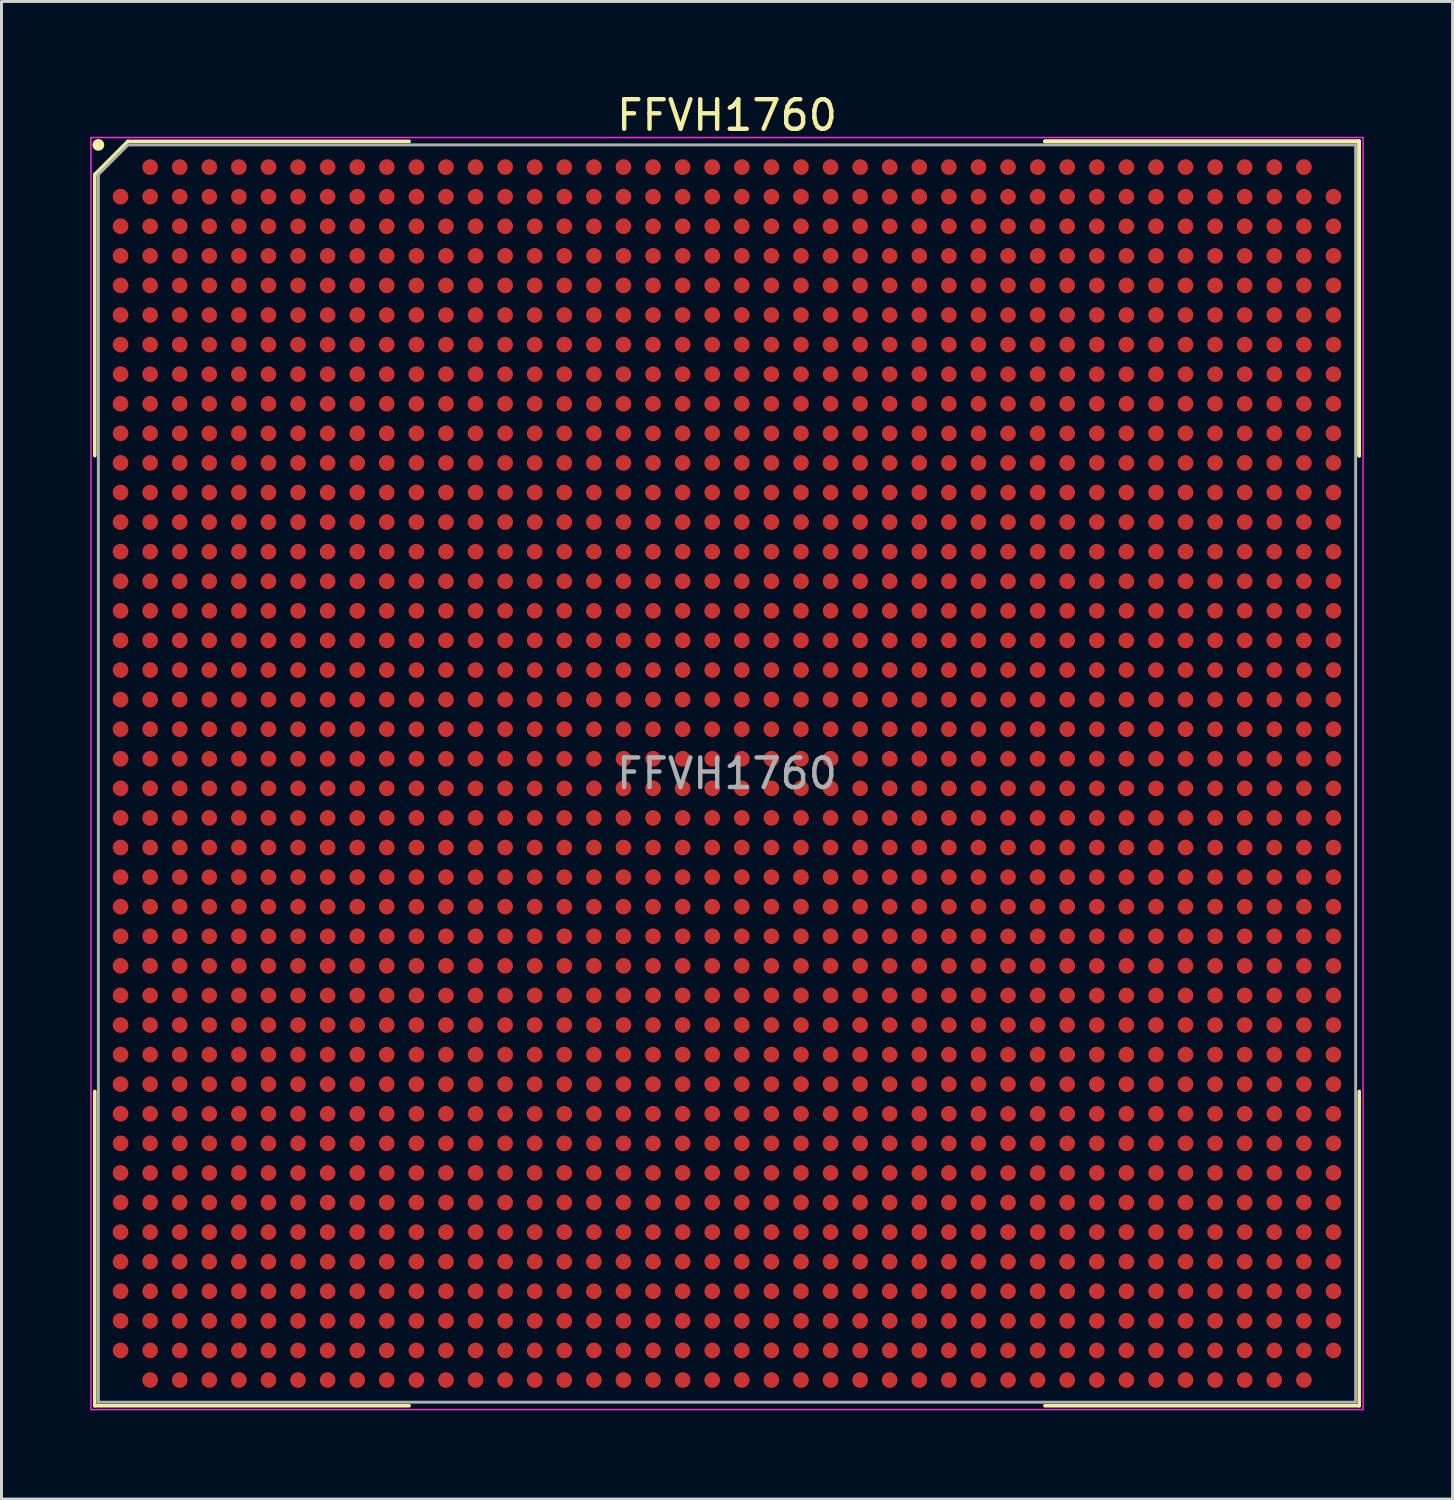
<source format=kicad_pcb>
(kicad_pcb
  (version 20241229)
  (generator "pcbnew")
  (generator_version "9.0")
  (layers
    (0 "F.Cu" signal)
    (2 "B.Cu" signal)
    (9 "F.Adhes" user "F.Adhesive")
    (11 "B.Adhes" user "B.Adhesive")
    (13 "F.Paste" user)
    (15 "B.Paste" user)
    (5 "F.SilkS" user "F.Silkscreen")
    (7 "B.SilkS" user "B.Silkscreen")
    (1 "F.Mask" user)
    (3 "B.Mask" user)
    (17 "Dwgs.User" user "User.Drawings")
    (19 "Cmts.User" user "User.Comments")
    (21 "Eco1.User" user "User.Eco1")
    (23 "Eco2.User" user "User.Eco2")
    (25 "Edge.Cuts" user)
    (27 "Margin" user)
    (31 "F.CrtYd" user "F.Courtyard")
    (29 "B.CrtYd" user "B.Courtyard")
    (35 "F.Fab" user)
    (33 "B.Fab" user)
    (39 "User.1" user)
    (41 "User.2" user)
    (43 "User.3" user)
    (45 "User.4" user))
  (footprint "FFVH1760"
    (layer "F.Cu")
    (at 21.525 23.098)
    (property "Reference" "FFVH1760" (at 0 -22.25 0) (layer "F.SilkS") (effects (font (size 1 1) (thickness 0.15))))
    (attr smd)
    (fp_line (start -21.37 -20.25) (end -21.37 -10.745) (stroke (width 0.12) (type solid)) (layer "F.SilkS"))
    (fp_line (start -21.37 21.37) (end -21.37 10.745) (stroke (width 0.12) (type solid)) (layer "F.SilkS"))
    (fp_line (start -20.25 -21.37) (end -21.37 -20.25) (stroke (width 0.12) (type solid)) (layer "F.SilkS"))
    (fp_line (start -10.745 -21.37) (end -20.25 -21.37) (stroke (width 0.12) (type solid)) (layer "F.SilkS"))
    (fp_line (start -10.745 21.37) (end -21.37 21.37) (stroke (width 0.12) (type solid)) (layer "F.SilkS"))
    (fp_line (start 10.745 -21.37) (end 21.37 -21.37) (stroke (width 0.12) (type solid)) (layer "F.SilkS"))
    (fp_line (start 10.745 -21.37) (end 21.37 -21.37) (stroke (width 0.12) (type solid)) (layer "F.SilkS"))
    (fp_line (start 10.745 -21.37) (end 21.37 -21.37) (stroke (width 0.12) (type solid)) (layer "F.SilkS"))
    (fp_line (start 10.745 21.37) (end 21.37 21.37) (stroke (width 0.12) (type solid)) (layer "F.SilkS"))
    (fp_line (start 21.37 -21.37) (end 21.37 -10.745) (stroke (width 0.12) (type solid)) (layer "F.SilkS"))
    (fp_line (start 21.37 -21.37) (end 21.37 -10.745) (stroke (width 0.12) (type solid)) (layer "F.SilkS"))
    (fp_line (start 21.37 -21.37) (end 21.37 -10.745) (stroke (width 0.12) (type solid)) (layer "F.SilkS"))
    (fp_line (start 21.37 21.37) (end 21.37 10.745) (stroke (width 0.12) (type solid)) (layer "F.SilkS"))
    (fp_circle (center -21.25 -21.25) (end -21.25 -21.15) (stroke (width 0.2) (type solid)) (fill no) (layer "F.SilkS"))
    (fp_line (start -21.5 -21.5) (end 21.5 -21.5) (stroke (width 0.05) (type solid)) (layer "F.CrtYd"))
    (fp_line (start -21.5 21.5) (end -21.5 -21.5) (stroke (width 0.05) (type solid)) (layer "F.CrtYd"))
    (fp_line (start 21.5 -21.5) (end 21.5 21.5) (stroke (width 0.05) (type solid)) (layer "F.CrtYd"))
    (fp_line (start 21.5 21.5) (end -21.5 21.5) (stroke (width 0.05) (type solid)) (layer "F.CrtYd"))
    (fp_line (start -21.25 -20.25) (end -21.25 21.25) (stroke (width 0.1) (type solid)) (layer "F.Fab"))
    (fp_line (start -21.25 21.25) (end 21.25 21.25) (stroke (width 0.1) (type solid)) (layer "F.Fab"))
    (fp_line (start -20.25 -21.25) (end -21.25 -20.25) (stroke (width 0.1) (type solid)) (layer "F.Fab"))
    (fp_line (start 21.25 -21.25) (end -20.25 -21.25) (stroke (width 0.1) (type solid)) (layer "F.Fab"))
    (fp_line (start 21.25 21.25) (end 21.25 -21.25) (stroke (width 0.1) (type solid)) (layer "F.Fab"))
    (fp_text user "${REFERENCE}" (at 0 0 0) (layer "F.Fab") (effects (font (size 1 1) (thickness 0.15))))
    (pad "A2" smd circle (at -19.5 -20.5) (size 0.53 0.53) (layers "F.Cu" "F.Mask" "F.Paste"))
    (pad "A3" smd circle (at -18.5 -20.5) (size 0.53 0.53) (layers "F.Cu" "F.Mask" "F.Paste"))
    (pad "A4" smd circle (at -17.5 -20.5) (size 0.53 0.53) (layers "F.Cu" "F.Mask" "F.Paste"))
    (pad "A5" smd circle (at -16.5 -20.5) (size 0.53 0.53) (layers "F.Cu" "F.Mask" "F.Paste"))
    (pad "A6" smd circle (at -15.5 -20.5) (size 0.53 0.53) (layers "F.Cu" "F.Mask" "F.Paste"))
    (pad "A7" smd circle (at -14.5 -20.5) (size 0.53 0.53) (layers "F.Cu" "F.Mask" "F.Paste"))
    (pad "A8" smd circle (at -13.5 -20.5) (size 0.53 0.53) (layers "F.Cu" "F.Mask" "F.Paste"))
    (pad "A9" smd circle (at -12.5 -20.5) (size 0.53 0.53) (layers "F.Cu" "F.Mask" "F.Paste"))
    (pad "A10" smd circle (at -11.5 -20.5) (size 0.53 0.53) (layers "F.Cu" "F.Mask" "F.Paste"))
    (pad "A11" smd circle (at -10.5 -20.5) (size 0.53 0.53) (layers "F.Cu" "F.Mask" "F.Paste"))
    (pad "A12" smd circle (at -9.5 -20.5) (size 0.53 0.53) (layers "F.Cu" "F.Mask" "F.Paste"))
    (pad "A13" smd circle (at -8.5 -20.5) (size 0.53 0.53) (layers "F.Cu" "F.Mask" "F.Paste"))
    (pad "A14" smd circle (at -7.5 -20.5) (size 0.53 0.53) (layers "F.Cu" "F.Mask" "F.Paste"))
    (pad "A15" smd circle (at -6.5 -20.5) (size 0.53 0.53) (layers "F.Cu" "F.Mask" "F.Paste"))
    (pad "A16" smd circle (at -5.5 -20.5) (size 0.53 0.53) (layers "F.Cu" "F.Mask" "F.Paste"))
    (pad "A17" smd circle (at -4.5 -20.5) (size 0.53 0.53) (layers "F.Cu" "F.Mask" "F.Paste"))
    (pad "A18" smd circle (at -3.5 -20.5) (size 0.53 0.53) (layers "F.Cu" "F.Mask" "F.Paste"))
    (pad "A19" smd circle (at -2.5 -20.5) (size 0.53 0.53) (layers "F.Cu" "F.Mask" "F.Paste"))
    (pad "A20" smd circle (at -1.5 -20.5) (size 0.53 0.53) (layers "F.Cu" "F.Mask" "F.Paste"))
    (pad "A21" smd circle (at -0.5 -20.5) (size 0.53 0.53) (layers "F.Cu" "F.Mask" "F.Paste"))
    (pad "A22" smd circle (at 0.5 -20.5) (size 0.53 0.53) (layers "F.Cu" "F.Mask" "F.Paste"))
    (pad "A23" smd circle (at 1.5 -20.5) (size 0.53 0.53) (layers "F.Cu" "F.Mask" "F.Paste"))
    (pad "A24" smd circle (at 2.5 -20.5) (size 0.53 0.53) (layers "F.Cu" "F.Mask" "F.Paste"))
    (pad "A25" smd circle (at 3.5 -20.5) (size 0.53 0.53) (layers "F.Cu" "F.Mask" "F.Paste"))
    (pad "A26" smd circle (at 4.5 -20.5) (size 0.53 0.53) (layers "F.Cu" "F.Mask" "F.Paste"))
    (pad "A27" smd circle (at 5.5 -20.5) (size 0.53 0.53) (layers "F.Cu" "F.Mask" "F.Paste"))
    (pad "A28" smd circle (at 6.5 -20.5) (size 0.53 0.53) (layers "F.Cu" "F.Mask" "F.Paste"))
    (pad "A29" smd circle (at 7.5 -20.5) (size 0.53 0.53) (layers "F.Cu" "F.Mask" "F.Paste"))
    (pad "A30" smd circle (at 8.5 -20.5) (size 0.53 0.53) (layers "F.Cu" "F.Mask" "F.Paste"))
    (pad "A31" smd circle (at 9.5 -20.5) (size 0.53 0.53) (layers "F.Cu" "F.Mask" "F.Paste"))
    (pad "A32" smd circle (at 10.5 -20.5) (size 0.53 0.53) (layers "F.Cu" "F.Mask" "F.Paste"))
    (pad "A33" smd circle (at 11.5 -20.5) (size 0.53 0.53) (layers "F.Cu" "F.Mask" "F.Paste"))
    (pad "A34" smd circle (at 12.5 -20.5) (size 0.53 0.53) (layers "F.Cu" "F.Mask" "F.Paste"))
    (pad "A35" smd circle (at 13.5 -20.5) (size 0.53 0.53) (layers "F.Cu" "F.Mask" "F.Paste"))
    (pad "A36" smd circle (at 14.5 -20.5) (size 0.53 0.53) (layers "F.Cu" "F.Mask" "F.Paste"))
    (pad "A37" smd circle (at 15.5 -20.5) (size 0.53 0.53) (layers "F.Cu" "F.Mask" "F.Paste"))
    (pad "A38" smd circle (at 16.5 -20.5) (size 0.53 0.53) (layers "F.Cu" "F.Mask" "F.Paste"))
    (pad "A39" smd circle (at 17.5 -20.5) (size 0.53 0.53) (layers "F.Cu" "F.Mask" "F.Paste"))
    (pad "A40" smd circle (at 18.5 -20.5) (size 0.53 0.53) (layers "F.Cu" "F.Mask" "F.Paste"))
    (pad "A41" smd circle (at 19.5 -20.5) (size 0.53 0.53) (layers "F.Cu" "F.Mask" "F.Paste"))
    (pad "AA1" smd circle (at -20.5 -0.5) (size 0.53 0.53) (layers "F.Cu" "F.Mask" "F.Paste"))
    (pad "AA2" smd circle (at -19.5 -0.5) (size 0.53 0.53) (layers "F.Cu" "F.Mask" "F.Paste"))
    (pad "AA3" smd circle (at -18.5 -0.5) (size 0.53 0.53) (layers "F.Cu" "F.Mask" "F.Paste"))
    (pad "AA4" smd circle (at -17.5 -0.5) (size 0.53 0.53) (layers "F.Cu" "F.Mask" "F.Paste"))
    (pad "AA5" smd circle (at -16.5 -0.5) (size 0.53 0.53) (layers "F.Cu" "F.Mask" "F.Paste"))
    (pad "AA6" smd circle (at -15.5 -0.5) (size 0.53 0.53) (layers "F.Cu" "F.Mask" "F.Paste"))
    (pad "AA7" smd circle (at -14.5 -0.5) (size 0.53 0.53) (layers "F.Cu" "F.Mask" "F.Paste"))
    (pad "AA8" smd circle (at -13.5 -0.5) (size 0.53 0.53) (layers "F.Cu" "F.Mask" "F.Paste"))
    (pad "AA9" smd circle (at -12.5 -0.5) (size 0.53 0.53) (layers "F.Cu" "F.Mask" "F.Paste"))
    (pad "AA10" smd circle (at -11.5 -0.5) (size 0.53 0.53) (layers "F.Cu" "F.Mask" "F.Paste"))
    (pad "AA11" smd circle (at -10.5 -0.5) (size 0.53 0.53) (layers "F.Cu" "F.Mask" "F.Paste"))
    (pad "AA12" smd circle (at -9.5 -0.5) (size 0.53 0.53) (layers "F.Cu" "F.Mask" "F.Paste"))
    (pad "AA13" smd circle (at -8.5 -0.5) (size 0.53 0.53) (layers "F.Cu" "F.Mask" "F.Paste"))
    (pad "AA14" smd circle (at -7.5 -0.5) (size 0.53 0.53) (layers "F.Cu" "F.Mask" "F.Paste"))
    (pad "AA15" smd circle (at -6.5 -0.5) (size 0.53 0.53) (layers "F.Cu" "F.Mask" "F.Paste"))
    (pad "AA16" smd circle (at -5.5 -0.5) (size 0.53 0.53) (layers "F.Cu" "F.Mask" "F.Paste"))
    (pad "AA17" smd circle (at -4.5 -0.5) (size 0.53 0.53) (layers "F.Cu" "F.Mask" "F.Paste"))
    (pad "AA18" smd circle (at -3.5 -0.5) (size 0.53 0.53) (layers "F.Cu" "F.Mask" "F.Paste"))
    (pad "AA19" smd circle (at -2.5 -0.5) (size 0.53 0.53) (layers "F.Cu" "F.Mask" "F.Paste"))
    (pad "AA20" smd circle (at -1.5 -0.5) (size 0.53 0.53) (layers "F.Cu" "F.Mask" "F.Paste"))
    (pad "AA21" smd circle (at -0.5 -0.5) (size 0.53 0.53) (layers "F.Cu" "F.Mask" "F.Paste"))
    (pad "AA22" smd circle (at 0.5 -0.5) (size 0.53 0.53) (layers "F.Cu" "F.Mask" "F.Paste"))
    (pad "AA23" smd circle (at 1.5 -0.5) (size 0.53 0.53) (layers "F.Cu" "F.Mask" "F.Paste"))
    (pad "AA24" smd circle (at 2.5 -0.5) (size 0.53 0.53) (layers "F.Cu" "F.Mask" "F.Paste"))
    (pad "AA25" smd circle (at 3.5 -0.5) (size 0.53 0.53) (layers "F.Cu" "F.Mask" "F.Paste"))
    (pad "AA26" smd circle (at 4.5 -0.5) (size 0.53 0.53) (layers "F.Cu" "F.Mask" "F.Paste"))
    (pad "AA27" smd circle (at 5.5 -0.5) (size 0.53 0.53) (layers "F.Cu" "F.Mask" "F.Paste"))
    (pad "AA28" smd circle (at 6.5 -0.5) (size 0.53 0.53) (layers "F.Cu" "F.Mask" "F.Paste"))
    (pad "AA29" smd circle (at 7.5 -0.5) (size 0.53 0.53) (layers "F.Cu" "F.Mask" "F.Paste"))
    (pad "AA30" smd circle (at 8.5 -0.5) (size 0.53 0.53) (layers "F.Cu" "F.Mask" "F.Paste"))
    (pad "AA31" smd circle (at 9.5 -0.5) (size 0.53 0.53) (layers "F.Cu" "F.Mask" "F.Paste"))
    (pad "AA32" smd circle (at 10.5 -0.5) (size 0.53 0.53) (layers "F.Cu" "F.Mask" "F.Paste"))
    (pad "AA33" smd circle (at 11.5 -0.5) (size 0.53 0.53) (layers "F.Cu" "F.Mask" "F.Paste"))
    (pad "AA34" smd circle (at 12.5 -0.5) (size 0.53 0.53) (layers "F.Cu" "F.Mask" "F.Paste"))
    (pad "AA35" smd circle (at 13.5 -0.5) (size 0.53 0.53) (layers "F.Cu" "F.Mask" "F.Paste"))
    (pad "AA36" smd circle (at 14.5 -0.5) (size 0.53 0.53) (layers "F.Cu" "F.Mask" "F.Paste"))
    (pad "AA37" smd circle (at 15.5 -0.5) (size 0.53 0.53) (layers "F.Cu" "F.Mask" "F.Paste"))
    (pad "AA38" smd circle (at 16.5 -0.5) (size 0.53 0.53) (layers "F.Cu" "F.Mask" "F.Paste"))
    (pad "AA39" smd circle (at 17.5 -0.5) (size 0.53 0.53) (layers "F.Cu" "F.Mask" "F.Paste"))
    (pad "AA40" smd circle (at 18.5 -0.5) (size 0.53 0.53) (layers "F.Cu" "F.Mask" "F.Paste"))
    (pad "AA41" smd circle (at 19.5 -0.5) (size 0.53 0.53) (layers "F.Cu" "F.Mask" "F.Paste"))
    (pad "AA42" smd circle (at 20.5 -0.5) (size 0.53 0.53) (layers "F.Cu" "F.Mask" "F.Paste"))
    (pad "AB1" smd circle (at -20.5 0.5) (size 0.53 0.53) (layers "F.Cu" "F.Mask" "F.Paste"))
    (pad "AB2" smd circle (at -19.5 0.5) (size 0.53 0.53) (layers "F.Cu" "F.Mask" "F.Paste"))
    (pad "AB3" smd circle (at -18.5 0.5) (size 0.53 0.53) (layers "F.Cu" "F.Mask" "F.Paste"))
    (pad "AB4" smd circle (at -17.5 0.5) (size 0.53 0.53) (layers "F.Cu" "F.Mask" "F.Paste"))
    (pad "AB5" smd circle (at -16.5 0.5) (size 0.53 0.53) (layers "F.Cu" "F.Mask" "F.Paste"))
    (pad "AB6" smd circle (at -15.5 0.5) (size 0.53 0.53) (layers "F.Cu" "F.Mask" "F.Paste"))
    (pad "AB7" smd circle (at -14.5 0.5) (size 0.53 0.53) (layers "F.Cu" "F.Mask" "F.Paste"))
    (pad "AB8" smd circle (at -13.5 0.5) (size 0.53 0.53) (layers "F.Cu" "F.Mask" "F.Paste"))
    (pad "AB9" smd circle (at -12.5 0.5) (size 0.53 0.53) (layers "F.Cu" "F.Mask" "F.Paste"))
    (pad "AB10" smd circle (at -11.5 0.5) (size 0.53 0.53) (layers "F.Cu" "F.Mask" "F.Paste"))
    (pad "AB11" smd circle (at -10.5 0.5) (size 0.53 0.53) (layers "F.Cu" "F.Mask" "F.Paste"))
    (pad "AB12" smd circle (at -9.5 0.5) (size 0.53 0.53) (layers "F.Cu" "F.Mask" "F.Paste"))
    (pad "AB13" smd circle (at -8.5 0.5) (size 0.53 0.53) (layers "F.Cu" "F.Mask" "F.Paste"))
    (pad "AB14" smd circle (at -7.5 0.5) (size 0.53 0.53) (layers "F.Cu" "F.Mask" "F.Paste"))
    (pad "AB15" smd circle (at -6.5 0.5) (size 0.53 0.53) (layers "F.Cu" "F.Mask" "F.Paste"))
    (pad "AB16" smd circle (at -5.5 0.5) (size 0.53 0.53) (layers "F.Cu" "F.Mask" "F.Paste"))
    (pad "AB17" smd circle (at -4.5 0.5) (size 0.53 0.53) (layers "F.Cu" "F.Mask" "F.Paste"))
    (pad "AB18" smd circle (at -3.5 0.5) (size 0.53 0.53) (layers "F.Cu" "F.Mask" "F.Paste"))
    (pad "AB19" smd circle (at -2.5 0.5) (size 0.53 0.53) (layers "F.Cu" "F.Mask" "F.Paste"))
    (pad "AB20" smd circle (at -1.5 0.5) (size 0.53 0.53) (layers "F.Cu" "F.Mask" "F.Paste"))
    (pad "AB21" smd circle (at -0.5 0.5) (size 0.53 0.53) (layers "F.Cu" "F.Mask" "F.Paste"))
    (pad "AB22" smd circle (at 0.5 0.5) (size 0.53 0.53) (layers "F.Cu" "F.Mask" "F.Paste"))
    (pad "AB23" smd circle (at 1.5 0.5) (size 0.53 0.53) (layers "F.Cu" "F.Mask" "F.Paste"))
    (pad "AB24" smd circle (at 2.5 0.5) (size 0.53 0.53) (layers "F.Cu" "F.Mask" "F.Paste"))
    (pad "AB25" smd circle (at 3.5 0.5) (size 0.53 0.53) (layers "F.Cu" "F.Mask" "F.Paste"))
    (pad "AB26" smd circle (at 4.5 0.5) (size 0.53 0.53) (layers "F.Cu" "F.Mask" "F.Paste"))
    (pad "AB27" smd circle (at 5.5 0.5) (size 0.53 0.53) (layers "F.Cu" "F.Mask" "F.Paste"))
    (pad "AB28" smd circle (at 6.5 0.5) (size 0.53 0.53) (layers "F.Cu" "F.Mask" "F.Paste"))
    (pad "AB29" smd circle (at 7.5 0.5) (size 0.53 0.53) (layers "F.Cu" "F.Mask" "F.Paste"))
    (pad "AB30" smd circle (at 8.5 0.5) (size 0.53 0.53) (layers "F.Cu" "F.Mask" "F.Paste"))
    (pad "AB31" smd circle (at 9.5 0.5) (size 0.53 0.53) (layers "F.Cu" "F.Mask" "F.Paste"))
    (pad "AB32" smd circle (at 10.5 0.5) (size 0.53 0.53) (layers "F.Cu" "F.Mask" "F.Paste"))
    (pad "AB33" smd circle (at 11.5 0.5) (size 0.53 0.53) (layers "F.Cu" "F.Mask" "F.Paste"))
    (pad "AB34" smd circle (at 12.5 0.5) (size 0.53 0.53) (layers "F.Cu" "F.Mask" "F.Paste"))
    (pad "AB35" smd circle (at 13.5 0.5) (size 0.53 0.53) (layers "F.Cu" "F.Mask" "F.Paste"))
    (pad "AB36" smd circle (at 14.5 0.5) (size 0.53 0.53) (layers "F.Cu" "F.Mask" "F.Paste"))
    (pad "AB37" smd circle (at 15.5 0.5) (size 0.53 0.53) (layers "F.Cu" "F.Mask" "F.Paste"))
    (pad "AB38" smd circle (at 16.5 0.5) (size 0.53 0.53) (layers "F.Cu" "F.Mask" "F.Paste"))
    (pad "AB39" smd circle (at 17.5 0.5) (size 0.53 0.53) (layers "F.Cu" "F.Mask" "F.Paste"))
    (pad "AB40" smd circle (at 18.5 0.5) (size 0.53 0.53) (layers "F.Cu" "F.Mask" "F.Paste"))
    (pad "AB41" smd circle (at 19.5 0.5) (size 0.53 0.53) (layers "F.Cu" "F.Mask" "F.Paste"))
    (pad "AB42" smd circle (at 20.5 0.5) (size 0.53 0.53) (layers "F.Cu" "F.Mask" "F.Paste"))
    (pad "AC1" smd circle (at -20.5 1.5) (size 0.53 0.53) (layers "F.Cu" "F.Mask" "F.Paste"))
    (pad "AC2" smd circle (at -19.5 1.5) (size 0.53 0.53) (layers "F.Cu" "F.Mask" "F.Paste"))
    (pad "AC3" smd circle (at -18.5 1.5) (size 0.53 0.53) (layers "F.Cu" "F.Mask" "F.Paste"))
    (pad "AC4" smd circle (at -17.5 1.5) (size 0.53 0.53) (layers "F.Cu" "F.Mask" "F.Paste"))
    (pad "AC5" smd circle (at -16.5 1.5) (size 0.53 0.53) (layers "F.Cu" "F.Mask" "F.Paste"))
    (pad "AC6" smd circle (at -15.5 1.5) (size 0.53 0.53) (layers "F.Cu" "F.Mask" "F.Paste"))
    (pad "AC7" smd circle (at -14.5 1.5) (size 0.53 0.53) (layers "F.Cu" "F.Mask" "F.Paste"))
    (pad "AC8" smd circle (at -13.5 1.5) (size 0.53 0.53) (layers "F.Cu" "F.Mask" "F.Paste"))
    (pad "AC9" smd circle (at -12.5 1.5) (size 0.53 0.53) (layers "F.Cu" "F.Mask" "F.Paste"))
    (pad "AC10" smd circle (at -11.5 1.5) (size 0.53 0.53) (layers "F.Cu" "F.Mask" "F.Paste"))
    (pad "AC11" smd circle (at -10.5 1.5) (size 0.53 0.53) (layers "F.Cu" "F.Mask" "F.Paste"))
    (pad "AC12" smd circle (at -9.5 1.5) (size 0.53 0.53) (layers "F.Cu" "F.Mask" "F.Paste"))
    (pad "AC13" smd circle (at -8.5 1.5) (size 0.53 0.53) (layers "F.Cu" "F.Mask" "F.Paste"))
    (pad "AC14" smd circle (at -7.5 1.5) (size 0.53 0.53) (layers "F.Cu" "F.Mask" "F.Paste"))
    (pad "AC15" smd circle (at -6.5 1.5) (size 0.53 0.53) (layers "F.Cu" "F.Mask" "F.Paste"))
    (pad "AC16" smd circle (at -5.5 1.5) (size 0.53 0.53) (layers "F.Cu" "F.Mask" "F.Paste"))
    (pad "AC17" smd circle (at -4.5 1.5) (size 0.53 0.53) (layers "F.Cu" "F.Mask" "F.Paste"))
    (pad "AC18" smd circle (at -3.5 1.5) (size 0.53 0.53) (layers "F.Cu" "F.Mask" "F.Paste"))
    (pad "AC19" smd circle (at -2.5 1.5) (size 0.53 0.53) (layers "F.Cu" "F.Mask" "F.Paste"))
    (pad "AC20" smd circle (at -1.5 1.5) (size 0.53 0.53) (layers "F.Cu" "F.Mask" "F.Paste"))
    (pad "AC21" smd circle (at -0.5 1.5) (size 0.53 0.53) (layers "F.Cu" "F.Mask" "F.Paste"))
    (pad "AC22" smd circle (at 0.5 1.5) (size 0.53 0.53) (layers "F.Cu" "F.Mask" "F.Paste"))
    (pad "AC23" smd circle (at 1.5 1.5) (size 0.53 0.53) (layers "F.Cu" "F.Mask" "F.Paste"))
    (pad "AC24" smd circle (at 2.5 1.5) (size 0.53 0.53) (layers "F.Cu" "F.Mask" "F.Paste"))
    (pad "AC25" smd circle (at 3.5 1.5) (size 0.53 0.53) (layers "F.Cu" "F.Mask" "F.Paste"))
    (pad "AC26" smd circle (at 4.5 1.5) (size 0.53 0.53) (layers "F.Cu" "F.Mask" "F.Paste"))
    (pad "AC27" smd circle (at 5.5 1.5) (size 0.53 0.53) (layers "F.Cu" "F.Mask" "F.Paste"))
    (pad "AC28" smd circle (at 6.5 1.5) (size 0.53 0.53) (layers "F.Cu" "F.Mask" "F.Paste"))
    (pad "AC29" smd circle (at 7.5 1.5) (size 0.53 0.53) (layers "F.Cu" "F.Mask" "F.Paste"))
    (pad "AC30" smd circle (at 8.5 1.5) (size 0.53 0.53) (layers "F.Cu" "F.Mask" "F.Paste"))
    (pad "AC31" smd circle (at 9.5 1.5) (size 0.53 0.53) (layers "F.Cu" "F.Mask" "F.Paste"))
    (pad "AC32" smd circle (at 10.5 1.5) (size 0.53 0.53) (layers "F.Cu" "F.Mask" "F.Paste"))
    (pad "AC33" smd circle (at 11.5 1.5) (size 0.53 0.53) (layers "F.Cu" "F.Mask" "F.Paste"))
    (pad "AC34" smd circle (at 12.5 1.5) (size 0.53 0.53) (layers "F.Cu" "F.Mask" "F.Paste"))
    (pad "AC35" smd circle (at 13.5 1.5) (size 0.53 0.53) (layers "F.Cu" "F.Mask" "F.Paste"))
    (pad "AC36" smd circle (at 14.5 1.5) (size 0.53 0.53) (layers "F.Cu" "F.Mask" "F.Paste"))
    (pad "AC37" smd circle (at 15.5 1.5) (size 0.53 0.53) (layers "F.Cu" "F.Mask" "F.Paste"))
    (pad "AC38" smd circle (at 16.5 1.5) (size 0.53 0.53) (layers "F.Cu" "F.Mask" "F.Paste"))
    (pad "AC39" smd circle (at 17.5 1.5) (size 0.53 0.53) (layers "F.Cu" "F.Mask" "F.Paste"))
    (pad "AC40" smd circle (at 18.5 1.5) (size 0.53 0.53) (layers "F.Cu" "F.Mask" "F.Paste"))
    (pad "AC41" smd circle (at 19.5 1.5) (size 0.53 0.53) (layers "F.Cu" "F.Mask" "F.Paste"))
    (pad "AC42" smd circle (at 20.5 1.5) (size 0.53 0.53) (layers "F.Cu" "F.Mask" "F.Paste"))
    (pad "AD1" smd circle (at -20.5 2.5) (size 0.53 0.53) (layers "F.Cu" "F.Mask" "F.Paste"))
    (pad "AD2" smd circle (at -19.5 2.5) (size 0.53 0.53) (layers "F.Cu" "F.Mask" "F.Paste"))
    (pad "AD3" smd circle (at -18.5 2.5) (size 0.53 0.53) (layers "F.Cu" "F.Mask" "F.Paste"))
    (pad "AD4" smd circle (at -17.5 2.5) (size 0.53 0.53) (layers "F.Cu" "F.Mask" "F.Paste"))
    (pad "AD5" smd circle (at -16.5 2.5) (size 0.53 0.53) (layers "F.Cu" "F.Mask" "F.Paste"))
    (pad "AD6" smd circle (at -15.5 2.5) (size 0.53 0.53) (layers "F.Cu" "F.Mask" "F.Paste"))
    (pad "AD7" smd circle (at -14.5 2.5) (size 0.53 0.53) (layers "F.Cu" "F.Mask" "F.Paste"))
    (pad "AD8" smd circle (at -13.5 2.5) (size 0.53 0.53) (layers "F.Cu" "F.Mask" "F.Paste"))
    (pad "AD9" smd circle (at -12.5 2.5) (size 0.53 0.53) (layers "F.Cu" "F.Mask" "F.Paste"))
    (pad "AD10" smd circle (at -11.5 2.5) (size 0.53 0.53) (layers "F.Cu" "F.Mask" "F.Paste"))
    (pad "AD11" smd circle (at -10.5 2.5) (size 0.53 0.53) (layers "F.Cu" "F.Mask" "F.Paste"))
    (pad "AD12" smd circle (at -9.5 2.5) (size 0.53 0.53) (layers "F.Cu" "F.Mask" "F.Paste"))
    (pad "AD13" smd circle (at -8.5 2.5) (size 0.53 0.53) (layers "F.Cu" "F.Mask" "F.Paste"))
    (pad "AD14" smd circle (at -7.5 2.5) (size 0.53 0.53) (layers "F.Cu" "F.Mask" "F.Paste"))
    (pad "AD15" smd circle (at -6.5 2.5) (size 0.53 0.53) (layers "F.Cu" "F.Mask" "F.Paste"))
    (pad "AD16" smd circle (at -5.5 2.5) (size 0.53 0.53) (layers "F.Cu" "F.Mask" "F.Paste"))
    (pad "AD17" smd circle (at -4.5 2.5) (size 0.53 0.53) (layers "F.Cu" "F.Mask" "F.Paste"))
    (pad "AD18" smd circle (at -3.5 2.5) (size 0.53 0.53) (layers "F.Cu" "F.Mask" "F.Paste"))
    (pad "AD19" smd circle (at -2.5 2.5) (size 0.53 0.53) (layers "F.Cu" "F.Mask" "F.Paste"))
    (pad "AD20" smd circle (at -1.5 2.5) (size 0.53 0.53) (layers "F.Cu" "F.Mask" "F.Paste"))
    (pad "AD21" smd circle (at -0.5 2.5) (size 0.53 0.53) (layers "F.Cu" "F.Mask" "F.Paste"))
    (pad "AD22" smd circle (at 0.5 2.5) (size 0.53 0.53) (layers "F.Cu" "F.Mask" "F.Paste"))
    (pad "AD23" smd circle (at 1.5 2.5) (size 0.53 0.53) (layers "F.Cu" "F.Mask" "F.Paste"))
    (pad "AD24" smd circle (at 2.5 2.5) (size 0.53 0.53) (layers "F.Cu" "F.Mask" "F.Paste"))
    (pad "AD25" smd circle (at 3.5 2.5) (size 0.53 0.53) (layers "F.Cu" "F.Mask" "F.Paste"))
    (pad "AD26" smd circle (at 4.5 2.5) (size 0.53 0.53) (layers "F.Cu" "F.Mask" "F.Paste"))
    (pad "AD27" smd circle (at 5.5 2.5) (size 0.53 0.53) (layers "F.Cu" "F.Mask" "F.Paste"))
    (pad "AD28" smd circle (at 6.5 2.5) (size 0.53 0.53) (layers "F.Cu" "F.Mask" "F.Paste"))
    (pad "AD29" smd circle (at 7.5 2.5) (size 0.53 0.53) (layers "F.Cu" "F.Mask" "F.Paste"))
    (pad "AD30" smd circle (at 8.5 2.5) (size 0.53 0.53) (layers "F.Cu" "F.Mask" "F.Paste"))
    (pad "AD31" smd circle (at 9.5 2.5) (size 0.53 0.53) (layers "F.Cu" "F.Mask" "F.Paste"))
    (pad "AD32" smd circle (at 10.5 2.5) (size 0.53 0.53) (layers "F.Cu" "F.Mask" "F.Paste"))
    (pad "AD33" smd circle (at 11.5 2.5) (size 0.53 0.53) (layers "F.Cu" "F.Mask" "F.Paste"))
    (pad "AD34" smd circle (at 12.5 2.5) (size 0.53 0.53) (layers "F.Cu" "F.Mask" "F.Paste"))
    (pad "AD35" smd circle (at 13.5 2.5) (size 0.53 0.53) (layers "F.Cu" "F.Mask" "F.Paste"))
    (pad "AD36" smd circle (at 14.5 2.5) (size 0.53 0.53) (layers "F.Cu" "F.Mask" "F.Paste"))
    (pad "AD37" smd circle (at 15.5 2.5) (size 0.53 0.53) (layers "F.Cu" "F.Mask" "F.Paste"))
    (pad "AD38" smd circle (at 16.5 2.5) (size 0.53 0.53) (layers "F.Cu" "F.Mask" "F.Paste"))
    (pad "AD39" smd circle (at 17.5 2.5) (size 0.53 0.53) (layers "F.Cu" "F.Mask" "F.Paste"))
    (pad "AD40" smd circle (at 18.5 2.5) (size 0.53 0.53) (layers "F.Cu" "F.Mask" "F.Paste"))
    (pad "AD41" smd circle (at 19.5 2.5) (size 0.53 0.53) (layers "F.Cu" "F.Mask" "F.Paste"))
    (pad "AD42" smd circle (at 20.5 2.5) (size 0.53 0.53) (layers "F.Cu" "F.Mask" "F.Paste"))
    (pad "AE1" smd circle (at -20.5 3.5) (size 0.53 0.53) (layers "F.Cu" "F.Mask" "F.Paste"))
    (pad "AE2" smd circle (at -19.5 3.5) (size 0.53 0.53) (layers "F.Cu" "F.Mask" "F.Paste"))
    (pad "AE3" smd circle (at -18.5 3.5) (size 0.53 0.53) (layers "F.Cu" "F.Mask" "F.Paste"))
    (pad "AE4" smd circle (at -17.5 3.5) (size 0.53 0.53) (layers "F.Cu" "F.Mask" "F.Paste"))
    (pad "AE5" smd circle (at -16.5 3.5) (size 0.53 0.53) (layers "F.Cu" "F.Mask" "F.Paste"))
    (pad "AE6" smd circle (at -15.5 3.5) (size 0.53 0.53) (layers "F.Cu" "F.Mask" "F.Paste"))
    (pad "AE7" smd circle (at -14.5 3.5) (size 0.53 0.53) (layers "F.Cu" "F.Mask" "F.Paste"))
    (pad "AE8" smd circle (at -13.5 3.5) (size 0.53 0.53) (layers "F.Cu" "F.Mask" "F.Paste"))
    (pad "AE9" smd circle (at -12.5 3.5) (size 0.53 0.53) (layers "F.Cu" "F.Mask" "F.Paste"))
    (pad "AE10" smd circle (at -11.5 3.5) (size 0.53 0.53) (layers "F.Cu" "F.Mask" "F.Paste"))
    (pad "AE11" smd circle (at -10.5 3.5) (size 0.53 0.53) (layers "F.Cu" "F.Mask" "F.Paste"))
    (pad "AE12" smd circle (at -9.5 3.5) (size 0.53 0.53) (layers "F.Cu" "F.Mask" "F.Paste"))
    (pad "AE13" smd circle (at -8.5 3.5) (size 0.53 0.53) (layers "F.Cu" "F.Mask" "F.Paste"))
    (pad "AE14" smd circle (at -7.5 3.5) (size 0.53 0.53) (layers "F.Cu" "F.Mask" "F.Paste"))
    (pad "AE15" smd circle (at -6.5 3.5) (size 0.53 0.53) (layers "F.Cu" "F.Mask" "F.Paste"))
    (pad "AE16" smd circle (at -5.5 3.5) (size 0.53 0.53) (layers "F.Cu" "F.Mask" "F.Paste"))
    (pad "AE17" smd circle (at -4.5 3.5) (size 0.53 0.53) (layers "F.Cu" "F.Mask" "F.Paste"))
    (pad "AE18" smd circle (at -3.5 3.5) (size 0.53 0.53) (layers "F.Cu" "F.Mask" "F.Paste"))
    (pad "AE19" smd circle (at -2.5 3.5) (size 0.53 0.53) (layers "F.Cu" "F.Mask" "F.Paste"))
    (pad "AE20" smd circle (at -1.5 3.5) (size 0.53 0.53) (layers "F.Cu" "F.Mask" "F.Paste"))
    (pad "AE21" smd circle (at -0.5 3.5) (size 0.53 0.53) (layers "F.Cu" "F.Mask" "F.Paste"))
    (pad "AE22" smd circle (at 0.5 3.5) (size 0.53 0.53) (layers "F.Cu" "F.Mask" "F.Paste"))
    (pad "AE23" smd circle (at 1.5 3.5) (size 0.53 0.53) (layers "F.Cu" "F.Mask" "F.Paste"))
    (pad "AE24" smd circle (at 2.5 3.5) (size 0.53 0.53) (layers "F.Cu" "F.Mask" "F.Paste"))
    (pad "AE25" smd circle (at 3.5 3.5) (size 0.53 0.53) (layers "F.Cu" "F.Mask" "F.Paste"))
    (pad "AE26" smd circle (at 4.5 3.5) (size 0.53 0.53) (layers "F.Cu" "F.Mask" "F.Paste"))
    (pad "AE27" smd circle (at 5.5 3.5) (size 0.53 0.53) (layers "F.Cu" "F.Mask" "F.Paste"))
    (pad "AE28" smd circle (at 6.5 3.5) (size 0.53 0.53) (layers "F.Cu" "F.Mask" "F.Paste"))
    (pad "AE29" smd circle (at 7.5 3.5) (size 0.53 0.53) (layers "F.Cu" "F.Mask" "F.Paste"))
    (pad "AE30" smd circle (at 8.5 3.5) (size 0.53 0.53) (layers "F.Cu" "F.Mask" "F.Paste"))
    (pad "AE31" smd circle (at 9.5 3.5) (size 0.53 0.53) (layers "F.Cu" "F.Mask" "F.Paste"))
    (pad "AE32" smd circle (at 10.5 3.5) (size 0.53 0.53) (layers "F.Cu" "F.Mask" "F.Paste"))
    (pad "AE33" smd circle (at 11.5 3.5) (size 0.53 0.53) (layers "F.Cu" "F.Mask" "F.Paste"))
    (pad "AE34" smd circle (at 12.5 3.5) (size 0.53 0.53) (layers "F.Cu" "F.Mask" "F.Paste"))
    (pad "AE35" smd circle (at 13.5 3.5) (size 0.53 0.53) (layers "F.Cu" "F.Mask" "F.Paste"))
    (pad "AE36" smd circle (at 14.5 3.5) (size 0.53 0.53) (layers "F.Cu" "F.Mask" "F.Paste"))
    (pad "AE37" smd circle (at 15.5 3.5) (size 0.53 0.53) (layers "F.Cu" "F.Mask" "F.Paste"))
    (pad "AE38" smd circle (at 16.5 3.5) (size 0.53 0.53) (layers "F.Cu" "F.Mask" "F.Paste"))
    (pad "AE39" smd circle (at 17.5 3.5) (size 0.53 0.53) (layers "F.Cu" "F.Mask" "F.Paste"))
    (pad "AE40" smd circle (at 18.5 3.5) (size 0.53 0.53) (layers "F.Cu" "F.Mask" "F.Paste"))
    (pad "AE41" smd circle (at 19.5 3.5) (size 0.53 0.53) (layers "F.Cu" "F.Mask" "F.Paste"))
    (pad "AE42" smd circle (at 20.5 3.5) (size 0.53 0.53) (layers "F.Cu" "F.Mask" "F.Paste"))
    (pad "AF1" smd circle (at -20.5 4.5) (size 0.53 0.53) (layers "F.Cu" "F.Mask" "F.Paste"))
    (pad "AF2" smd circle (at -19.5 4.5) (size 0.53 0.53) (layers "F.Cu" "F.Mask" "F.Paste"))
    (pad "AF3" smd circle (at -18.5 4.5) (size 0.53 0.53) (layers "F.Cu" "F.Mask" "F.Paste"))
    (pad "AF4" smd circle (at -17.5 4.5) (size 0.53 0.53) (layers "F.Cu" "F.Mask" "F.Paste"))
    (pad "AF5" smd circle (at -16.5 4.5) (size 0.53 0.53) (layers "F.Cu" "F.Mask" "F.Paste"))
    (pad "AF6" smd circle (at -15.5 4.5) (size 0.53 0.53) (layers "F.Cu" "F.Mask" "F.Paste"))
    (pad "AF7" smd circle (at -14.5 4.5) (size 0.53 0.53) (layers "F.Cu" "F.Mask" "F.Paste"))
    (pad "AF8" smd circle (at -13.5 4.5) (size 0.53 0.53) (layers "F.Cu" "F.Mask" "F.Paste"))
    (pad "AF9" smd circle (at -12.5 4.5) (size 0.53 0.53) (layers "F.Cu" "F.Mask" "F.Paste"))
    (pad "AF10" smd circle (at -11.5 4.5) (size 0.53 0.53) (layers "F.Cu" "F.Mask" "F.Paste"))
    (pad "AF11" smd circle (at -10.5 4.5) (size 0.53 0.53) (layers "F.Cu" "F.Mask" "F.Paste"))
    (pad "AF12" smd circle (at -9.5 4.5) (size 0.53 0.53) (layers "F.Cu" "F.Mask" "F.Paste"))
    (pad "AF13" smd circle (at -8.5 4.5) (size 0.53 0.53) (layers "F.Cu" "F.Mask" "F.Paste"))
    (pad "AF14" smd circle (at -7.5 4.5) (size 0.53 0.53) (layers "F.Cu" "F.Mask" "F.Paste"))
    (pad "AF15" smd circle (at -6.5 4.5) (size 0.53 0.53) (layers "F.Cu" "F.Mask" "F.Paste"))
    (pad "AF16" smd circle (at -5.5 4.5) (size 0.53 0.53) (layers "F.Cu" "F.Mask" "F.Paste"))
    (pad "AF17" smd circle (at -4.5 4.5) (size 0.53 0.53) (layers "F.Cu" "F.Mask" "F.Paste"))
    (pad "AF18" smd circle (at -3.5 4.5) (size 0.53 0.53) (layers "F.Cu" "F.Mask" "F.Paste"))
    (pad "AF19" smd circle (at -2.5 4.5) (size 0.53 0.53) (layers "F.Cu" "F.Mask" "F.Paste"))
    (pad "AF20" smd circle (at -1.5 4.5) (size 0.53 0.53) (layers "F.Cu" "F.Mask" "F.Paste"))
    (pad "AF21" smd circle (at -0.5 4.5) (size 0.53 0.53) (layers "F.Cu" "F.Mask" "F.Paste"))
    (pad "AF22" smd circle (at 0.5 4.5) (size 0.53 0.53) (layers "F.Cu" "F.Mask" "F.Paste"))
    (pad "AF23" smd circle (at 1.5 4.5) (size 0.53 0.53) (layers "F.Cu" "F.Mask" "F.Paste"))
    (pad "AF24" smd circle (at 2.5 4.5) (size 0.53 0.53) (layers "F.Cu" "F.Mask" "F.Paste"))
    (pad "AF25" smd circle (at 3.5 4.5) (size 0.53 0.53) (layers "F.Cu" "F.Mask" "F.Paste"))
    (pad "AF26" smd circle (at 4.5 4.5) (size 0.53 0.53) (layers "F.Cu" "F.Mask" "F.Paste"))
    (pad "AF27" smd circle (at 5.5 4.5) (size 0.53 0.53) (layers "F.Cu" "F.Mask" "F.Paste"))
    (pad "AF28" smd circle (at 6.5 4.5) (size 0.53 0.53) (layers "F.Cu" "F.Mask" "F.Paste"))
    (pad "AF29" smd circle (at 7.5 4.5) (size 0.53 0.53) (layers "F.Cu" "F.Mask" "F.Paste"))
    (pad "AF30" smd circle (at 8.5 4.5) (size 0.53 0.53) (layers "F.Cu" "F.Mask" "F.Paste"))
    (pad "AF31" smd circle (at 9.5 4.5) (size 0.53 0.53) (layers "F.Cu" "F.Mask" "F.Paste"))
    (pad "AF32" smd circle (at 10.5 4.5) (size 0.53 0.53) (layers "F.Cu" "F.Mask" "F.Paste"))
    (pad "AF33" smd circle (at 11.5 4.5) (size 0.53 0.53) (layers "F.Cu" "F.Mask" "F.Paste"))
    (pad "AF34" smd circle (at 12.5 4.5) (size 0.53 0.53) (layers "F.Cu" "F.Mask" "F.Paste"))
    (pad "AF35" smd circle (at 13.5 4.5) (size 0.53 0.53) (layers "F.Cu" "F.Mask" "F.Paste"))
    (pad "AF36" smd circle (at 14.5 4.5) (size 0.53 0.53) (layers "F.Cu" "F.Mask" "F.Paste"))
    (pad "AF37" smd circle (at 15.5 4.5) (size 0.53 0.53) (layers "F.Cu" "F.Mask" "F.Paste"))
    (pad "AF38" smd circle (at 16.5 4.5) (size 0.53 0.53) (layers "F.Cu" "F.Mask" "F.Paste"))
    (pad "AF39" smd circle (at 17.5 4.5) (size 0.53 0.53) (layers "F.Cu" "F.Mask" "F.Paste"))
    (pad "AF40" smd circle (at 18.5 4.5) (size 0.53 0.53) (layers "F.Cu" "F.Mask" "F.Paste"))
    (pad "AF41" smd circle (at 19.5 4.5) (size 0.53 0.53) (layers "F.Cu" "F.Mask" "F.Paste"))
    (pad "AF42" smd circle (at 20.5 4.5) (size 0.53 0.53) (layers "F.Cu" "F.Mask" "F.Paste"))
    (pad "AG1" smd circle (at -20.5 5.5) (size 0.53 0.53) (layers "F.Cu" "F.Mask" "F.Paste"))
    (pad "AG2" smd circle (at -19.5 5.5) (size 0.53 0.53) (layers "F.Cu" "F.Mask" "F.Paste"))
    (pad "AG3" smd circle (at -18.5 5.5) (size 0.53 0.53) (layers "F.Cu" "F.Mask" "F.Paste"))
    (pad "AG4" smd circle (at -17.5 5.5) (size 0.53 0.53) (layers "F.Cu" "F.Mask" "F.Paste"))
    (pad "AG5" smd circle (at -16.5 5.5) (size 0.53 0.53) (layers "F.Cu" "F.Mask" "F.Paste"))
    (pad "AG6" smd circle (at -15.5 5.5) (size 0.53 0.53) (layers "F.Cu" "F.Mask" "F.Paste"))
    (pad "AG7" smd circle (at -14.5 5.5) (size 0.53 0.53) (layers "F.Cu" "F.Mask" "F.Paste"))
    (pad "AG8" smd circle (at -13.5 5.5) (size 0.53 0.53) (layers "F.Cu" "F.Mask" "F.Paste"))
    (pad "AG9" smd circle (at -12.5 5.5) (size 0.53 0.53) (layers "F.Cu" "F.Mask" "F.Paste"))
    (pad "AG10" smd circle (at -11.5 5.5) (size 0.53 0.53) (layers "F.Cu" "F.Mask" "F.Paste"))
    (pad "AG11" smd circle (at -10.5 5.5) (size 0.53 0.53) (layers "F.Cu" "F.Mask" "F.Paste"))
    (pad "AG12" smd circle (at -9.5 5.5) (size 0.53 0.53) (layers "F.Cu" "F.Mask" "F.Paste"))
    (pad "AG13" smd circle (at -8.5 5.5) (size 0.53 0.53) (layers "F.Cu" "F.Mask" "F.Paste"))
    (pad "AG14" smd circle (at -7.5 5.5) (size 0.53 0.53) (layers "F.Cu" "F.Mask" "F.Paste"))
    (pad "AG15" smd circle (at -6.5 5.5) (size 0.53 0.53) (layers "F.Cu" "F.Mask" "F.Paste"))
    (pad "AG16" smd circle (at -5.5 5.5) (size 0.53 0.53) (layers "F.Cu" "F.Mask" "F.Paste"))
    (pad "AG17" smd circle (at -4.5 5.5) (size 0.53 0.53) (layers "F.Cu" "F.Mask" "F.Paste"))
    (pad "AG18" smd circle (at -3.5 5.5) (size 0.53 0.53) (layers "F.Cu" "F.Mask" "F.Paste"))
    (pad "AG19" smd circle (at -2.5 5.5) (size 0.53 0.53) (layers "F.Cu" "F.Mask" "F.Paste"))
    (pad "AG20" smd circle (at -1.5 5.5) (size 0.53 0.53) (layers "F.Cu" "F.Mask" "F.Paste"))
    (pad "AG21" smd circle (at -0.5 5.5) (size 0.53 0.53) (layers "F.Cu" "F.Mask" "F.Paste"))
    (pad "AG22" smd circle (at 0.5 5.5) (size 0.53 0.53) (layers "F.Cu" "F.Mask" "F.Paste"))
    (pad "AG23" smd circle (at 1.5 5.5) (size 0.53 0.53) (layers "F.Cu" "F.Mask" "F.Paste"))
    (pad "AG24" smd circle (at 2.5 5.5) (size 0.53 0.53) (layers "F.Cu" "F.Mask" "F.Paste"))
    (pad "AG25" smd circle (at 3.5 5.5) (size 0.53 0.53) (layers "F.Cu" "F.Mask" "F.Paste"))
    (pad "AG26" smd circle (at 4.5 5.5) (size 0.53 0.53) (layers "F.Cu" "F.Mask" "F.Paste"))
    (pad "AG27" smd circle (at 5.5 5.5) (size 0.53 0.53) (layers "F.Cu" "F.Mask" "F.Paste"))
    (pad "AG28" smd circle (at 6.5 5.5) (size 0.53 0.53) (layers "F.Cu" "F.Mask" "F.Paste"))
    (pad "AG29" smd circle (at 7.5 5.5) (size 0.53 0.53) (layers "F.Cu" "F.Mask" "F.Paste"))
    (pad "AG30" smd circle (at 8.5 5.5) (size 0.53 0.53) (layers "F.Cu" "F.Mask" "F.Paste"))
    (pad "AG31" smd circle (at 9.5 5.5) (size 0.53 0.53) (layers "F.Cu" "F.Mask" "F.Paste"))
    (pad "AG32" smd circle (at 10.5 5.5) (size 0.53 0.53) (layers "F.Cu" "F.Mask" "F.Paste"))
    (pad "AG33" smd circle (at 11.5 5.5) (size 0.53 0.53) (layers "F.Cu" "F.Mask" "F.Paste"))
    (pad "AG34" smd circle (at 12.5 5.5) (size 0.53 0.53) (layers "F.Cu" "F.Mask" "F.Paste"))
    (pad "AG35" smd circle (at 13.5 5.5) (size 0.53 0.53) (layers "F.Cu" "F.Mask" "F.Paste"))
    (pad "AG36" smd circle (at 14.5 5.5) (size 0.53 0.53) (layers "F.Cu" "F.Mask" "F.Paste"))
    (pad "AG37" smd circle (at 15.5 5.5) (size 0.53 0.53) (layers "F.Cu" "F.Mask" "F.Paste"))
    (pad "AG38" smd circle (at 16.5 5.5) (size 0.53 0.53) (layers "F.Cu" "F.Mask" "F.Paste"))
    (pad "AG39" smd circle (at 17.5 5.5) (size 0.53 0.53) (layers "F.Cu" "F.Mask" "F.Paste"))
    (pad "AG40" smd circle (at 18.5 5.5) (size 0.53 0.53) (layers "F.Cu" "F.Mask" "F.Paste"))
    (pad "AG41" smd circle (at 19.5 5.5) (size 0.53 0.53) (layers "F.Cu" "F.Mask" "F.Paste"))
    (pad "AG42" smd circle (at 20.5 5.5) (size 0.53 0.53) (layers "F.Cu" "F.Mask" "F.Paste"))
    (pad "AH1" smd circle (at -20.5 6.5) (size 0.53 0.53) (layers "F.Cu" "F.Mask" "F.Paste"))
    (pad "AH2" smd circle (at -19.5 6.5) (size 0.53 0.53) (layers "F.Cu" "F.Mask" "F.Paste"))
    (pad "AH3" smd circle (at -18.5 6.5) (size 0.53 0.53) (layers "F.Cu" "F.Mask" "F.Paste"))
    (pad "AH4" smd circle (at -17.5 6.5) (size 0.53 0.53) (layers "F.Cu" "F.Mask" "F.Paste"))
    (pad "AH5" smd circle (at -16.5 6.5) (size 0.53 0.53) (layers "F.Cu" "F.Mask" "F.Paste"))
    (pad "AH6" smd circle (at -15.5 6.5) (size 0.53 0.53) (layers "F.Cu" "F.Mask" "F.Paste"))
    (pad "AH7" smd circle (at -14.5 6.5) (size 0.53 0.53) (layers "F.Cu" "F.Mask" "F.Paste"))
    (pad "AH8" smd circle (at -13.5 6.5) (size 0.53 0.53) (layers "F.Cu" "F.Mask" "F.Paste"))
    (pad "AH9" smd circle (at -12.5 6.5) (size 0.53 0.53) (layers "F.Cu" "F.Mask" "F.Paste"))
    (pad "AH10" smd circle (at -11.5 6.5) (size 0.53 0.53) (layers "F.Cu" "F.Mask" "F.Paste"))
    (pad "AH11" smd circle (at -10.5 6.5) (size 0.53 0.53) (layers "F.Cu" "F.Mask" "F.Paste"))
    (pad "AH12" smd circle (at -9.5 6.5) (size 0.53 0.53) (layers "F.Cu" "F.Mask" "F.Paste"))
    (pad "AH13" smd circle (at -8.5 6.5) (size 0.53 0.53) (layers "F.Cu" "F.Mask" "F.Paste"))
    (pad "AH14" smd circle (at -7.5 6.5) (size 0.53 0.53) (layers "F.Cu" "F.Mask" "F.Paste"))
    (pad "AH15" smd circle (at -6.5 6.5) (size 0.53 0.53) (layers "F.Cu" "F.Mask" "F.Paste"))
    (pad "AH16" smd circle (at -5.5 6.5) (size 0.53 0.53) (layers "F.Cu" "F.Mask" "F.Paste"))
    (pad "AH17" smd circle (at -4.5 6.5) (size 0.53 0.53) (layers "F.Cu" "F.Mask" "F.Paste"))
    (pad "AH18" smd circle (at -3.5 6.5) (size 0.53 0.53) (layers "F.Cu" "F.Mask" "F.Paste"))
    (pad "AH19" smd circle (at -2.5 6.5) (size 0.53 0.53) (layers "F.Cu" "F.Mask" "F.Paste"))
    (pad "AH20" smd circle (at -1.5 6.5) (size 0.53 0.53) (layers "F.Cu" "F.Mask" "F.Paste"))
    (pad "AH21" smd circle (at -0.5 6.5) (size 0.53 0.53) (layers "F.Cu" "F.Mask" "F.Paste"))
    (pad "AH22" smd circle (at 0.5 6.5) (size 0.53 0.53) (layers "F.Cu" "F.Mask" "F.Paste"))
    (pad "AH23" smd circle (at 1.5 6.5) (size 0.53 0.53) (layers "F.Cu" "F.Mask" "F.Paste"))
    (pad "AH24" smd circle (at 2.5 6.5) (size 0.53 0.53) (layers "F.Cu" "F.Mask" "F.Paste"))
    (pad "AH25" smd circle (at 3.5 6.5) (size 0.53 0.53) (layers "F.Cu" "F.Mask" "F.Paste"))
    (pad "AH26" smd circle (at 4.5 6.5) (size 0.53 0.53) (layers "F.Cu" "F.Mask" "F.Paste"))
    (pad "AH27" smd circle (at 5.5 6.5) (size 0.53 0.53) (layers "F.Cu" "F.Mask" "F.Paste"))
    (pad "AH28" smd circle (at 6.5 6.5) (size 0.53 0.53) (layers "F.Cu" "F.Mask" "F.Paste"))
    (pad "AH29" smd circle (at 7.5 6.5) (size 0.53 0.53) (layers "F.Cu" "F.Mask" "F.Paste"))
    (pad "AH30" smd circle (at 8.5 6.5) (size 0.53 0.53) (layers "F.Cu" "F.Mask" "F.Paste"))
    (pad "AH31" smd circle (at 9.5 6.5) (size 0.53 0.53) (layers "F.Cu" "F.Mask" "F.Paste"))
    (pad "AH32" smd circle (at 10.5 6.5) (size 0.53 0.53) (layers "F.Cu" "F.Mask" "F.Paste"))
    (pad "AH33" smd circle (at 11.5 6.5) (size 0.53 0.53) (layers "F.Cu" "F.Mask" "F.Paste"))
    (pad "AH34" smd circle (at 12.5 6.5) (size 0.53 0.53) (layers "F.Cu" "F.Mask" "F.Paste"))
    (pad "AH35" smd circle (at 13.5 6.5) (size 0.53 0.53) (layers "F.Cu" "F.Mask" "F.Paste"))
    (pad "AH36" smd circle (at 14.5 6.5) (size 0.53 0.53) (layers "F.Cu" "F.Mask" "F.Paste"))
    (pad "AH37" smd circle (at 15.5 6.5) (size 0.53 0.53) (layers "F.Cu" "F.Mask" "F.Paste"))
    (pad "AH38" smd circle (at 16.5 6.5) (size 0.53 0.53) (layers "F.Cu" "F.Mask" "F.Paste"))
    (pad "AH39" smd circle (at 17.5 6.5) (size 0.53 0.53) (layers "F.Cu" "F.Mask" "F.Paste"))
    (pad "AH40" smd circle (at 18.5 6.5) (size 0.53 0.53) (layers "F.Cu" "F.Mask" "F.Paste"))
    (pad "AH41" smd circle (at 19.5 6.5) (size 0.53 0.53) (layers "F.Cu" "F.Mask" "F.Paste"))
    (pad "AH42" smd circle (at 20.5 6.5) (size 0.53 0.53) (layers "F.Cu" "F.Mask" "F.Paste"))
    (pad "AJ1" smd circle (at -20.5 7.5) (size 0.53 0.53) (layers "F.Cu" "F.Mask" "F.Paste"))
    (pad "AJ2" smd circle (at -19.5 7.5) (size 0.53 0.53) (layers "F.Cu" "F.Mask" "F.Paste"))
    (pad "AJ3" smd circle (at -18.5 7.5) (size 0.53 0.53) (layers "F.Cu" "F.Mask" "F.Paste"))
    (pad "AJ4" smd circle (at -17.5 7.5) (size 0.53 0.53) (layers "F.Cu" "F.Mask" "F.Paste"))
    (pad "AJ5" smd circle (at -16.5 7.5) (size 0.53 0.53) (layers "F.Cu" "F.Mask" "F.Paste"))
    (pad "AJ6" smd circle (at -15.5 7.5) (size 0.53 0.53) (layers "F.Cu" "F.Mask" "F.Paste"))
    (pad "AJ7" smd circle (at -14.5 7.5) (size 0.53 0.53) (layers "F.Cu" "F.Mask" "F.Paste"))
    (pad "AJ8" smd circle (at -13.5 7.5) (size 0.53 0.53) (layers "F.Cu" "F.Mask" "F.Paste"))
    (pad "AJ9" smd circle (at -12.5 7.5) (size 0.53 0.53) (layers "F.Cu" "F.Mask" "F.Paste"))
    (pad "AJ10" smd circle (at -11.5 7.5) (size 0.53 0.53) (layers "F.Cu" "F.Mask" "F.Paste"))
    (pad "AJ11" smd circle (at -10.5 7.5) (size 0.53 0.53) (layers "F.Cu" "F.Mask" "F.Paste"))
    (pad "AJ12" smd circle (at -9.5 7.5) (size 0.53 0.53) (layers "F.Cu" "F.Mask" "F.Paste"))
    (pad "AJ13" smd circle (at -8.5 7.5) (size 0.53 0.53) (layers "F.Cu" "F.Mask" "F.Paste"))
    (pad "AJ14" smd circle (at -7.5 7.5) (size 0.53 0.53) (layers "F.Cu" "F.Mask" "F.Paste"))
    (pad "AJ15" smd circle (at -6.5 7.5) (size 0.53 0.53) (layers "F.Cu" "F.Mask" "F.Paste"))
    (pad "AJ16" smd circle (at -5.5 7.5) (size 0.53 0.53) (layers "F.Cu" "F.Mask" "F.Paste"))
    (pad "AJ17" smd circle (at -4.5 7.5) (size 0.53 0.53) (layers "F.Cu" "F.Mask" "F.Paste"))
    (pad "AJ18" smd circle (at -3.5 7.5) (size 0.53 0.53) (layers "F.Cu" "F.Mask" "F.Paste"))
    (pad "AJ19" smd circle (at -2.5 7.5) (size 0.53 0.53) (layers "F.Cu" "F.Mask" "F.Paste"))
    (pad "AJ20" smd circle (at -1.5 7.5) (size 0.53 0.53) (layers "F.Cu" "F.Mask" "F.Paste"))
    (pad "AJ21" smd circle (at -0.5 7.5) (size 0.53 0.53) (layers "F.Cu" "F.Mask" "F.Paste"))
    (pad "AJ22" smd circle (at 0.5 7.5) (size 0.53 0.53) (layers "F.Cu" "F.Mask" "F.Paste"))
    (pad "AJ23" smd circle (at 1.5 7.5) (size 0.53 0.53) (layers "F.Cu" "F.Mask" "F.Paste"))
    (pad "AJ24" smd circle (at 2.5 7.5) (size 0.53 0.53) (layers "F.Cu" "F.Mask" "F.Paste"))
    (pad "AJ25" smd circle (at 3.5 7.5) (size 0.53 0.53) (layers "F.Cu" "F.Mask" "F.Paste"))
    (pad "AJ26" smd circle (at 4.5 7.5) (size 0.53 0.53) (layers "F.Cu" "F.Mask" "F.Paste"))
    (pad "AJ27" smd circle (at 5.5 7.5) (size 0.53 0.53) (layers "F.Cu" "F.Mask" "F.Paste"))
    (pad "AJ28" smd circle (at 6.5 7.5) (size 0.53 0.53) (layers "F.Cu" "F.Mask" "F.Paste"))
    (pad "AJ29" smd circle (at 7.5 7.5) (size 0.53 0.53) (layers "F.Cu" "F.Mask" "F.Paste"))
    (pad "AJ30" smd circle (at 8.5 7.5) (size 0.53 0.53) (layers "F.Cu" "F.Mask" "F.Paste"))
    (pad "AJ31" smd circle (at 9.5 7.5) (size 0.53 0.53) (layers "F.Cu" "F.Mask" "F.Paste"))
    (pad "AJ32" smd circle (at 10.5 7.5) (size 0.53 0.53) (layers "F.Cu" "F.Mask" "F.Paste"))
    (pad "AJ33" smd circle (at 11.5 7.5) (size 0.53 0.53) (layers "F.Cu" "F.Mask" "F.Paste"))
    (pad "AJ34" smd circle (at 12.5 7.5) (size 0.53 0.53) (layers "F.Cu" "F.Mask" "F.Paste"))
    (pad "AJ35" smd circle (at 13.5 7.5) (size 0.53 0.53) (layers "F.Cu" "F.Mask" "F.Paste"))
    (pad "AJ36" smd circle (at 14.5 7.5) (size 0.53 0.53) (layers "F.Cu" "F.Mask" "F.Paste"))
    (pad "AJ37" smd circle (at 15.5 7.5) (size 0.53 0.53) (layers "F.Cu" "F.Mask" "F.Paste"))
    (pad "AJ38" smd circle (at 16.5 7.5) (size 0.53 0.53) (layers "F.Cu" "F.Mask" "F.Paste"))
    (pad "AJ39" smd circle (at 17.5 7.5) (size 0.53 0.53) (layers "F.Cu" "F.Mask" "F.Paste"))
    (pad "AJ40" smd circle (at 18.5 7.5) (size 0.53 0.53) (layers "F.Cu" "F.Mask" "F.Paste"))
    (pad "AJ41" smd circle (at 19.5 7.5) (size 0.53 0.53) (layers "F.Cu" "F.Mask" "F.Paste"))
    (pad "AJ42" smd circle (at 20.5 7.5) (size 0.53 0.53) (layers "F.Cu" "F.Mask" "F.Paste"))
    (pad "AK1" smd circle (at -20.5 8.5) (size 0.53 0.53) (layers "F.Cu" "F.Mask" "F.Paste"))
    (pad "AK2" smd circle (at -19.5 8.5) (size 0.53 0.53) (layers "F.Cu" "F.Mask" "F.Paste"))
    (pad "AK3" smd circle (at -18.5 8.5) (size 0.53 0.53) (layers "F.Cu" "F.Mask" "F.Paste"))
    (pad "AK4" smd circle (at -17.5 8.5) (size 0.53 0.53) (layers "F.Cu" "F.Mask" "F.Paste"))
    (pad "AK5" smd circle (at -16.5 8.5) (size 0.53 0.53) (layers "F.Cu" "F.Mask" "F.Paste"))
    (pad "AK6" smd circle (at -15.5 8.5) (size 0.53 0.53) (layers "F.Cu" "F.Mask" "F.Paste"))
    (pad "AK7" smd circle (at -14.5 8.5) (size 0.53 0.53) (layers "F.Cu" "F.Mask" "F.Paste"))
    (pad "AK8" smd circle (at -13.5 8.5) (size 0.53 0.53) (layers "F.Cu" "F.Mask" "F.Paste"))
    (pad "AK9" smd circle (at -12.5 8.5) (size 0.53 0.53) (layers "F.Cu" "F.Mask" "F.Paste"))
    (pad "AK10" smd circle (at -11.5 8.5) (size 0.53 0.53) (layers "F.Cu" "F.Mask" "F.Paste"))
    (pad "AK11" smd circle (at -10.5 8.5) (size 0.53 0.53) (layers "F.Cu" "F.Mask" "F.Paste"))
    (pad "AK12" smd circle (at -9.5 8.5) (size 0.53 0.53) (layers "F.Cu" "F.Mask" "F.Paste"))
    (pad "AK13" smd circle (at -8.5 8.5) (size 0.53 0.53) (layers "F.Cu" "F.Mask" "F.Paste"))
    (pad "AK14" smd circle (at -7.5 8.5) (size 0.53 0.53) (layers "F.Cu" "F.Mask" "F.Paste"))
    (pad "AK15" smd circle (at -6.5 8.5) (size 0.53 0.53) (layers "F.Cu" "F.Mask" "F.Paste"))
    (pad "AK16" smd circle (at -5.5 8.5) (size 0.53 0.53) (layers "F.Cu" "F.Mask" "F.Paste"))
    (pad "AK17" smd circle (at -4.5 8.5) (size 0.53 0.53) (layers "F.Cu" "F.Mask" "F.Paste"))
    (pad "AK18" smd circle (at -3.5 8.5) (size 0.53 0.53) (layers "F.Cu" "F.Mask" "F.Paste"))
    (pad "AK19" smd circle (at -2.5 8.5) (size 0.53 0.53) (layers "F.Cu" "F.Mask" "F.Paste"))
    (pad "AK20" smd circle (at -1.5 8.5) (size 0.53 0.53) (layers "F.Cu" "F.Mask" "F.Paste"))
    (pad "AK21" smd circle (at -0.5 8.5) (size 0.53 0.53) (layers "F.Cu" "F.Mask" "F.Paste"))
    (pad "AK22" smd circle (at 0.5 8.5) (size 0.53 0.53) (layers "F.Cu" "F.Mask" "F.Paste"))
    (pad "AK23" smd circle (at 1.5 8.5) (size 0.53 0.53) (layers "F.Cu" "F.Mask" "F.Paste"))
    (pad "AK24" smd circle (at 2.5 8.5) (size 0.53 0.53) (layers "F.Cu" "F.Mask" "F.Paste"))
    (pad "AK25" smd circle (at 3.5 8.5) (size 0.53 0.53) (layers "F.Cu" "F.Mask" "F.Paste"))
    (pad "AK26" smd circle (at 4.5 8.5) (size 0.53 0.53) (layers "F.Cu" "F.Mask" "F.Paste"))
    (pad "AK27" smd circle (at 5.5 8.5) (size 0.53 0.53) (layers "F.Cu" "F.Mask" "F.Paste"))
    (pad "AK28" smd circle (at 6.5 8.5) (size 0.53 0.53) (layers "F.Cu" "F.Mask" "F.Paste"))
    (pad "AK29" smd circle (at 7.5 8.5) (size 0.53 0.53) (layers "F.Cu" "F.Mask" "F.Paste"))
    (pad "AK30" smd circle (at 8.5 8.5) (size 0.53 0.53) (layers "F.Cu" "F.Mask" "F.Paste"))
    (pad "AK31" smd circle (at 9.5 8.5) (size 0.53 0.53) (layers "F.Cu" "F.Mask" "F.Paste"))
    (pad "AK32" smd circle (at 10.5 8.5) (size 0.53 0.53) (layers "F.Cu" "F.Mask" "F.Paste"))
    (pad "AK33" smd circle (at 11.5 8.5) (size 0.53 0.53) (layers "F.Cu" "F.Mask" "F.Paste"))
    (pad "AK34" smd circle (at 12.5 8.5) (size 0.53 0.53) (layers "F.Cu" "F.Mask" "F.Paste"))
    (pad "AK35" smd circle (at 13.5 8.5) (size 0.53 0.53) (layers "F.Cu" "F.Mask" "F.Paste"))
    (pad "AK36" smd circle (at 14.5 8.5) (size 0.53 0.53) (layers "F.Cu" "F.Mask" "F.Paste"))
    (pad "AK37" smd circle (at 15.5 8.5) (size 0.53 0.53) (layers "F.Cu" "F.Mask" "F.Paste"))
    (pad "AK38" smd circle (at 16.5 8.5) (size 0.53 0.53) (layers "F.Cu" "F.Mask" "F.Paste"))
    (pad "AK39" smd circle (at 17.5 8.5) (size 0.53 0.53) (layers "F.Cu" "F.Mask" "F.Paste"))
    (pad "AK40" smd circle (at 18.5 8.5) (size 0.53 0.53) (layers "F.Cu" "F.Mask" "F.Paste"))
    (pad "AK41" smd circle (at 19.5 8.5) (size 0.53 0.53) (layers "F.Cu" "F.Mask" "F.Paste"))
    (pad "AK42" smd circle (at 20.5 8.5) (size 0.53 0.53) (layers "F.Cu" "F.Mask" "F.Paste"))
    (pad "AL1" smd circle (at -20.5 9.5) (size 0.53 0.53) (layers "F.Cu" "F.Mask" "F.Paste"))
    (pad "AL2" smd circle (at -19.5 9.5) (size 0.53 0.53) (layers "F.Cu" "F.Mask" "F.Paste"))
    (pad "AL3" smd circle (at -18.5 9.5) (size 0.53 0.53) (layers "F.Cu" "F.Mask" "F.Paste"))
    (pad "AL4" smd circle (at -17.5 9.5) (size 0.53 0.53) (layers "F.Cu" "F.Mask" "F.Paste"))
    (pad "AL5" smd circle (at -16.5 9.5) (size 0.53 0.53) (layers "F.Cu" "F.Mask" "F.Paste"))
    (pad "AL6" smd circle (at -15.5 9.5) (size 0.53 0.53) (layers "F.Cu" "F.Mask" "F.Paste"))
    (pad "AL7" smd circle (at -14.5 9.5) (size 0.53 0.53) (layers "F.Cu" "F.Mask" "F.Paste"))
    (pad "AL8" smd circle (at -13.5 9.5) (size 0.53 0.53) (layers "F.Cu" "F.Mask" "F.Paste"))
    (pad "AL9" smd circle (at -12.5 9.5) (size 0.53 0.53) (layers "F.Cu" "F.Mask" "F.Paste"))
    (pad "AL10" smd circle (at -11.5 9.5) (size 0.53 0.53) (layers "F.Cu" "F.Mask" "F.Paste"))
    (pad "AL11" smd circle (at -10.5 9.5) (size 0.53 0.53) (layers "F.Cu" "F.Mask" "F.Paste"))
    (pad "AL12" smd circle (at -9.5 9.5) (size 0.53 0.53) (layers "F.Cu" "F.Mask" "F.Paste"))
    (pad "AL13" smd circle (at -8.5 9.5) (size 0.53 0.53) (layers "F.Cu" "F.Mask" "F.Paste"))
    (pad "AL14" smd circle (at -7.5 9.5) (size 0.53 0.53) (layers "F.Cu" "F.Mask" "F.Paste"))
    (pad "AL15" smd circle (at -6.5 9.5) (size 0.53 0.53) (layers "F.Cu" "F.Mask" "F.Paste"))
    (pad "AL16" smd circle (at -5.5 9.5) (size 0.53 0.53) (layers "F.Cu" "F.Mask" "F.Paste"))
    (pad "AL17" smd circle (at -4.5 9.5) (size 0.53 0.53) (layers "F.Cu" "F.Mask" "F.Paste"))
    (pad "AL18" smd circle (at -3.5 9.5) (size 0.53 0.53) (layers "F.Cu" "F.Mask" "F.Paste"))
    (pad "AL19" smd circle (at -2.5 9.5) (size 0.53 0.53) (layers "F.Cu" "F.Mask" "F.Paste"))
    (pad "AL20" smd circle (at -1.5 9.5) (size 0.53 0.53) (layers "F.Cu" "F.Mask" "F.Paste"))
    (pad "AL21" smd circle (at -0.5 9.5) (size 0.53 0.53) (layers "F.Cu" "F.Mask" "F.Paste"))
    (pad "AL22" smd circle (at 0.5 9.5) (size 0.53 0.53) (layers "F.Cu" "F.Mask" "F.Paste"))
    (pad "AL23" smd circle (at 1.5 9.5) (size 0.53 0.53) (layers "F.Cu" "F.Mask" "F.Paste"))
    (pad "AL24" smd circle (at 2.5 9.5) (size 0.53 0.53) (layers "F.Cu" "F.Mask" "F.Paste"))
    (pad "AL25" smd circle (at 3.5 9.5) (size 0.53 0.53) (layers "F.Cu" "F.Mask" "F.Paste"))
    (pad "AL26" smd circle (at 4.5 9.5) (size 0.53 0.53) (layers "F.Cu" "F.Mask" "F.Paste"))
    (pad "AL27" smd circle (at 5.5 9.5) (size 0.53 0.53) (layers "F.Cu" "F.Mask" "F.Paste"))
    (pad "AL28" smd circle (at 6.5 9.5) (size 0.53 0.53) (layers "F.Cu" "F.Mask" "F.Paste"))
    (pad "AL29" smd circle (at 7.5 9.5) (size 0.53 0.53) (layers "F.Cu" "F.Mask" "F.Paste"))
    (pad "AL30" smd circle (at 8.5 9.5) (size 0.53 0.53) (layers "F.Cu" "F.Mask" "F.Paste"))
    (pad "AL31" smd circle (at 9.5 9.5) (size 0.53 0.53) (layers "F.Cu" "F.Mask" "F.Paste"))
    (pad "AL32" smd circle (at 10.5 9.5) (size 0.53 0.53) (layers "F.Cu" "F.Mask" "F.Paste"))
    (pad "AL33" smd circle (at 11.5 9.5) (size 0.53 0.53) (layers "F.Cu" "F.Mask" "F.Paste"))
    (pad "AL34" smd circle (at 12.5 9.5) (size 0.53 0.53) (layers "F.Cu" "F.Mask" "F.Paste"))
    (pad "AL35" smd circle (at 13.5 9.5) (size 0.53 0.53) (layers "F.Cu" "F.Mask" "F.Paste"))
    (pad "AL36" smd circle (at 14.5 9.5) (size 0.53 0.53) (layers "F.Cu" "F.Mask" "F.Paste"))
    (pad "AL37" smd circle (at 15.5 9.5) (size 0.53 0.53) (layers "F.Cu" "F.Mask" "F.Paste"))
    (pad "AL38" smd circle (at 16.5 9.5) (size 0.53 0.53) (layers "F.Cu" "F.Mask" "F.Paste"))
    (pad "AL39" smd circle (at 17.5 9.5) (size 0.53 0.53) (layers "F.Cu" "F.Mask" "F.Paste"))
    (pad "AL40" smd circle (at 18.5 9.5) (size 0.53 0.53) (layers "F.Cu" "F.Mask" "F.Paste"))
    (pad "AL41" smd circle (at 19.5 9.5) (size 0.53 0.53) (layers "F.Cu" "F.Mask" "F.Paste"))
    (pad "AL42" smd circle (at 20.5 9.5) (size 0.53 0.53) (layers "F.Cu" "F.Mask" "F.Paste"))
    (pad "AM1" smd circle (at -20.5 10.5) (size 0.53 0.53) (layers "F.Cu" "F.Mask" "F.Paste"))
    (pad "AM2" smd circle (at -19.5 10.5) (size 0.53 0.53) (layers "F.Cu" "F.Mask" "F.Paste"))
    (pad "AM3" smd circle (at -18.5 10.5) (size 0.53 0.53) (layers "F.Cu" "F.Mask" "F.Paste"))
    (pad "AM4" smd circle (at -17.5 10.5) (size 0.53 0.53) (layers "F.Cu" "F.Mask" "F.Paste"))
    (pad "AM5" smd circle (at -16.5 10.5) (size 0.53 0.53) (layers "F.Cu" "F.Mask" "F.Paste"))
    (pad "AM6" smd circle (at -15.5 10.5) (size 0.53 0.53) (layers "F.Cu" "F.Mask" "F.Paste"))
    (pad "AM7" smd circle (at -14.5 10.5) (size 0.53 0.53) (layers "F.Cu" "F.Mask" "F.Paste"))
    (pad "AM8" smd circle (at -13.5 10.5) (size 0.53 0.53) (layers "F.Cu" "F.Mask" "F.Paste"))
    (pad "AM9" smd circle (at -12.5 10.5) (size 0.53 0.53) (layers "F.Cu" "F.Mask" "F.Paste"))
    (pad "AM10" smd circle (at -11.5 10.5) (size 0.53 0.53) (layers "F.Cu" "F.Mask" "F.Paste"))
    (pad "AM11" smd circle (at -10.5 10.5) (size 0.53 0.53) (layers "F.Cu" "F.Mask" "F.Paste"))
    (pad "AM12" smd circle (at -9.5 10.5) (size 0.53 0.53) (layers "F.Cu" "F.Mask" "F.Paste"))
    (pad "AM13" smd circle (at -8.5 10.5) (size 0.53 0.53) (layers "F.Cu" "F.Mask" "F.Paste"))
    (pad "AM14" smd circle (at -7.5 10.5) (size 0.53 0.53) (layers "F.Cu" "F.Mask" "F.Paste"))
    (pad "AM15" smd circle (at -6.5 10.5) (size 0.53 0.53) (layers "F.Cu" "F.Mask" "F.Paste"))
    (pad "AM16" smd circle (at -5.5 10.5) (size 0.53 0.53) (layers "F.Cu" "F.Mask" "F.Paste"))
    (pad "AM17" smd circle (at -4.5 10.5) (size 0.53 0.53) (layers "F.Cu" "F.Mask" "F.Paste"))
    (pad "AM18" smd circle (at -3.5 10.5) (size 0.53 0.53) (layers "F.Cu" "F.Mask" "F.Paste"))
    (pad "AM19" smd circle (at -2.5 10.5) (size 0.53 0.53) (layers "F.Cu" "F.Mask" "F.Paste"))
    (pad "AM20" smd circle (at -1.5 10.5) (size 0.53 0.53) (layers "F.Cu" "F.Mask" "F.Paste"))
    (pad "AM21" smd circle (at -0.5 10.5) (size 0.53 0.53) (layers "F.Cu" "F.Mask" "F.Paste"))
    (pad "AM22" smd circle (at 0.5 10.5) (size 0.53 0.53) (layers "F.Cu" "F.Mask" "F.Paste"))
    (pad "AM23" smd circle (at 1.5 10.5) (size 0.53 0.53) (layers "F.Cu" "F.Mask" "F.Paste"))
    (pad "AM24" smd circle (at 2.5 10.5) (size 0.53 0.53) (layers "F.Cu" "F.Mask" "F.Paste"))
    (pad "AM25" smd circle (at 3.5 10.5) (size 0.53 0.53) (layers "F.Cu" "F.Mask" "F.Paste"))
    (pad "AM26" smd circle (at 4.5 10.5) (size 0.53 0.53) (layers "F.Cu" "F.Mask" "F.Paste"))
    (pad "AM27" smd circle (at 5.5 10.5) (size 0.53 0.53) (layers "F.Cu" "F.Mask" "F.Paste"))
    (pad "AM28" smd circle (at 6.5 10.5) (size 0.53 0.53) (layers "F.Cu" "F.Mask" "F.Paste"))
    (pad "AM29" smd circle (at 7.5 10.5) (size 0.53 0.53) (layers "F.Cu" "F.Mask" "F.Paste"))
    (pad "AM30" smd circle (at 8.5 10.5) (size 0.53 0.53) (layers "F.Cu" "F.Mask" "F.Paste"))
    (pad "AM31" smd circle (at 9.5 10.5) (size 0.53 0.53) (layers "F.Cu" "F.Mask" "F.Paste"))
    (pad "AM32" smd circle (at 10.5 10.5) (size 0.53 0.53) (layers "F.Cu" "F.Mask" "F.Paste"))
    (pad "AM33" smd circle (at 11.5 10.5) (size 0.53 0.53) (layers "F.Cu" "F.Mask" "F.Paste"))
    (pad "AM34" smd circle (at 12.5 10.5) (size 0.53 0.53) (layers "F.Cu" "F.Mask" "F.Paste"))
    (pad "AM35" smd circle (at 13.5 10.5) (size 0.53 0.53) (layers "F.Cu" "F.Mask" "F.Paste"))
    (pad "AM36" smd circle (at 14.5 10.5) (size 0.53 0.53) (layers "F.Cu" "F.Mask" "F.Paste"))
    (pad "AM37" smd circle (at 15.5 10.5) (size 0.53 0.53) (layers "F.Cu" "F.Mask" "F.Paste"))
    (pad "AM38" smd circle (at 16.5 10.5) (size 0.53 0.53) (layers "F.Cu" "F.Mask" "F.Paste"))
    (pad "AM39" smd circle (at 17.5 10.5) (size 0.53 0.53) (layers "F.Cu" "F.Mask" "F.Paste"))
    (pad "AM40" smd circle (at 18.5 10.5) (size 0.53 0.53) (layers "F.Cu" "F.Mask" "F.Paste"))
    (pad "AM41" smd circle (at 19.5 10.5) (size 0.53 0.53) (layers "F.Cu" "F.Mask" "F.Paste"))
    (pad "AM42" smd circle (at 20.5 10.5) (size 0.53 0.53) (layers "F.Cu" "F.Mask" "F.Paste"))
    (pad "AN1" smd circle (at -20.5 11.5) (size 0.53 0.53) (layers "F.Cu" "F.Mask" "F.Paste"))
    (pad "AN2" smd circle (at -19.5 11.5) (size 0.53 0.53) (layers "F.Cu" "F.Mask" "F.Paste"))
    (pad "AN3" smd circle (at -18.5 11.5) (size 0.53 0.53) (layers "F.Cu" "F.Mask" "F.Paste"))
    (pad "AN4" smd circle (at -17.5 11.5) (size 0.53 0.53) (layers "F.Cu" "F.Mask" "F.Paste"))
    (pad "AN5" smd circle (at -16.5 11.5) (size 0.53 0.53) (layers "F.Cu" "F.Mask" "F.Paste"))
    (pad "AN6" smd circle (at -15.5 11.5) (size 0.53 0.53) (layers "F.Cu" "F.Mask" "F.Paste"))
    (pad "AN7" smd circle (at -14.5 11.5) (size 0.53 0.53) (layers "F.Cu" "F.Mask" "F.Paste"))
    (pad "AN8" smd circle (at -13.5 11.5) (size 0.53 0.53) (layers "F.Cu" "F.Mask" "F.Paste"))
    (pad "AN9" smd circle (at -12.5 11.5) (size 0.53 0.53) (layers "F.Cu" "F.Mask" "F.Paste"))
    (pad "AN10" smd circle (at -11.5 11.5) (size 0.53 0.53) (layers "F.Cu" "F.Mask" "F.Paste"))
    (pad "AN11" smd circle (at -10.5 11.5) (size 0.53 0.53) (layers "F.Cu" "F.Mask" "F.Paste"))
    (pad "AN12" smd circle (at -9.5 11.5) (size 0.53 0.53) (layers "F.Cu" "F.Mask" "F.Paste"))
    (pad "AN13" smd circle (at -8.5 11.5) (size 0.53 0.53) (layers "F.Cu" "F.Mask" "F.Paste"))
    (pad "AN14" smd circle (at -7.5 11.5) (size 0.53 0.53) (layers "F.Cu" "F.Mask" "F.Paste"))
    (pad "AN15" smd circle (at -6.5 11.5) (size 0.53 0.53) (layers "F.Cu" "F.Mask" "F.Paste"))
    (pad "AN16" smd circle (at -5.5 11.5) (size 0.53 0.53) (layers "F.Cu" "F.Mask" "F.Paste"))
    (pad "AN17" smd circle (at -4.5 11.5) (size 0.53 0.53) (layers "F.Cu" "F.Mask" "F.Paste"))
    (pad "AN18" smd circle (at -3.5 11.5) (size 0.53 0.53) (layers "F.Cu" "F.Mask" "F.Paste"))
    (pad "AN19" smd circle (at -2.5 11.5) (size 0.53 0.53) (layers "F.Cu" "F.Mask" "F.Paste"))
    (pad "AN20" smd circle (at -1.5 11.5) (size 0.53 0.53) (layers "F.Cu" "F.Mask" "F.Paste"))
    (pad "AN21" smd circle (at -0.5 11.5) (size 0.53 0.53) (layers "F.Cu" "F.Mask" "F.Paste"))
    (pad "AN22" smd circle (at 0.5 11.5) (size 0.53 0.53) (layers "F.Cu" "F.Mask" "F.Paste"))
    (pad "AN23" smd circle (at 1.5 11.5) (size 0.53 0.53) (layers "F.Cu" "F.Mask" "F.Paste"))
    (pad "AN24" smd circle (at 2.5 11.5) (size 0.53 0.53) (layers "F.Cu" "F.Mask" "F.Paste"))
    (pad "AN25" smd circle (at 3.5 11.5) (size 0.53 0.53) (layers "F.Cu" "F.Mask" "F.Paste"))
    (pad "AN26" smd circle (at 4.5 11.5) (size 0.53 0.53) (layers "F.Cu" "F.Mask" "F.Paste"))
    (pad "AN27" smd circle (at 5.5 11.5) (size 0.53 0.53) (layers "F.Cu" "F.Mask" "F.Paste"))
    (pad "AN28" smd circle (at 6.5 11.5) (size 0.53 0.53) (layers "F.Cu" "F.Mask" "F.Paste"))
    (pad "AN29" smd circle (at 7.5 11.5) (size 0.53 0.53) (layers "F.Cu" "F.Mask" "F.Paste"))
    (pad "AN30" smd circle (at 8.5 11.5) (size 0.53 0.53) (layers "F.Cu" "F.Mask" "F.Paste"))
    (pad "AN31" smd circle (at 9.5 11.5) (size 0.53 0.53) (layers "F.Cu" "F.Mask" "F.Paste"))
    (pad "AN32" smd circle (at 10.5 11.5) (size 0.53 0.53) (layers "F.Cu" "F.Mask" "F.Paste"))
    (pad "AN33" smd circle (at 11.5 11.5) (size 0.53 0.53) (layers "F.Cu" "F.Mask" "F.Paste"))
    (pad "AN34" smd circle (at 12.5 11.5) (size 0.53 0.53) (layers "F.Cu" "F.Mask" "F.Paste"))
    (pad "AN35" smd circle (at 13.5 11.5) (size 0.53 0.53) (layers "F.Cu" "F.Mask" "F.Paste"))
    (pad "AN36" smd circle (at 14.5 11.5) (size 0.53 0.53) (layers "F.Cu" "F.Mask" "F.Paste"))
    (pad "AN37" smd circle (at 15.5 11.5) (size 0.53 0.53) (layers "F.Cu" "F.Mask" "F.Paste"))
    (pad "AN38" smd circle (at 16.5 11.5) (size 0.53 0.53) (layers "F.Cu" "F.Mask" "F.Paste"))
    (pad "AN39" smd circle (at 17.5 11.5) (size 0.53 0.53) (layers "F.Cu" "F.Mask" "F.Paste"))
    (pad "AN40" smd circle (at 18.5 11.5) (size 0.53 0.53) (layers "F.Cu" "F.Mask" "F.Paste"))
    (pad "AN41" smd circle (at 19.5 11.5) (size 0.53 0.53) (layers "F.Cu" "F.Mask" "F.Paste"))
    (pad "AN42" smd circle (at 20.5 11.5) (size 0.53 0.53) (layers "F.Cu" "F.Mask" "F.Paste"))
    (pad "AP1" smd circle (at -20.5 12.5) (size 0.53 0.53) (layers "F.Cu" "F.Mask" "F.Paste"))
    (pad "AP2" smd circle (at -19.5 12.5) (size 0.53 0.53) (layers "F.Cu" "F.Mask" "F.Paste"))
    (pad "AP3" smd circle (at -18.5 12.5) (size 0.53 0.53) (layers "F.Cu" "F.Mask" "F.Paste"))
    (pad "AP4" smd circle (at -17.5 12.5) (size 0.53 0.53) (layers "F.Cu" "F.Mask" "F.Paste"))
    (pad "AP5" smd circle (at -16.5 12.5) (size 0.53 0.53) (layers "F.Cu" "F.Mask" "F.Paste"))
    (pad "AP6" smd circle (at -15.5 12.5) (size 0.53 0.53) (layers "F.Cu" "F.Mask" "F.Paste"))
    (pad "AP7" smd circle (at -14.5 12.5) (size 0.53 0.53) (layers "F.Cu" "F.Mask" "F.Paste"))
    (pad "AP8" smd circle (at -13.5 12.5) (size 0.53 0.53) (layers "F.Cu" "F.Mask" "F.Paste"))
    (pad "AP9" smd circle (at -12.5 12.5) (size 0.53 0.53) (layers "F.Cu" "F.Mask" "F.Paste"))
    (pad "AP10" smd circle (at -11.5 12.5) (size 0.53 0.53) (layers "F.Cu" "F.Mask" "F.Paste"))
    (pad "AP11" smd circle (at -10.5 12.5) (size 0.53 0.53) (layers "F.Cu" "F.Mask" "F.Paste"))
    (pad "AP12" smd circle (at -9.5 12.5) (size 0.53 0.53) (layers "F.Cu" "F.Mask" "F.Paste"))
    (pad "AP13" smd circle (at -8.5 12.5) (size 0.53 0.53) (layers "F.Cu" "F.Mask" "F.Paste"))
    (pad "AP14" smd circle (at -7.5 12.5) (size 0.53 0.53) (layers "F.Cu" "F.Mask" "F.Paste"))
    (pad "AP15" smd circle (at -6.5 12.5) (size 0.53 0.53) (layers "F.Cu" "F.Mask" "F.Paste"))
    (pad "AP16" smd circle (at -5.5 12.5) (size 0.53 0.53) (layers "F.Cu" "F.Mask" "F.Paste"))
    (pad "AP17" smd circle (at -4.5 12.5) (size 0.53 0.53) (layers "F.Cu" "F.Mask" "F.Paste"))
    (pad "AP18" smd circle (at -3.5 12.5) (size 0.53 0.53) (layers "F.Cu" "F.Mask" "F.Paste"))
    (pad "AP19" smd circle (at -2.5 12.5) (size 0.53 0.53) (layers "F.Cu" "F.Mask" "F.Paste"))
    (pad "AP20" smd circle (at -1.5 12.5) (size 0.53 0.53) (layers "F.Cu" "F.Mask" "F.Paste"))
    (pad "AP21" smd circle (at -0.5 12.5) (size 0.53 0.53) (layers "F.Cu" "F.Mask" "F.Paste"))
    (pad "AP22" smd circle (at 0.5 12.5) (size 0.53 0.53) (layers "F.Cu" "F.Mask" "F.Paste"))
    (pad "AP23" smd circle (at 1.5 12.5) (size 0.53 0.53) (layers "F.Cu" "F.Mask" "F.Paste"))
    (pad "AP24" smd circle (at 2.5 12.5) (size 0.53 0.53) (layers "F.Cu" "F.Mask" "F.Paste"))
    (pad "AP25" smd circle (at 3.5 12.5) (size 0.53 0.53) (layers "F.Cu" "F.Mask" "F.Paste"))
    (pad "AP26" smd circle (at 4.5 12.5) (size 0.53 0.53) (layers "F.Cu" "F.Mask" "F.Paste"))
    (pad "AP27" smd circle (at 5.5 12.5) (size 0.53 0.53) (layers "F.Cu" "F.Mask" "F.Paste"))
    (pad "AP28" smd circle (at 6.5 12.5) (size 0.53 0.53) (layers "F.Cu" "F.Mask" "F.Paste"))
    (pad "AP29" smd circle (at 7.5 12.5) (size 0.53 0.53) (layers "F.Cu" "F.Mask" "F.Paste"))
    (pad "AP30" smd circle (at 8.5 12.5) (size 0.53 0.53) (layers "F.Cu" "F.Mask" "F.Paste"))
    (pad "AP31" smd circle (at 9.5 12.5) (size 0.53 0.53) (layers "F.Cu" "F.Mask" "F.Paste"))
    (pad "AP32" smd circle (at 10.5 12.5) (size 0.53 0.53) (layers "F.Cu" "F.Mask" "F.Paste"))
    (pad "AP33" smd circle (at 11.5 12.5) (size 0.53 0.53) (layers "F.Cu" "F.Mask" "F.Paste"))
    (pad "AP34" smd circle (at 12.5 12.5) (size 0.53 0.53) (layers "F.Cu" "F.Mask" "F.Paste"))
    (pad "AP35" smd circle (at 13.5 12.5) (size 0.53 0.53) (layers "F.Cu" "F.Mask" "F.Paste"))
    (pad "AP36" smd circle (at 14.5 12.5) (size 0.53 0.53) (layers "F.Cu" "F.Mask" "F.Paste"))
    (pad "AP37" smd circle (at 15.5 12.5) (size 0.53 0.53) (layers "F.Cu" "F.Mask" "F.Paste"))
    (pad "AP38" smd circle (at 16.5 12.5) (size 0.53 0.53) (layers "F.Cu" "F.Mask" "F.Paste"))
    (pad "AP39" smd circle (at 17.5 12.5) (size 0.53 0.53) (layers "F.Cu" "F.Mask" "F.Paste"))
    (pad "AP40" smd circle (at 18.5 12.5) (size 0.53 0.53) (layers "F.Cu" "F.Mask" "F.Paste"))
    (pad "AP41" smd circle (at 19.5 12.5) (size 0.53 0.53) (layers "F.Cu" "F.Mask" "F.Paste"))
    (pad "AP42" smd circle (at 20.5 12.5) (size 0.53 0.53) (layers "F.Cu" "F.Mask" "F.Paste"))
    (pad "AR1" smd circle (at -20.5 13.5) (size 0.53 0.53) (layers "F.Cu" "F.Mask" "F.Paste"))
    (pad "AR2" smd circle (at -19.5 13.5) (size 0.53 0.53) (layers "F.Cu" "F.Mask" "F.Paste"))
    (pad "AR3" smd circle (at -18.5 13.5) (size 0.53 0.53) (layers "F.Cu" "F.Mask" "F.Paste"))
    (pad "AR4" smd circle (at -17.5 13.5) (size 0.53 0.53) (layers "F.Cu" "F.Mask" "F.Paste"))
    (pad "AR5" smd circle (at -16.5 13.5) (size 0.53 0.53) (layers "F.Cu" "F.Mask" "F.Paste"))
    (pad "AR6" smd circle (at -15.5 13.5) (size 0.53 0.53) (layers "F.Cu" "F.Mask" "F.Paste"))
    (pad "AR7" smd circle (at -14.5 13.5) (size 0.53 0.53) (layers "F.Cu" "F.Mask" "F.Paste"))
    (pad "AR8" smd circle (at -13.5 13.5) (size 0.53 0.53) (layers "F.Cu" "F.Mask" "F.Paste"))
    (pad "AR9" smd circle (at -12.5 13.5) (size 0.53 0.53) (layers "F.Cu" "F.Mask" "F.Paste"))
    (pad "AR10" smd circle (at -11.5 13.5) (size 0.53 0.53) (layers "F.Cu" "F.Mask" "F.Paste"))
    (pad "AR11" smd circle (at -10.5 13.5) (size 0.53 0.53) (layers "F.Cu" "F.Mask" "F.Paste"))
    (pad "AR12" smd circle (at -9.5 13.5) (size 0.53 0.53) (layers "F.Cu" "F.Mask" "F.Paste"))
    (pad "AR13" smd circle (at -8.5 13.5) (size 0.53 0.53) (layers "F.Cu" "F.Mask" "F.Paste"))
    (pad "AR14" smd circle (at -7.5 13.5) (size 0.53 0.53) (layers "F.Cu" "F.Mask" "F.Paste"))
    (pad "AR15" smd circle (at -6.5 13.5) (size 0.53 0.53) (layers "F.Cu" "F.Mask" "F.Paste"))
    (pad "AR16" smd circle (at -5.5 13.5) (size 0.53 0.53) (layers "F.Cu" "F.Mask" "F.Paste"))
    (pad "AR17" smd circle (at -4.5 13.5) (size 0.53 0.53) (layers "F.Cu" "F.Mask" "F.Paste"))
    (pad "AR18" smd circle (at -3.5 13.5) (size 0.53 0.53) (layers "F.Cu" "F.Mask" "F.Paste"))
    (pad "AR19" smd circle (at -2.5 13.5) (size 0.53 0.53) (layers "F.Cu" "F.Mask" "F.Paste"))
    (pad "AR20" smd circle (at -1.5 13.5) (size 0.53 0.53) (layers "F.Cu" "F.Mask" "F.Paste"))
    (pad "AR21" smd circle (at -0.5 13.5) (size 0.53 0.53) (layers "F.Cu" "F.Mask" "F.Paste"))
    (pad "AR22" smd circle (at 0.5 13.5) (size 0.53 0.53) (layers "F.Cu" "F.Mask" "F.Paste"))
    (pad "AR23" smd circle (at 1.5 13.5) (size 0.53 0.53) (layers "F.Cu" "F.Mask" "F.Paste"))
    (pad "AR24" smd circle (at 2.5 13.5) (size 0.53 0.53) (layers "F.Cu" "F.Mask" "F.Paste"))
    (pad "AR25" smd circle (at 3.5 13.5) (size 0.53 0.53) (layers "F.Cu" "F.Mask" "F.Paste"))
    (pad "AR26" smd circle (at 4.5 13.5) (size 0.53 0.53) (layers "F.Cu" "F.Mask" "F.Paste"))
    (pad "AR27" smd circle (at 5.5 13.5) (size 0.53 0.53) (layers "F.Cu" "F.Mask" "F.Paste"))
    (pad "AR28" smd circle (at 6.5 13.5) (size 0.53 0.53) (layers "F.Cu" "F.Mask" "F.Paste"))
    (pad "AR29" smd circle (at 7.5 13.5) (size 0.53 0.53) (layers "F.Cu" "F.Mask" "F.Paste"))
    (pad "AR30" smd circle (at 8.5 13.5) (size 0.53 0.53) (layers "F.Cu" "F.Mask" "F.Paste"))
    (pad "AR31" smd circle (at 9.5 13.5) (size 0.53 0.53) (layers "F.Cu" "F.Mask" "F.Paste"))
    (pad "AR32" smd circle (at 10.5 13.5) (size 0.53 0.53) (layers "F.Cu" "F.Mask" "F.Paste"))
    (pad "AR33" smd circle (at 11.5 13.5) (size 0.53 0.53) (layers "F.Cu" "F.Mask" "F.Paste"))
    (pad "AR34" smd circle (at 12.5 13.5) (size 0.53 0.53) (layers "F.Cu" "F.Mask" "F.Paste"))
    (pad "AR35" smd circle (at 13.5 13.5) (size 0.53 0.53) (layers "F.Cu" "F.Mask" "F.Paste"))
    (pad "AR36" smd circle (at 14.5 13.5) (size 0.53 0.53) (layers "F.Cu" "F.Mask" "F.Paste"))
    (pad "AR37" smd circle (at 15.5 13.5) (size 0.53 0.53) (layers "F.Cu" "F.Mask" "F.Paste"))
    (pad "AR38" smd circle (at 16.5 13.5) (size 0.53 0.53) (layers "F.Cu" "F.Mask" "F.Paste"))
    (pad "AR39" smd circle (at 17.5 13.5) (size 0.53 0.53) (layers "F.Cu" "F.Mask" "F.Paste"))
    (pad "AR40" smd circle (at 18.5 13.5) (size 0.53 0.53) (layers "F.Cu" "F.Mask" "F.Paste"))
    (pad "AR41" smd circle (at 19.5 13.5) (size 0.53 0.53) (layers "F.Cu" "F.Mask" "F.Paste"))
    (pad "AR42" smd circle (at 20.5 13.5) (size 0.53 0.53) (layers "F.Cu" "F.Mask" "F.Paste"))
    (pad "AT1" smd circle (at -20.5 14.5) (size 0.53 0.53) (layers "F.Cu" "F.Mask" "F.Paste"))
    (pad "AT2" smd circle (at -19.5 14.5) (size 0.53 0.53) (layers "F.Cu" "F.Mask" "F.Paste"))
    (pad "AT3" smd circle (at -18.5 14.5) (size 0.53 0.53) (layers "F.Cu" "F.Mask" "F.Paste"))
    (pad "AT4" smd circle (at -17.5 14.5) (size 0.53 0.53) (layers "F.Cu" "F.Mask" "F.Paste"))
    (pad "AT5" smd circle (at -16.5 14.5) (size 0.53 0.53) (layers "F.Cu" "F.Mask" "F.Paste"))
    (pad "AT6" smd circle (at -15.5 14.5) (size 0.53 0.53) (layers "F.Cu" "F.Mask" "F.Paste"))
    (pad "AT7" smd circle (at -14.5 14.5) (size 0.53 0.53) (layers "F.Cu" "F.Mask" "F.Paste"))
    (pad "AT8" smd circle (at -13.5 14.5) (size 0.53 0.53) (layers "F.Cu" "F.Mask" "F.Paste"))
    (pad "AT9" smd circle (at -12.5 14.5) (size 0.53 0.53) (layers "F.Cu" "F.Mask" "F.Paste"))
    (pad "AT10" smd circle (at -11.5 14.5) (size 0.53 0.53) (layers "F.Cu" "F.Mask" "F.Paste"))
    (pad "AT11" smd circle (at -10.5 14.5) (size 0.53 0.53) (layers "F.Cu" "F.Mask" "F.Paste"))
    (pad "AT12" smd circle (at -9.5 14.5) (size 0.53 0.53) (layers "F.Cu" "F.Mask" "F.Paste"))
    (pad "AT13" smd circle (at -8.5 14.5) (size 0.53 0.53) (layers "F.Cu" "F.Mask" "F.Paste"))
    (pad "AT14" smd circle (at -7.5 14.5) (size 0.53 0.53) (layers "F.Cu" "F.Mask" "F.Paste"))
    (pad "AT15" smd circle (at -6.5 14.5) (size 0.53 0.53) (layers "F.Cu" "F.Mask" "F.Paste"))
    (pad "AT16" smd circle (at -5.5 14.5) (size 0.53 0.53) (layers "F.Cu" "F.Mask" "F.Paste"))
    (pad "AT17" smd circle (at -4.5 14.5) (size 0.53 0.53) (layers "F.Cu" "F.Mask" "F.Paste"))
    (pad "AT18" smd circle (at -3.5 14.5) (size 0.53 0.53) (layers "F.Cu" "F.Mask" "F.Paste"))
    (pad "AT19" smd circle (at -2.5 14.5) (size 0.53 0.53) (layers "F.Cu" "F.Mask" "F.Paste"))
    (pad "AT20" smd circle (at -1.5 14.5) (size 0.53 0.53) (layers "F.Cu" "F.Mask" "F.Paste"))
    (pad "AT21" smd circle (at -0.5 14.5) (size 0.53 0.53) (layers "F.Cu" "F.Mask" "F.Paste"))
    (pad "AT22" smd circle (at 0.5 14.5) (size 0.53 0.53) (layers "F.Cu" "F.Mask" "F.Paste"))
    (pad "AT23" smd circle (at 1.5 14.5) (size 0.53 0.53) (layers "F.Cu" "F.Mask" "F.Paste"))
    (pad "AT24" smd circle (at 2.5 14.5) (size 0.53 0.53) (layers "F.Cu" "F.Mask" "F.Paste"))
    (pad "AT25" smd circle (at 3.5 14.5) (size 0.53 0.53) (layers "F.Cu" "F.Mask" "F.Paste"))
    (pad "AT26" smd circle (at 4.5 14.5) (size 0.53 0.53) (layers "F.Cu" "F.Mask" "F.Paste"))
    (pad "AT27" smd circle (at 5.5 14.5) (size 0.53 0.53) (layers "F.Cu" "F.Mask" "F.Paste"))
    (pad "AT28" smd circle (at 6.5 14.5) (size 0.53 0.53) (layers "F.Cu" "F.Mask" "F.Paste"))
    (pad "AT29" smd circle (at 7.5 14.5) (size 0.53 0.53) (layers "F.Cu" "F.Mask" "F.Paste"))
    (pad "AT30" smd circle (at 8.5 14.5) (size 0.53 0.53) (layers "F.Cu" "F.Mask" "F.Paste"))
    (pad "AT31" smd circle (at 9.5 14.5) (size 0.53 0.53) (layers "F.Cu" "F.Mask" "F.Paste"))
    (pad "AT32" smd circle (at 10.5 14.5) (size 0.53 0.53) (layers "F.Cu" "F.Mask" "F.Paste"))
    (pad "AT33" smd circle (at 11.5 14.5) (size 0.53 0.53) (layers "F.Cu" "F.Mask" "F.Paste"))
    (pad "AT34" smd circle (at 12.5 14.5) (size 0.53 0.53) (layers "F.Cu" "F.Mask" "F.Paste"))
    (pad "AT35" smd circle (at 13.5 14.5) (size 0.53 0.53) (layers "F.Cu" "F.Mask" "F.Paste"))
    (pad "AT36" smd circle (at 14.5 14.5) (size 0.53 0.53) (layers "F.Cu" "F.Mask" "F.Paste"))
    (pad "AT37" smd circle (at 15.5 14.5) (size 0.53 0.53) (layers "F.Cu" "F.Mask" "F.Paste"))
    (pad "AT38" smd circle (at 16.5 14.5) (size 0.53 0.53) (layers "F.Cu" "F.Mask" "F.Paste"))
    (pad "AT39" smd circle (at 17.5 14.5) (size 0.53 0.53) (layers "F.Cu" "F.Mask" "F.Paste"))
    (pad "AT40" smd circle (at 18.5 14.5) (size 0.53 0.53) (layers "F.Cu" "F.Mask" "F.Paste"))
    (pad "AT41" smd circle (at 19.5 14.5) (size 0.53 0.53) (layers "F.Cu" "F.Mask" "F.Paste"))
    (pad "AT42" smd circle (at 20.5 14.5) (size 0.53 0.53) (layers "F.Cu" "F.Mask" "F.Paste"))
    (pad "AU1" smd circle (at -20.5 15.5) (size 0.53 0.53) (layers "F.Cu" "F.Mask" "F.Paste"))
    (pad "AU2" smd circle (at -19.5 15.5) (size 0.53 0.53) (layers "F.Cu" "F.Mask" "F.Paste"))
    (pad "AU3" smd circle (at -18.5 15.5) (size 0.53 0.53) (layers "F.Cu" "F.Mask" "F.Paste"))
    (pad "AU4" smd circle (at -17.5 15.5) (size 0.53 0.53) (layers "F.Cu" "F.Mask" "F.Paste"))
    (pad "AU5" smd circle (at -16.5 15.5) (size 0.53 0.53) (layers "F.Cu" "F.Mask" "F.Paste"))
    (pad "AU6" smd circle (at -15.5 15.5) (size 0.53 0.53) (layers "F.Cu" "F.Mask" "F.Paste"))
    (pad "AU7" smd circle (at -14.5 15.5) (size 0.53 0.53) (layers "F.Cu" "F.Mask" "F.Paste"))
    (pad "AU8" smd circle (at -13.5 15.5) (size 0.53 0.53) (layers "F.Cu" "F.Mask" "F.Paste"))
    (pad "AU9" smd circle (at -12.5 15.5) (size 0.53 0.53) (layers "F.Cu" "F.Mask" "F.Paste"))
    (pad "AU10" smd circle (at -11.5 15.5) (size 0.53 0.53) (layers "F.Cu" "F.Mask" "F.Paste"))
    (pad "AU11" smd circle (at -10.5 15.5) (size 0.53 0.53) (layers "F.Cu" "F.Mask" "F.Paste"))
    (pad "AU12" smd circle (at -9.5 15.5) (size 0.53 0.53) (layers "F.Cu" "F.Mask" "F.Paste"))
    (pad "AU13" smd circle (at -8.5 15.5) (size 0.53 0.53) (layers "F.Cu" "F.Mask" "F.Paste"))
    (pad "AU14" smd circle (at -7.5 15.5) (size 0.53 0.53) (layers "F.Cu" "F.Mask" "F.Paste"))
    (pad "AU15" smd circle (at -6.5 15.5) (size 0.53 0.53) (layers "F.Cu" "F.Mask" "F.Paste"))
    (pad "AU16" smd circle (at -5.5 15.5) (size 0.53 0.53) (layers "F.Cu" "F.Mask" "F.Paste"))
    (pad "AU17" smd circle (at -4.5 15.5) (size 0.53 0.53) (layers "F.Cu" "F.Mask" "F.Paste"))
    (pad "AU18" smd circle (at -3.5 15.5) (size 0.53 0.53) (layers "F.Cu" "F.Mask" "F.Paste"))
    (pad "AU19" smd circle (at -2.5 15.5) (size 0.53 0.53) (layers "F.Cu" "F.Mask" "F.Paste"))
    (pad "AU20" smd circle (at -1.5 15.5) (size 0.53 0.53) (layers "F.Cu" "F.Mask" "F.Paste"))
    (pad "AU21" smd circle (at -0.5 15.5) (size 0.53 0.53) (layers "F.Cu" "F.Mask" "F.Paste"))
    (pad "AU22" smd circle (at 0.5 15.5) (size 0.53 0.53) (layers "F.Cu" "F.Mask" "F.Paste"))
    (pad "AU23" smd circle (at 1.5 15.5) (size 0.53 0.53) (layers "F.Cu" "F.Mask" "F.Paste"))
    (pad "AU24" smd circle (at 2.5 15.5) (size 0.53 0.53) (layers "F.Cu" "F.Mask" "F.Paste"))
    (pad "AU25" smd circle (at 3.5 15.5) (size 0.53 0.53) (layers "F.Cu" "F.Mask" "F.Paste"))
    (pad "AU26" smd circle (at 4.5 15.5) (size 0.53 0.53) (layers "F.Cu" "F.Mask" "F.Paste"))
    (pad "AU27" smd circle (at 5.5 15.5) (size 0.53 0.53) (layers "F.Cu" "F.Mask" "F.Paste"))
    (pad "AU28" smd circle (at 6.5 15.5) (size 0.53 0.53) (layers "F.Cu" "F.Mask" "F.Paste"))
    (pad "AU29" smd circle (at 7.5 15.5) (size 0.53 0.53) (layers "F.Cu" "F.Mask" "F.Paste"))
    (pad "AU30" smd circle (at 8.5 15.5) (size 0.53 0.53) (layers "F.Cu" "F.Mask" "F.Paste"))
    (pad "AU31" smd circle (at 9.5 15.5) (size 0.53 0.53) (layers "F.Cu" "F.Mask" "F.Paste"))
    (pad "AU32" smd circle (at 10.5 15.5) (size 0.53 0.53) (layers "F.Cu" "F.Mask" "F.Paste"))
    (pad "AU33" smd circle (at 11.5 15.5) (size 0.53 0.53) (layers "F.Cu" "F.Mask" "F.Paste"))
    (pad "AU34" smd circle (at 12.5 15.5) (size 0.53 0.53) (layers "F.Cu" "F.Mask" "F.Paste"))
    (pad "AU35" smd circle (at 13.5 15.5) (size 0.53 0.53) (layers "F.Cu" "F.Mask" "F.Paste"))
    (pad "AU36" smd circle (at 14.5 15.5) (size 0.53 0.53) (layers "F.Cu" "F.Mask" "F.Paste"))
    (pad "AU37" smd circle (at 15.5 15.5) (size 0.53 0.53) (layers "F.Cu" "F.Mask" "F.Paste"))
    (pad "AU38" smd circle (at 16.5 15.5) (size 0.53 0.53) (layers "F.Cu" "F.Mask" "F.Paste"))
    (pad "AU39" smd circle (at 17.5 15.5) (size 0.53 0.53) (layers "F.Cu" "F.Mask" "F.Paste"))
    (pad "AU40" smd circle (at 18.5 15.5) (size 0.53 0.53) (layers "F.Cu" "F.Mask" "F.Paste"))
    (pad "AU41" smd circle (at 19.5 15.5) (size 0.53 0.53) (layers "F.Cu" "F.Mask" "F.Paste"))
    (pad "AU42" smd circle (at 20.5 15.5) (size 0.53 0.53) (layers "F.Cu" "F.Mask" "F.Paste"))
    (pad "AV1" smd circle (at -20.5 16.5) (size 0.53 0.53) (layers "F.Cu" "F.Mask" "F.Paste"))
    (pad "AV2" smd circle (at -19.5 16.5) (size 0.53 0.53) (layers "F.Cu" "F.Mask" "F.Paste"))
    (pad "AV3" smd circle (at -18.5 16.5) (size 0.53 0.53) (layers "F.Cu" "F.Mask" "F.Paste"))
    (pad "AV4" smd circle (at -17.5 16.5) (size 0.53 0.53) (layers "F.Cu" "F.Mask" "F.Paste"))
    (pad "AV5" smd circle (at -16.5 16.5) (size 0.53 0.53) (layers "F.Cu" "F.Mask" "F.Paste"))
    (pad "AV6" smd circle (at -15.5 16.5) (size 0.53 0.53) (layers "F.Cu" "F.Mask" "F.Paste"))
    (pad "AV7" smd circle (at -14.5 16.5) (size 0.53 0.53) (layers "F.Cu" "F.Mask" "F.Paste"))
    (pad "AV8" smd circle (at -13.5 16.5) (size 0.53 0.53) (layers "F.Cu" "F.Mask" "F.Paste"))
    (pad "AV9" smd circle (at -12.5 16.5) (size 0.53 0.53) (layers "F.Cu" "F.Mask" "F.Paste"))
    (pad "AV10" smd circle (at -11.5 16.5) (size 0.53 0.53) (layers "F.Cu" "F.Mask" "F.Paste"))
    (pad "AV11" smd circle (at -10.5 16.5) (size 0.53 0.53) (layers "F.Cu" "F.Mask" "F.Paste"))
    (pad "AV12" smd circle (at -9.5 16.5) (size 0.53 0.53) (layers "F.Cu" "F.Mask" "F.Paste"))
    (pad "AV13" smd circle (at -8.5 16.5) (size 0.53 0.53) (layers "F.Cu" "F.Mask" "F.Paste"))
    (pad "AV14" smd circle (at -7.5 16.5) (size 0.53 0.53) (layers "F.Cu" "F.Mask" "F.Paste"))
    (pad "AV15" smd circle (at -6.5 16.5) (size 0.53 0.53) (layers "F.Cu" "F.Mask" "F.Paste"))
    (pad "AV16" smd circle (at -5.5 16.5) (size 0.53 0.53) (layers "F.Cu" "F.Mask" "F.Paste"))
    (pad "AV17" smd circle (at -4.5 16.5) (size 0.53 0.53) (layers "F.Cu" "F.Mask" "F.Paste"))
    (pad "AV18" smd circle (at -3.5 16.5) (size 0.53 0.53) (layers "F.Cu" "F.Mask" "F.Paste"))
    (pad "AV19" smd circle (at -2.5 16.5) (size 0.53 0.53) (layers "F.Cu" "F.Mask" "F.Paste"))
    (pad "AV20" smd circle (at -1.5 16.5) (size 0.53 0.53) (layers "F.Cu" "F.Mask" "F.Paste"))
    (pad "AV21" smd circle (at -0.5 16.5) (size 0.53 0.53) (layers "F.Cu" "F.Mask" "F.Paste"))
    (pad "AV22" smd circle (at 0.5 16.5) (size 0.53 0.53) (layers "F.Cu" "F.Mask" "F.Paste"))
    (pad "AV23" smd circle (at 1.5 16.5) (size 0.53 0.53) (layers "F.Cu" "F.Mask" "F.Paste"))
    (pad "AV24" smd circle (at 2.5 16.5) (size 0.53 0.53) (layers "F.Cu" "F.Mask" "F.Paste"))
    (pad "AV25" smd circle (at 3.5 16.5) (size 0.53 0.53) (layers "F.Cu" "F.Mask" "F.Paste"))
    (pad "AV26" smd circle (at 4.5 16.5) (size 0.53 0.53) (layers "F.Cu" "F.Mask" "F.Paste"))
    (pad "AV27" smd circle (at 5.5 16.5) (size 0.53 0.53) (layers "F.Cu" "F.Mask" "F.Paste"))
    (pad "AV28" smd circle (at 6.5 16.5) (size 0.53 0.53) (layers "F.Cu" "F.Mask" "F.Paste"))
    (pad "AV29" smd circle (at 7.5 16.5) (size 0.53 0.53) (layers "F.Cu" "F.Mask" "F.Paste"))
    (pad "AV30" smd circle (at 8.5 16.5) (size 0.53 0.53) (layers "F.Cu" "F.Mask" "F.Paste"))
    (pad "AV31" smd circle (at 9.5 16.5) (size 0.53 0.53) (layers "F.Cu" "F.Mask" "F.Paste"))
    (pad "AV32" smd circle (at 10.5 16.5) (size 0.53 0.53) (layers "F.Cu" "F.Mask" "F.Paste"))
    (pad "AV33" smd circle (at 11.5 16.5) (size 0.53 0.53) (layers "F.Cu" "F.Mask" "F.Paste"))
    (pad "AV34" smd circle (at 12.5 16.5) (size 0.53 0.53) (layers "F.Cu" "F.Mask" "F.Paste"))
    (pad "AV35" smd circle (at 13.5 16.5) (size 0.53 0.53) (layers "F.Cu" "F.Mask" "F.Paste"))
    (pad "AV36" smd circle (at 14.5 16.5) (size 0.53 0.53) (layers "F.Cu" "F.Mask" "F.Paste"))
    (pad "AV37" smd circle (at 15.5 16.5) (size 0.53 0.53) (layers "F.Cu" "F.Mask" "F.Paste"))
    (pad "AV38" smd circle (at 16.5 16.5) (size 0.53 0.53) (layers "F.Cu" "F.Mask" "F.Paste"))
    (pad "AV39" smd circle (at 17.5 16.5) (size 0.53 0.53) (layers "F.Cu" "F.Mask" "F.Paste"))
    (pad "AV40" smd circle (at 18.5 16.5) (size 0.53 0.53) (layers "F.Cu" "F.Mask" "F.Paste"))
    (pad "AV41" smd circle (at 19.5 16.5) (size 0.53 0.53) (layers "F.Cu" "F.Mask" "F.Paste"))
    (pad "AV42" smd circle (at 20.5 16.5) (size 0.53 0.53) (layers "F.Cu" "F.Mask" "F.Paste"))
    (pad "AW1" smd circle (at -20.5 17.5) (size 0.53 0.53) (layers "F.Cu" "F.Mask" "F.Paste"))
    (pad "AW2" smd circle (at -19.5 17.5) (size 0.53 0.53) (layers "F.Cu" "F.Mask" "F.Paste"))
    (pad "AW3" smd circle (at -18.5 17.5) (size 0.53 0.53) (layers "F.Cu" "F.Mask" "F.Paste"))
    (pad "AW4" smd circle (at -17.5 17.5) (size 0.53 0.53) (layers "F.Cu" "F.Mask" "F.Paste"))
    (pad "AW5" smd circle (at -16.5 17.5) (size 0.53 0.53) (layers "F.Cu" "F.Mask" "F.Paste"))
    (pad "AW6" smd circle (at -15.5 17.5) (size 0.53 0.53) (layers "F.Cu" "F.Mask" "F.Paste"))
    (pad "AW7" smd circle (at -14.5 17.5) (size 0.53 0.53) (layers "F.Cu" "F.Mask" "F.Paste"))
    (pad "AW8" smd circle (at -13.5 17.5) (size 0.53 0.53) (layers "F.Cu" "F.Mask" "F.Paste"))
    (pad "AW9" smd circle (at -12.5 17.5) (size 0.53 0.53) (layers "F.Cu" "F.Mask" "F.Paste"))
    (pad "AW10" smd circle (at -11.5 17.5) (size 0.53 0.53) (layers "F.Cu" "F.Mask" "F.Paste"))
    (pad "AW11" smd circle (at -10.5 17.5) (size 0.53 0.53) (layers "F.Cu" "F.Mask" "F.Paste"))
    (pad "AW12" smd circle (at -9.5 17.5) (size 0.53 0.53) (layers "F.Cu" "F.Mask" "F.Paste"))
    (pad "AW13" smd circle (at -8.5 17.5) (size 0.53 0.53) (layers "F.Cu" "F.Mask" "F.Paste"))
    (pad "AW14" smd circle (at -7.5 17.5) (size 0.53 0.53) (layers "F.Cu" "F.Mask" "F.Paste"))
    (pad "AW15" smd circle (at -6.5 17.5) (size 0.53 0.53) (layers "F.Cu" "F.Mask" "F.Paste"))
    (pad "AW16" smd circle (at -5.5 17.5) (size 0.53 0.53) (layers "F.Cu" "F.Mask" "F.Paste"))
    (pad "AW17" smd circle (at -4.5 17.5) (size 0.53 0.53) (layers "F.Cu" "F.Mask" "F.Paste"))
    (pad "AW18" smd circle (at -3.5 17.5) (size 0.53 0.53) (layers "F.Cu" "F.Mask" "F.Paste"))
    (pad "AW19" smd circle (at -2.5 17.5) (size 0.53 0.53) (layers "F.Cu" "F.Mask" "F.Paste"))
    (pad "AW20" smd circle (at -1.5 17.5) (size 0.53 0.53) (layers "F.Cu" "F.Mask" "F.Paste"))
    (pad "AW21" smd circle (at -0.5 17.5) (size 0.53 0.53) (layers "F.Cu" "F.Mask" "F.Paste"))
    (pad "AW22" smd circle (at 0.5 17.5) (size 0.53 0.53) (layers "F.Cu" "F.Mask" "F.Paste"))
    (pad "AW23" smd circle (at 1.5 17.5) (size 0.53 0.53) (layers "F.Cu" "F.Mask" "F.Paste"))
    (pad "AW24" smd circle (at 2.5 17.5) (size 0.53 0.53) (layers "F.Cu" "F.Mask" "F.Paste"))
    (pad "AW25" smd circle (at 3.5 17.5) (size 0.53 0.53) (layers "F.Cu" "F.Mask" "F.Paste"))
    (pad "AW26" smd circle (at 4.5 17.5) (size 0.53 0.53) (layers "F.Cu" "F.Mask" "F.Paste"))
    (pad "AW27" smd circle (at 5.5 17.5) (size 0.53 0.53) (layers "F.Cu" "F.Mask" "F.Paste"))
    (pad "AW28" smd circle (at 6.5 17.5) (size 0.53 0.53) (layers "F.Cu" "F.Mask" "F.Paste"))
    (pad "AW29" smd circle (at 7.5 17.5) (size 0.53 0.53) (layers "F.Cu" "F.Mask" "F.Paste"))
    (pad "AW30" smd circle (at 8.5 17.5) (size 0.53 0.53) (layers "F.Cu" "F.Mask" "F.Paste"))
    (pad "AW31" smd circle (at 9.5 17.5) (size 0.53 0.53) (layers "F.Cu" "F.Mask" "F.Paste"))
    (pad "AW32" smd circle (at 10.5 17.5) (size 0.53 0.53) (layers "F.Cu" "F.Mask" "F.Paste"))
    (pad "AW33" smd circle (at 11.5 17.5) (size 0.53 0.53) (layers "F.Cu" "F.Mask" "F.Paste"))
    (pad "AW34" smd circle (at 12.5 17.5) (size 0.53 0.53) (layers "F.Cu" "F.Mask" "F.Paste"))
    (pad "AW35" smd circle (at 13.5 17.5) (size 0.53 0.53) (layers "F.Cu" "F.Mask" "F.Paste"))
    (pad "AW36" smd circle (at 14.5 17.5) (size 0.53 0.53) (layers "F.Cu" "F.Mask" "F.Paste"))
    (pad "AW37" smd circle (at 15.5 17.5) (size 0.53 0.53) (layers "F.Cu" "F.Mask" "F.Paste"))
    (pad "AW38" smd circle (at 16.5 17.5) (size 0.53 0.53) (layers "F.Cu" "F.Mask" "F.Paste"))
    (pad "AW39" smd circle (at 17.5 17.5) (size 0.53 0.53) (layers "F.Cu" "F.Mask" "F.Paste"))
    (pad "AW40" smd circle (at 18.5 17.5) (size 0.53 0.53) (layers "F.Cu" "F.Mask" "F.Paste"))
    (pad "AW41" smd circle (at 19.5 17.5) (size 0.53 0.53) (layers "F.Cu" "F.Mask" "F.Paste"))
    (pad "AW42" smd circle (at 20.5 17.5) (size 0.53 0.53) (layers "F.Cu" "F.Mask" "F.Paste"))
    (pad "AY1" smd circle (at -20.5 18.5) (size 0.53 0.53) (layers "F.Cu" "F.Mask" "F.Paste"))
    (pad "AY2" smd circle (at -19.5 18.5) (size 0.53 0.53) (layers "F.Cu" "F.Mask" "F.Paste"))
    (pad "AY3" smd circle (at -18.5 18.5) (size 0.53 0.53) (layers "F.Cu" "F.Mask" "F.Paste"))
    (pad "AY4" smd circle (at -17.5 18.5) (size 0.53 0.53) (layers "F.Cu" "F.Mask" "F.Paste"))
    (pad "AY5" smd circle (at -16.5 18.5) (size 0.53 0.53) (layers "F.Cu" "F.Mask" "F.Paste"))
    (pad "AY6" smd circle (at -15.5 18.5) (size 0.53 0.53) (layers "F.Cu" "F.Mask" "F.Paste"))
    (pad "AY7" smd circle (at -14.5 18.5) (size 0.53 0.53) (layers "F.Cu" "F.Mask" "F.Paste"))
    (pad "AY8" smd circle (at -13.5 18.5) (size 0.53 0.53) (layers "F.Cu" "F.Mask" "F.Paste"))
    (pad "AY9" smd circle (at -12.5 18.5) (size 0.53 0.53) (layers "F.Cu" "F.Mask" "F.Paste"))
    (pad "AY10" smd circle (at -11.5 18.5) (size 0.53 0.53) (layers "F.Cu" "F.Mask" "F.Paste"))
    (pad "AY11" smd circle (at -10.5 18.5) (size 0.53 0.53) (layers "F.Cu" "F.Mask" "F.Paste"))
    (pad "AY12" smd circle (at -9.5 18.5) (size 0.53 0.53) (layers "F.Cu" "F.Mask" "F.Paste"))
    (pad "AY13" smd circle (at -8.5 18.5) (size 0.53 0.53) (layers "F.Cu" "F.Mask" "F.Paste"))
    (pad "AY14" smd circle (at -7.5 18.5) (size 0.53 0.53) (layers "F.Cu" "F.Mask" "F.Paste"))
    (pad "AY15" smd circle (at -6.5 18.5) (size 0.53 0.53) (layers "F.Cu" "F.Mask" "F.Paste"))
    (pad "AY16" smd circle (at -5.5 18.5) (size 0.53 0.53) (layers "F.Cu" "F.Mask" "F.Paste"))
    (pad "AY17" smd circle (at -4.5 18.5) (size 0.53 0.53) (layers "F.Cu" "F.Mask" "F.Paste"))
    (pad "AY18" smd circle (at -3.5 18.5) (size 0.53 0.53) (layers "F.Cu" "F.Mask" "F.Paste"))
    (pad "AY19" smd circle (at -2.5 18.5) (size 0.53 0.53) (layers "F.Cu" "F.Mask" "F.Paste"))
    (pad "AY20" smd circle (at -1.5 18.5) (size 0.53 0.53) (layers "F.Cu" "F.Mask" "F.Paste"))
    (pad "AY21" smd circle (at -0.5 18.5) (size 0.53 0.53) (layers "F.Cu" "F.Mask" "F.Paste"))
    (pad "AY22" smd circle (at 0.5 18.5) (size 0.53 0.53) (layers "F.Cu" "F.Mask" "F.Paste"))
    (pad "AY23" smd circle (at 1.5 18.5) (size 0.53 0.53) (layers "F.Cu" "F.Mask" "F.Paste"))
    (pad "AY24" smd circle (at 2.5 18.5) (size 0.53 0.53) (layers "F.Cu" "F.Mask" "F.Paste"))
    (pad "AY25" smd circle (at 3.5 18.5) (size 0.53 0.53) (layers "F.Cu" "F.Mask" "F.Paste"))
    (pad "AY26" smd circle (at 4.5 18.5) (size 0.53 0.53) (layers "F.Cu" "F.Mask" "F.Paste"))
    (pad "AY27" smd circle (at 5.5 18.5) (size 0.53 0.53) (layers "F.Cu" "F.Mask" "F.Paste"))
    (pad "AY28" smd circle (at 6.5 18.5) (size 0.53 0.53) (layers "F.Cu" "F.Mask" "F.Paste"))
    (pad "AY29" smd circle (at 7.5 18.5) (size 0.53 0.53) (layers "F.Cu" "F.Mask" "F.Paste"))
    (pad "AY30" smd circle (at 8.5 18.5) (size 0.53 0.53) (layers "F.Cu" "F.Mask" "F.Paste"))
    (pad "AY31" smd circle (at 9.5 18.5) (size 0.53 0.53) (layers "F.Cu" "F.Mask" "F.Paste"))
    (pad "AY32" smd circle (at 10.5 18.5) (size 0.53 0.53) (layers "F.Cu" "F.Mask" "F.Paste"))
    (pad "AY33" smd circle (at 11.5 18.5) (size 0.53 0.53) (layers "F.Cu" "F.Mask" "F.Paste"))
    (pad "AY34" smd circle (at 12.5 18.5) (size 0.53 0.53) (layers "F.Cu" "F.Mask" "F.Paste"))
    (pad "AY35" smd circle (at 13.5 18.5) (size 0.53 0.53) (layers "F.Cu" "F.Mask" "F.Paste"))
    (pad "AY36" smd circle (at 14.5 18.5) (size 0.53 0.53) (layers "F.Cu" "F.Mask" "F.Paste"))
    (pad "AY37" smd circle (at 15.5 18.5) (size 0.53 0.53) (layers "F.Cu" "F.Mask" "F.Paste"))
    (pad "AY38" smd circle (at 16.5 18.5) (size 0.53 0.53) (layers "F.Cu" "F.Mask" "F.Paste"))
    (pad "AY39" smd circle (at 17.5 18.5) (size 0.53 0.53) (layers "F.Cu" "F.Mask" "F.Paste"))
    (pad "AY40" smd circle (at 18.5 18.5) (size 0.53 0.53) (layers "F.Cu" "F.Mask" "F.Paste"))
    (pad "AY41" smd circle (at 19.5 18.5) (size 0.53 0.53) (layers "F.Cu" "F.Mask" "F.Paste"))
    (pad "AY42" smd circle (at 20.5 18.5) (size 0.53 0.53) (layers "F.Cu" "F.Mask" "F.Paste"))
    (pad "B1" smd circle (at -20.5 -19.5) (size 0.53 0.53) (layers "F.Cu" "F.Mask" "F.Paste"))
    (pad "B2" smd circle (at -19.5 -19.5) (size 0.53 0.53) (layers "F.Cu" "F.Mask" "F.Paste"))
    (pad "B3" smd circle (at -18.5 -19.5) (size 0.53 0.53) (layers "F.Cu" "F.Mask" "F.Paste"))
    (pad "B4" smd circle (at -17.5 -19.5) (size 0.53 0.53) (layers "F.Cu" "F.Mask" "F.Paste"))
    (pad "B5" smd circle (at -16.5 -19.5) (size 0.53 0.53) (layers "F.Cu" "F.Mask" "F.Paste"))
    (pad "B6" smd circle (at -15.5 -19.5) (size 0.53 0.53) (layers "F.Cu" "F.Mask" "F.Paste"))
    (pad "B7" smd circle (at -14.5 -19.5) (size 0.53 0.53) (layers "F.Cu" "F.Mask" "F.Paste"))
    (pad "B8" smd circle (at -13.5 -19.5) (size 0.53 0.53) (layers "F.Cu" "F.Mask" "F.Paste"))
    (pad "B9" smd circle (at -12.5 -19.5) (size 0.53 0.53) (layers "F.Cu" "F.Mask" "F.Paste"))
    (pad "B10" smd circle (at -11.5 -19.5) (size 0.53 0.53) (layers "F.Cu" "F.Mask" "F.Paste"))
    (pad "B11" smd circle (at -10.5 -19.5) (size 0.53 0.53) (layers "F.Cu" "F.Mask" "F.Paste"))
    (pad "B12" smd circle (at -9.5 -19.5) (size 0.53 0.53) (layers "F.Cu" "F.Mask" "F.Paste"))
    (pad "B13" smd circle (at -8.5 -19.5) (size 0.53 0.53) (layers "F.Cu" "F.Mask" "F.Paste"))
    (pad "B14" smd circle (at -7.5 -19.5) (size 0.53 0.53) (layers "F.Cu" "F.Mask" "F.Paste"))
    (pad "B15" smd circle (at -6.5 -19.5) (size 0.53 0.53) (layers "F.Cu" "F.Mask" "F.Paste"))
    (pad "B16" smd circle (at -5.5 -19.5) (size 0.53 0.53) (layers "F.Cu" "F.Mask" "F.Paste"))
    (pad "B17" smd circle (at -4.5 -19.5) (size 0.53 0.53) (layers "F.Cu" "F.Mask" "F.Paste"))
    (pad "B18" smd circle (at -3.5 -19.5) (size 0.53 0.53) (layers "F.Cu" "F.Mask" "F.Paste"))
    (pad "B19" smd circle (at -2.5 -19.5) (size 0.53 0.53) (layers "F.Cu" "F.Mask" "F.Paste"))
    (pad "B20" smd circle (at -1.5 -19.5) (size 0.53 0.53) (layers "F.Cu" "F.Mask" "F.Paste"))
    (pad "B21" smd circle (at -0.5 -19.5) (size 0.53 0.53) (layers "F.Cu" "F.Mask" "F.Paste"))
    (pad "B22" smd circle (at 0.5 -19.5) (size 0.53 0.53) (layers "F.Cu" "F.Mask" "F.Paste"))
    (pad "B23" smd circle (at 1.5 -19.5) (size 0.53 0.53) (layers "F.Cu" "F.Mask" "F.Paste"))
    (pad "B24" smd circle (at 2.5 -19.5) (size 0.53 0.53) (layers "F.Cu" "F.Mask" "F.Paste"))
    (pad "B25" smd circle (at 3.5 -19.5) (size 0.53 0.53) (layers "F.Cu" "F.Mask" "F.Paste"))
    (pad "B26" smd circle (at 4.5 -19.5) (size 0.53 0.53) (layers "F.Cu" "F.Mask" "F.Paste"))
    (pad "B27" smd circle (at 5.5 -19.5) (size 0.53 0.53) (layers "F.Cu" "F.Mask" "F.Paste"))
    (pad "B28" smd circle (at 6.5 -19.5) (size 0.53 0.53) (layers "F.Cu" "F.Mask" "F.Paste"))
    (pad "B29" smd circle (at 7.5 -19.5) (size 0.53 0.53) (layers "F.Cu" "F.Mask" "F.Paste"))
    (pad "B30" smd circle (at 8.5 -19.5) (size 0.53 0.53) (layers "F.Cu" "F.Mask" "F.Paste"))
    (pad "B31" smd circle (at 9.5 -19.5) (size 0.53 0.53) (layers "F.Cu" "F.Mask" "F.Paste"))
    (pad "B32" smd circle (at 10.5 -19.5) (size 0.53 0.53) (layers "F.Cu" "F.Mask" "F.Paste"))
    (pad "B33" smd circle (at 11.5 -19.5) (size 0.53 0.53) (layers "F.Cu" "F.Mask" "F.Paste"))
    (pad "B34" smd circle (at 12.5 -19.5) (size 0.53 0.53) (layers "F.Cu" "F.Mask" "F.Paste"))
    (pad "B35" smd circle (at 13.5 -19.5) (size 0.53 0.53) (layers "F.Cu" "F.Mask" "F.Paste"))
    (pad "B36" smd circle (at 14.5 -19.5) (size 0.53 0.53) (layers "F.Cu" "F.Mask" "F.Paste"))
    (pad "B37" smd circle (at 15.5 -19.5) (size 0.53 0.53) (layers "F.Cu" "F.Mask" "F.Paste"))
    (pad "B38" smd circle (at 16.5 -19.5) (size 0.53 0.53) (layers "F.Cu" "F.Mask" "F.Paste"))
    (pad "B39" smd circle (at 17.5 -19.5) (size 0.53 0.53) (layers "F.Cu" "F.Mask" "F.Paste"))
    (pad "B40" smd circle (at 18.5 -19.5) (size 0.53 0.53) (layers "F.Cu" "F.Mask" "F.Paste"))
    (pad "B41" smd circle (at 19.5 -19.5) (size 0.53 0.53) (layers "F.Cu" "F.Mask" "F.Paste"))
    (pad "B42" smd circle (at 20.5 -19.5) (size 0.53 0.53) (layers "F.Cu" "F.Mask" "F.Paste"))
    (pad "BA1" smd circle (at -20.5 19.5) (size 0.53 0.53) (layers "F.Cu" "F.Mask" "F.Paste"))
    (pad "BA2" smd circle (at -19.5 19.5) (size 0.53 0.53) (layers "F.Cu" "F.Mask" "F.Paste"))
    (pad "BA3" smd circle (at -18.5 19.5) (size 0.53 0.53) (layers "F.Cu" "F.Mask" "F.Paste"))
    (pad "BA4" smd circle (at -17.5 19.5) (size 0.53 0.53) (layers "F.Cu" "F.Mask" "F.Paste"))
    (pad "BA5" smd circle (at -16.5 19.5) (size 0.53 0.53) (layers "F.Cu" "F.Mask" "F.Paste"))
    (pad "BA6" smd circle (at -15.5 19.5) (size 0.53 0.53) (layers "F.Cu" "F.Mask" "F.Paste"))
    (pad "BA7" smd circle (at -14.5 19.5) (size 0.53 0.53) (layers "F.Cu" "F.Mask" "F.Paste"))
    (pad "BA8" smd circle (at -13.5 19.5) (size 0.53 0.53) (layers "F.Cu" "F.Mask" "F.Paste"))
    (pad "BA9" smd circle (at -12.5 19.5) (size 0.53 0.53) (layers "F.Cu" "F.Mask" "F.Paste"))
    (pad "BA10" smd circle (at -11.5 19.5) (size 0.53 0.53) (layers "F.Cu" "F.Mask" "F.Paste"))
    (pad "BA11" smd circle (at -10.5 19.5) (size 0.53 0.53) (layers "F.Cu" "F.Mask" "F.Paste"))
    (pad "BA12" smd circle (at -9.5 19.5) (size 0.53 0.53) (layers "F.Cu" "F.Mask" "F.Paste"))
    (pad "BA13" smd circle (at -8.5 19.5) (size 0.53 0.53) (layers "F.Cu" "F.Mask" "F.Paste"))
    (pad "BA14" smd circle (at -7.5 19.5) (size 0.53 0.53) (layers "F.Cu" "F.Mask" "F.Paste"))
    (pad "BA15" smd circle (at -6.5 19.5) (size 0.53 0.53) (layers "F.Cu" "F.Mask" "F.Paste"))
    (pad "BA16" smd circle (at -5.5 19.5) (size 0.53 0.53) (layers "F.Cu" "F.Mask" "F.Paste"))
    (pad "BA17" smd circle (at -4.5 19.5) (size 0.53 0.53) (layers "F.Cu" "F.Mask" "F.Paste"))
    (pad "BA18" smd circle (at -3.5 19.5) (size 0.53 0.53) (layers "F.Cu" "F.Mask" "F.Paste"))
    (pad "BA19" smd circle (at -2.5 19.5) (size 0.53 0.53) (layers "F.Cu" "F.Mask" "F.Paste"))
    (pad "BA20" smd circle (at -1.5 19.5) (size 0.53 0.53) (layers "F.Cu" "F.Mask" "F.Paste"))
    (pad "BA21" smd circle (at -0.5 19.5) (size 0.53 0.53) (layers "F.Cu" "F.Mask" "F.Paste"))
    (pad "BA22" smd circle (at 0.5 19.5) (size 0.53 0.53) (layers "F.Cu" "F.Mask" "F.Paste"))
    (pad "BA23" smd circle (at 1.5 19.5) (size 0.53 0.53) (layers "F.Cu" "F.Mask" "F.Paste"))
    (pad "BA24" smd circle (at 2.5 19.5) (size 0.53 0.53) (layers "F.Cu" "F.Mask" "F.Paste"))
    (pad "BA25" smd circle (at 3.5 19.5) (size 0.53 0.53) (layers "F.Cu" "F.Mask" "F.Paste"))
    (pad "BA26" smd circle (at 4.5 19.5) (size 0.53 0.53) (layers "F.Cu" "F.Mask" "F.Paste"))
    (pad "BA27" smd circle (at 5.5 19.5) (size 0.53 0.53) (layers "F.Cu" "F.Mask" "F.Paste"))
    (pad "BA28" smd circle (at 6.5 19.5) (size 0.53 0.53) (layers "F.Cu" "F.Mask" "F.Paste"))
    (pad "BA29" smd circle (at 7.5 19.5) (size 0.53 0.53) (layers "F.Cu" "F.Mask" "F.Paste"))
    (pad "BA30" smd circle (at 8.5 19.5) (size 0.53 0.53) (layers "F.Cu" "F.Mask" "F.Paste"))
    (pad "BA31" smd circle (at 9.5 19.5) (size 0.53 0.53) (layers "F.Cu" "F.Mask" "F.Paste"))
    (pad "BA32" smd circle (at 10.5 19.5) (size 0.53 0.53) (layers "F.Cu" "F.Mask" "F.Paste"))
    (pad "BA33" smd circle (at 11.5 19.5) (size 0.53 0.53) (layers "F.Cu" "F.Mask" "F.Paste"))
    (pad "BA34" smd circle (at 12.5 19.5) (size 0.53 0.53) (layers "F.Cu" "F.Mask" "F.Paste"))
    (pad "BA35" smd circle (at 13.5 19.5) (size 0.53 0.53) (layers "F.Cu" "F.Mask" "F.Paste"))
    (pad "BA36" smd circle (at 14.5 19.5) (size 0.53 0.53) (layers "F.Cu" "F.Mask" "F.Paste"))
    (pad "BA37" smd circle (at 15.5 19.5) (size 0.53 0.53) (layers "F.Cu" "F.Mask" "F.Paste"))
    (pad "BA38" smd circle (at 16.5 19.5) (size 0.53 0.53) (layers "F.Cu" "F.Mask" "F.Paste"))
    (pad "BA39" smd circle (at 17.5 19.5) (size 0.53 0.53) (layers "F.Cu" "F.Mask" "F.Paste"))
    (pad "BA40" smd circle (at 18.5 19.5) (size 0.53 0.53) (layers "F.Cu" "F.Mask" "F.Paste"))
    (pad "BA41" smd circle (at 19.5 19.5) (size 0.53 0.53) (layers "F.Cu" "F.Mask" "F.Paste"))
    (pad "BA42" smd circle (at 20.5 19.5) (size 0.53 0.53) (layers "F.Cu" "F.Mask" "F.Paste"))
    (pad "BB2" smd circle (at -19.5 20.5) (size 0.53 0.53) (layers "F.Cu" "F.Mask" "F.Paste"))
    (pad "BB3" smd circle (at -18.5 20.5) (size 0.53 0.53) (layers "F.Cu" "F.Mask" "F.Paste"))
    (pad "BB4" smd circle (at -17.5 20.5) (size 0.53 0.53) (layers "F.Cu" "F.Mask" "F.Paste"))
    (pad "BB5" smd circle (at -16.5 20.5) (size 0.53 0.53) (layers "F.Cu" "F.Mask" "F.Paste"))
    (pad "BB6" smd circle (at -15.5 20.5) (size 0.53 0.53) (layers "F.Cu" "F.Mask" "F.Paste"))
    (pad "BB7" smd circle (at -14.5 20.5) (size 0.53 0.53) (layers "F.Cu" "F.Mask" "F.Paste"))
    (pad "BB8" smd circle (at -13.5 20.5) (size 0.53 0.53) (layers "F.Cu" "F.Mask" "F.Paste"))
    (pad "BB9" smd circle (at -12.5 20.5) (size 0.53 0.53) (layers "F.Cu" "F.Mask" "F.Paste"))
    (pad "BB10" smd circle (at -11.5 20.5) (size 0.53 0.53) (layers "F.Cu" "F.Mask" "F.Paste"))
    (pad "BB11" smd circle (at -10.5 20.5) (size 0.53 0.53) (layers "F.Cu" "F.Mask" "F.Paste"))
    (pad "BB12" smd circle (at -9.5 20.5) (size 0.53 0.53) (layers "F.Cu" "F.Mask" "F.Paste"))
    (pad "BB13" smd circle (at -8.5 20.5) (size 0.53 0.53) (layers "F.Cu" "F.Mask" "F.Paste"))
    (pad "BB14" smd circle (at -7.5 20.5) (size 0.53 0.53) (layers "F.Cu" "F.Mask" "F.Paste"))
    (pad "BB15" smd circle (at -6.5 20.5) (size 0.53 0.53) (layers "F.Cu" "F.Mask" "F.Paste"))
    (pad "BB16" smd circle (at -5.5 20.5) (size 0.53 0.53) (layers "F.Cu" "F.Mask" "F.Paste"))
    (pad "BB17" smd circle (at -4.5 20.5) (size 0.53 0.53) (layers "F.Cu" "F.Mask" "F.Paste"))
    (pad "BB18" smd circle (at -3.5 20.5) (size 0.53 0.53) (layers "F.Cu" "F.Mask" "F.Paste"))
    (pad "BB19" smd circle (at -2.5 20.5) (size 0.53 0.53) (layers "F.Cu" "F.Mask" "F.Paste"))
    (pad "BB20" smd circle (at -1.5 20.5) (size 0.53 0.53) (layers "F.Cu" "F.Mask" "F.Paste"))
    (pad "BB21" smd circle (at -0.5 20.5) (size 0.53 0.53) (layers "F.Cu" "F.Mask" "F.Paste"))
    (pad "BB22" smd circle (at 0.5 20.5) (size 0.53 0.53) (layers "F.Cu" "F.Mask" "F.Paste"))
    (pad "BB23" smd circle (at 1.5 20.5) (size 0.53 0.53) (layers "F.Cu" "F.Mask" "F.Paste"))
    (pad "BB24" smd circle (at 2.5 20.5) (size 0.53 0.53) (layers "F.Cu" "F.Mask" "F.Paste"))
    (pad "BB25" smd circle (at 3.5 20.5) (size 0.53 0.53) (layers "F.Cu" "F.Mask" "F.Paste"))
    (pad "BB26" smd circle (at 4.5 20.5) (size 0.53 0.53) (layers "F.Cu" "F.Mask" "F.Paste"))
    (pad "BB27" smd circle (at 5.5 20.5) (size 0.53 0.53) (layers "F.Cu" "F.Mask" "F.Paste"))
    (pad "BB28" smd circle (at 6.5 20.5) (size 0.53 0.53) (layers "F.Cu" "F.Mask" "F.Paste"))
    (pad "BB29" smd circle (at 7.5 20.5) (size 0.53 0.53) (layers "F.Cu" "F.Mask" "F.Paste"))
    (pad "BB30" smd circle (at 8.5 20.5) (size 0.53 0.53) (layers "F.Cu" "F.Mask" "F.Paste"))
    (pad "BB31" smd circle (at 9.5 20.5) (size 0.53 0.53) (layers "F.Cu" "F.Mask" "F.Paste"))
    (pad "BB32" smd circle (at 10.5 20.5) (size 0.53 0.53) (layers "F.Cu" "F.Mask" "F.Paste"))
    (pad "BB33" smd circle (at 11.5 20.5) (size 0.53 0.53) (layers "F.Cu" "F.Mask" "F.Paste"))
    (pad "BB34" smd circle (at 12.5 20.5) (size 0.53 0.53) (layers "F.Cu" "F.Mask" "F.Paste"))
    (pad "BB35" smd circle (at 13.5 20.5) (size 0.53 0.53) (layers "F.Cu" "F.Mask" "F.Paste"))
    (pad "BB36" smd circle (at 14.5 20.5) (size 0.53 0.53) (layers "F.Cu" "F.Mask" "F.Paste"))
    (pad "BB37" smd circle (at 15.5 20.5) (size 0.53 0.53) (layers "F.Cu" "F.Mask" "F.Paste"))
    (pad "BB38" smd circle (at 16.5 20.5) (size 0.53 0.53) (layers "F.Cu" "F.Mask" "F.Paste"))
    (pad "BB39" smd circle (at 17.5 20.5) (size 0.53 0.53) (layers "F.Cu" "F.Mask" "F.Paste"))
    (pad "BB40" smd circle (at 18.5 20.5) (size 0.53 0.53) (layers "F.Cu" "F.Mask" "F.Paste"))
    (pad "BB41" smd circle (at 19.5 20.5) (size 0.53 0.53) (layers "F.Cu" "F.Mask" "F.Paste"))
    (pad "C1" smd circle (at -20.5 -18.5) (size 0.53 0.53) (layers "F.Cu" "F.Mask" "F.Paste"))
    (pad "C2" smd circle (at -19.5 -18.5) (size 0.53 0.53) (layers "F.Cu" "F.Mask" "F.Paste"))
    (pad "C3" smd circle (at -18.5 -18.5) (size 0.53 0.53) (layers "F.Cu" "F.Mask" "F.Paste"))
    (pad "C4" smd circle (at -17.5 -18.5) (size 0.53 0.53) (layers "F.Cu" "F.Mask" "F.Paste"))
    (pad "C5" smd circle (at -16.5 -18.5) (size 0.53 0.53) (layers "F.Cu" "F.Mask" "F.Paste"))
    (pad "C6" smd circle (at -15.5 -18.5) (size 0.53 0.53) (layers "F.Cu" "F.Mask" "F.Paste"))
    (pad "C7" smd circle (at -14.5 -18.5) (size 0.53 0.53) (layers "F.Cu" "F.Mask" "F.Paste"))
    (pad "C8" smd circle (at -13.5 -18.5) (size 0.53 0.53) (layers "F.Cu" "F.Mask" "F.Paste"))
    (pad "C9" smd circle (at -12.5 -18.5) (size 0.53 0.53) (layers "F.Cu" "F.Mask" "F.Paste"))
    (pad "C10" smd circle (at -11.5 -18.5) (size 0.53 0.53) (layers "F.Cu" "F.Mask" "F.Paste"))
    (pad "C11" smd circle (at -10.5 -18.5) (size 0.53 0.53) (layers "F.Cu" "F.Mask" "F.Paste"))
    (pad "C12" smd circle (at -9.5 -18.5) (size 0.53 0.53) (layers "F.Cu" "F.Mask" "F.Paste"))
    (pad "C13" smd circle (at -8.5 -18.5) (size 0.53 0.53) (layers "F.Cu" "F.Mask" "F.Paste"))
    (pad "C14" smd circle (at -7.5 -18.5) (size 0.53 0.53) (layers "F.Cu" "F.Mask" "F.Paste"))
    (pad "C15" smd circle (at -6.5 -18.5) (size 0.53 0.53) (layers "F.Cu" "F.Mask" "F.Paste"))
    (pad "C16" smd circle (at -5.5 -18.5) (size 0.53 0.53) (layers "F.Cu" "F.Mask" "F.Paste"))
    (pad "C17" smd circle (at -4.5 -18.5) (size 0.53 0.53) (layers "F.Cu" "F.Mask" "F.Paste"))
    (pad "C18" smd circle (at -3.5 -18.5) (size 0.53 0.53) (layers "F.Cu" "F.Mask" "F.Paste"))
    (pad "C19" smd circle (at -2.5 -18.5) (size 0.53 0.53) (layers "F.Cu" "F.Mask" "F.Paste"))
    (pad "C20" smd circle (at -1.5 -18.5) (size 0.53 0.53) (layers "F.Cu" "F.Mask" "F.Paste"))
    (pad "C21" smd circle (at -0.5 -18.5) (size 0.53 0.53) (layers "F.Cu" "F.Mask" "F.Paste"))
    (pad "C22" smd circle (at 0.5 -18.5) (size 0.53 0.53) (layers "F.Cu" "F.Mask" "F.Paste"))
    (pad "C23" smd circle (at 1.5 -18.5) (size 0.53 0.53) (layers "F.Cu" "F.Mask" "F.Paste"))
    (pad "C24" smd circle (at 2.5 -18.5) (size 0.53 0.53) (layers "F.Cu" "F.Mask" "F.Paste"))
    (pad "C25" smd circle (at 3.5 -18.5) (size 0.53 0.53) (layers "F.Cu" "F.Mask" "F.Paste"))
    (pad "C26" smd circle (at 4.5 -18.5) (size 0.53 0.53) (layers "F.Cu" "F.Mask" "F.Paste"))
    (pad "C27" smd circle (at 5.5 -18.5) (size 0.53 0.53) (layers "F.Cu" "F.Mask" "F.Paste"))
    (pad "C28" smd circle (at 6.5 -18.5) (size 0.53 0.53) (layers "F.Cu" "F.Mask" "F.Paste"))
    (pad "C29" smd circle (at 7.5 -18.5) (size 0.53 0.53) (layers "F.Cu" "F.Mask" "F.Paste"))
    (pad "C30" smd circle (at 8.5 -18.5) (size 0.53 0.53) (layers "F.Cu" "F.Mask" "F.Paste"))
    (pad "C31" smd circle (at 9.5 -18.5) (size 0.53 0.53) (layers "F.Cu" "F.Mask" "F.Paste"))
    (pad "C32" smd circle (at 10.5 -18.5) (size 0.53 0.53) (layers "F.Cu" "F.Mask" "F.Paste"))
    (pad "C33" smd circle (at 11.5 -18.5) (size 0.53 0.53) (layers "F.Cu" "F.Mask" "F.Paste"))
    (pad "C34" smd circle (at 12.5 -18.5) (size 0.53 0.53) (layers "F.Cu" "F.Mask" "F.Paste"))
    (pad "C35" smd circle (at 13.5 -18.5) (size 0.53 0.53) (layers "F.Cu" "F.Mask" "F.Paste"))
    (pad "C36" smd circle (at 14.5 -18.5) (size 0.53 0.53) (layers "F.Cu" "F.Mask" "F.Paste"))
    (pad "C37" smd circle (at 15.5 -18.5) (size 0.53 0.53) (layers "F.Cu" "F.Mask" "F.Paste"))
    (pad "C38" smd circle (at 16.5 -18.5) (size 0.53 0.53) (layers "F.Cu" "F.Mask" "F.Paste"))
    (pad "C39" smd circle (at 17.5 -18.5) (size 0.53 0.53) (layers "F.Cu" "F.Mask" "F.Paste"))
    (pad "C40" smd circle (at 18.5 -18.5) (size 0.53 0.53) (layers "F.Cu" "F.Mask" "F.Paste"))
    (pad "C41" smd circle (at 19.5 -18.5) (size 0.53 0.53) (layers "F.Cu" "F.Mask" "F.Paste"))
    (pad "C42" smd circle (at 20.5 -18.5) (size 0.53 0.53) (layers "F.Cu" "F.Mask" "F.Paste"))
    (pad "D1" smd circle (at -20.5 -17.5) (size 0.53 0.53) (layers "F.Cu" "F.Mask" "F.Paste"))
    (pad "D2" smd circle (at -19.5 -17.5) (size 0.53 0.53) (layers "F.Cu" "F.Mask" "F.Paste"))
    (pad "D3" smd circle (at -18.5 -17.5) (size 0.53 0.53) (layers "F.Cu" "F.Mask" "F.Paste"))
    (pad "D4" smd circle (at -17.5 -17.5) (size 0.53 0.53) (layers "F.Cu" "F.Mask" "F.Paste"))
    (pad "D5" smd circle (at -16.5 -17.5) (size 0.53 0.53) (layers "F.Cu" "F.Mask" "F.Paste"))
    (pad "D6" smd circle (at -15.5 -17.5) (size 0.53 0.53) (layers "F.Cu" "F.Mask" "F.Paste"))
    (pad "D7" smd circle (at -14.5 -17.5) (size 0.53 0.53) (layers "F.Cu" "F.Mask" "F.Paste"))
    (pad "D8" smd circle (at -13.5 -17.5) (size 0.53 0.53) (layers "F.Cu" "F.Mask" "F.Paste"))
    (pad "D9" smd circle (at -12.5 -17.5) (size 0.53 0.53) (layers "F.Cu" "F.Mask" "F.Paste"))
    (pad "D10" smd circle (at -11.5 -17.5) (size 0.53 0.53) (layers "F.Cu" "F.Mask" "F.Paste"))
    (pad "D11" smd circle (at -10.5 -17.5) (size 0.53 0.53) (layers "F.Cu" "F.Mask" "F.Paste"))
    (pad "D12" smd circle (at -9.5 -17.5) (size 0.53 0.53) (layers "F.Cu" "F.Mask" "F.Paste"))
    (pad "D13" smd circle (at -8.5 -17.5) (size 0.53 0.53) (layers "F.Cu" "F.Mask" "F.Paste"))
    (pad "D14" smd circle (at -7.5 -17.5) (size 0.53 0.53) (layers "F.Cu" "F.Mask" "F.Paste"))
    (pad "D15" smd circle (at -6.5 -17.5) (size 0.53 0.53) (layers "F.Cu" "F.Mask" "F.Paste"))
    (pad "D16" smd circle (at -5.5 -17.5) (size 0.53 0.53) (layers "F.Cu" "F.Mask" "F.Paste"))
    (pad "D17" smd circle (at -4.5 -17.5) (size 0.53 0.53) (layers "F.Cu" "F.Mask" "F.Paste"))
    (pad "D18" smd circle (at -3.5 -17.5) (size 0.53 0.53) (layers "F.Cu" "F.Mask" "F.Paste"))
    (pad "D19" smd circle (at -2.5 -17.5) (size 0.53 0.53) (layers "F.Cu" "F.Mask" "F.Paste"))
    (pad "D20" smd circle (at -1.5 -17.5) (size 0.53 0.53) (layers "F.Cu" "F.Mask" "F.Paste"))
    (pad "D21" smd circle (at -0.5 -17.5) (size 0.53 0.53) (layers "F.Cu" "F.Mask" "F.Paste"))
    (pad "D22" smd circle (at 0.5 -17.5) (size 0.53 0.53) (layers "F.Cu" "F.Mask" "F.Paste"))
    (pad "D23" smd circle (at 1.5 -17.5) (size 0.53 0.53) (layers "F.Cu" "F.Mask" "F.Paste"))
    (pad "D24" smd circle (at 2.5 -17.5) (size 0.53 0.53) (layers "F.Cu" "F.Mask" "F.Paste"))
    (pad "D25" smd circle (at 3.5 -17.5) (size 0.53 0.53) (layers "F.Cu" "F.Mask" "F.Paste"))
    (pad "D26" smd circle (at 4.5 -17.5) (size 0.53 0.53) (layers "F.Cu" "F.Mask" "F.Paste"))
    (pad "D27" smd circle (at 5.5 -17.5) (size 0.53 0.53) (layers "F.Cu" "F.Mask" "F.Paste"))
    (pad "D28" smd circle (at 6.5 -17.5) (size 0.53 0.53) (layers "F.Cu" "F.Mask" "F.Paste"))
    (pad "D29" smd circle (at 7.5 -17.5) (size 0.53 0.53) (layers "F.Cu" "F.Mask" "F.Paste"))
    (pad "D30" smd circle (at 8.5 -17.5) (size 0.53 0.53) (layers "F.Cu" "F.Mask" "F.Paste"))
    (pad "D31" smd circle (at 9.5 -17.5) (size 0.53 0.53) (layers "F.Cu" "F.Mask" "F.Paste"))
    (pad "D32" smd circle (at 10.5 -17.5) (size 0.53 0.53) (layers "F.Cu" "F.Mask" "F.Paste"))
    (pad "D33" smd circle (at 11.5 -17.5) (size 0.53 0.53) (layers "F.Cu" "F.Mask" "F.Paste"))
    (pad "D34" smd circle (at 12.5 -17.5) (size 0.53 0.53) (layers "F.Cu" "F.Mask" "F.Paste"))
    (pad "D35" smd circle (at 13.5 -17.5) (size 0.53 0.53) (layers "F.Cu" "F.Mask" "F.Paste"))
    (pad "D36" smd circle (at 14.5 -17.5) (size 0.53 0.53) (layers "F.Cu" "F.Mask" "F.Paste"))
    (pad "D37" smd circle (at 15.5 -17.5) (size 0.53 0.53) (layers "F.Cu" "F.Mask" "F.Paste"))
    (pad "D38" smd circle (at 16.5 -17.5) (size 0.53 0.53) (layers "F.Cu" "F.Mask" "F.Paste"))
    (pad "D39" smd circle (at 17.5 -17.5) (size 0.53 0.53) (layers "F.Cu" "F.Mask" "F.Paste"))
    (pad "D40" smd circle (at 18.5 -17.5) (size 0.53 0.53) (layers "F.Cu" "F.Mask" "F.Paste"))
    (pad "D41" smd circle (at 19.5 -17.5) (size 0.53 0.53) (layers "F.Cu" "F.Mask" "F.Paste"))
    (pad "D42" smd circle (at 20.5 -17.5) (size 0.53 0.53) (layers "F.Cu" "F.Mask" "F.Paste"))
    (pad "E1" smd circle (at -20.5 -16.5) (size 0.53 0.53) (layers "F.Cu" "F.Mask" "F.Paste"))
    (pad "E2" smd circle (at -19.5 -16.5) (size 0.53 0.53) (layers "F.Cu" "F.Mask" "F.Paste"))
    (pad "E3" smd circle (at -18.5 -16.5) (size 0.53 0.53) (layers "F.Cu" "F.Mask" "F.Paste"))
    (pad "E4" smd circle (at -17.5 -16.5) (size 0.53 0.53) (layers "F.Cu" "F.Mask" "F.Paste"))
    (pad "E5" smd circle (at -16.5 -16.5) (size 0.53 0.53) (layers "F.Cu" "F.Mask" "F.Paste"))
    (pad "E6" smd circle (at -15.5 -16.5) (size 0.53 0.53) (layers "F.Cu" "F.Mask" "F.Paste"))
    (pad "E7" smd circle (at -14.5 -16.5) (size 0.53 0.53) (layers "F.Cu" "F.Mask" "F.Paste"))
    (pad "E8" smd circle (at -13.5 -16.5) (size 0.53 0.53) (layers "F.Cu" "F.Mask" "F.Paste"))
    (pad "E9" smd circle (at -12.5 -16.5) (size 0.53 0.53) (layers "F.Cu" "F.Mask" "F.Paste"))
    (pad "E10" smd circle (at -11.5 -16.5) (size 0.53 0.53) (layers "F.Cu" "F.Mask" "F.Paste"))
    (pad "E11" smd circle (at -10.5 -16.5) (size 0.53 0.53) (layers "F.Cu" "F.Mask" "F.Paste"))
    (pad "E12" smd circle (at -9.5 -16.5) (size 0.53 0.53) (layers "F.Cu" "F.Mask" "F.Paste"))
    (pad "E13" smd circle (at -8.5 -16.5) (size 0.53 0.53) (layers "F.Cu" "F.Mask" "F.Paste"))
    (pad "E14" smd circle (at -7.5 -16.5) (size 0.53 0.53) (layers "F.Cu" "F.Mask" "F.Paste"))
    (pad "E15" smd circle (at -6.5 -16.5) (size 0.53 0.53) (layers "F.Cu" "F.Mask" "F.Paste"))
    (pad "E16" smd circle (at -5.5 -16.5) (size 0.53 0.53) (layers "F.Cu" "F.Mask" "F.Paste"))
    (pad "E17" smd circle (at -4.5 -16.5) (size 0.53 0.53) (layers "F.Cu" "F.Mask" "F.Paste"))
    (pad "E18" smd circle (at -3.5 -16.5) (size 0.53 0.53) (layers "F.Cu" "F.Mask" "F.Paste"))
    (pad "E19" smd circle (at -2.5 -16.5) (size 0.53 0.53) (layers "F.Cu" "F.Mask" "F.Paste"))
    (pad "E20" smd circle (at -1.5 -16.5) (size 0.53 0.53) (layers "F.Cu" "F.Mask" "F.Paste"))
    (pad "E21" smd circle (at -0.5 -16.5) (size 0.53 0.53) (layers "F.Cu" "F.Mask" "F.Paste"))
    (pad "E22" smd circle (at 0.5 -16.5) (size 0.53 0.53) (layers "F.Cu" "F.Mask" "F.Paste"))
    (pad "E23" smd circle (at 1.5 -16.5) (size 0.53 0.53) (layers "F.Cu" "F.Mask" "F.Paste"))
    (pad "E24" smd circle (at 2.5 -16.5) (size 0.53 0.53) (layers "F.Cu" "F.Mask" "F.Paste"))
    (pad "E25" smd circle (at 3.5 -16.5) (size 0.53 0.53) (layers "F.Cu" "F.Mask" "F.Paste"))
    (pad "E26" smd circle (at 4.5 -16.5) (size 0.53 0.53) (layers "F.Cu" "F.Mask" "F.Paste"))
    (pad "E27" smd circle (at 5.5 -16.5) (size 0.53 0.53) (layers "F.Cu" "F.Mask" "F.Paste"))
    (pad "E28" smd circle (at 6.5 -16.5) (size 0.53 0.53) (layers "F.Cu" "F.Mask" "F.Paste"))
    (pad "E29" smd circle (at 7.5 -16.5) (size 0.53 0.53) (layers "F.Cu" "F.Mask" "F.Paste"))
    (pad "E30" smd circle (at 8.5 -16.5) (size 0.53 0.53) (layers "F.Cu" "F.Mask" "F.Paste"))
    (pad "E31" smd circle (at 9.5 -16.5) (size 0.53 0.53) (layers "F.Cu" "F.Mask" "F.Paste"))
    (pad "E32" smd circle (at 10.5 -16.5) (size 0.53 0.53) (layers "F.Cu" "F.Mask" "F.Paste"))
    (pad "E33" smd circle (at 11.5 -16.5) (size 0.53 0.53) (layers "F.Cu" "F.Mask" "F.Paste"))
    (pad "E34" smd circle (at 12.5 -16.5) (size 0.53 0.53) (layers "F.Cu" "F.Mask" "F.Paste"))
    (pad "E35" smd circle (at 13.5 -16.5) (size 0.53 0.53) (layers "F.Cu" "F.Mask" "F.Paste"))
    (pad "E36" smd circle (at 14.5 -16.5) (size 0.53 0.53) (layers "F.Cu" "F.Mask" "F.Paste"))
    (pad "E37" smd circle (at 15.5 -16.5) (size 0.53 0.53) (layers "F.Cu" "F.Mask" "F.Paste"))
    (pad "E38" smd circle (at 16.5 -16.5) (size 0.53 0.53) (layers "F.Cu" "F.Mask" "F.Paste"))
    (pad "E39" smd circle (at 17.5 -16.5) (size 0.53 0.53) (layers "F.Cu" "F.Mask" "F.Paste"))
    (pad "E40" smd circle (at 18.5 -16.5) (size 0.53 0.53) (layers "F.Cu" "F.Mask" "F.Paste"))
    (pad "E41" smd circle (at 19.5 -16.5) (size 0.53 0.53) (layers "F.Cu" "F.Mask" "F.Paste"))
    (pad "E42" smd circle (at 20.5 -16.5) (size 0.53 0.53) (layers "F.Cu" "F.Mask" "F.Paste"))
    (pad "F1" smd circle (at -20.5 -15.5) (size 0.53 0.53) (layers "F.Cu" "F.Mask" "F.Paste"))
    (pad "F2" smd circle (at -19.5 -15.5) (size 0.53 0.53) (layers "F.Cu" "F.Mask" "F.Paste"))
    (pad "F3" smd circle (at -18.5 -15.5) (size 0.53 0.53) (layers "F.Cu" "F.Mask" "F.Paste"))
    (pad "F4" smd circle (at -17.5 -15.5) (size 0.53 0.53) (layers "F.Cu" "F.Mask" "F.Paste"))
    (pad "F5" smd circle (at -16.5 -15.5) (size 0.53 0.53) (layers "F.Cu" "F.Mask" "F.Paste"))
    (pad "F6" smd circle (at -15.5 -15.5) (size 0.53 0.53) (layers "F.Cu" "F.Mask" "F.Paste"))
    (pad "F7" smd circle (at -14.5 -15.5) (size 0.53 0.53) (layers "F.Cu" "F.Mask" "F.Paste"))
    (pad "F8" smd circle (at -13.5 -15.5) (size 0.53 0.53) (layers "F.Cu" "F.Mask" "F.Paste"))
    (pad "F9" smd circle (at -12.5 -15.5) (size 0.53 0.53) (layers "F.Cu" "F.Mask" "F.Paste"))
    (pad "F10" smd circle (at -11.5 -15.5) (size 0.53 0.53) (layers "F.Cu" "F.Mask" "F.Paste"))
    (pad "F11" smd circle (at -10.5 -15.5) (size 0.53 0.53) (layers "F.Cu" "F.Mask" "F.Paste"))
    (pad "F12" smd circle (at -9.5 -15.5) (size 0.53 0.53) (layers "F.Cu" "F.Mask" "F.Paste"))
    (pad "F13" smd circle (at -8.5 -15.5) (size 0.53 0.53) (layers "F.Cu" "F.Mask" "F.Paste"))
    (pad "F14" smd circle (at -7.5 -15.5) (size 0.53 0.53) (layers "F.Cu" "F.Mask" "F.Paste"))
    (pad "F15" smd circle (at -6.5 -15.5) (size 0.53 0.53) (layers "F.Cu" "F.Mask" "F.Paste"))
    (pad "F16" smd circle (at -5.5 -15.5) (size 0.53 0.53) (layers "F.Cu" "F.Mask" "F.Paste"))
    (pad "F17" smd circle (at -4.5 -15.5) (size 0.53 0.53) (layers "F.Cu" "F.Mask" "F.Paste"))
    (pad "F18" smd circle (at -3.5 -15.5) (size 0.53 0.53) (layers "F.Cu" "F.Mask" "F.Paste"))
    (pad "F19" smd circle (at -2.5 -15.5) (size 0.53 0.53) (layers "F.Cu" "F.Mask" "F.Paste"))
    (pad "F20" smd circle (at -1.5 -15.5) (size 0.53 0.53) (layers "F.Cu" "F.Mask" "F.Paste"))
    (pad "F21" smd circle (at -0.5 -15.5) (size 0.53 0.53) (layers "F.Cu" "F.Mask" "F.Paste"))
    (pad "F22" smd circle (at 0.5 -15.5) (size 0.53 0.53) (layers "F.Cu" "F.Mask" "F.Paste"))
    (pad "F23" smd circle (at 1.5 -15.5) (size 0.53 0.53) (layers "F.Cu" "F.Mask" "F.Paste"))
    (pad "F24" smd circle (at 2.5 -15.5) (size 0.53 0.53) (layers "F.Cu" "F.Mask" "F.Paste"))
    (pad "F25" smd circle (at 3.5 -15.5) (size 0.53 0.53) (layers "F.Cu" "F.Mask" "F.Paste"))
    (pad "F26" smd circle (at 4.5 -15.5) (size 0.53 0.53) (layers "F.Cu" "F.Mask" "F.Paste"))
    (pad "F27" smd circle (at 5.5 -15.5) (size 0.53 0.53) (layers "F.Cu" "F.Mask" "F.Paste"))
    (pad "F28" smd circle (at 6.5 -15.5) (size 0.53 0.53) (layers "F.Cu" "F.Mask" "F.Paste"))
    (pad "F29" smd circle (at 7.5 -15.5) (size 0.53 0.53) (layers "F.Cu" "F.Mask" "F.Paste"))
    (pad "F30" smd circle (at 8.5 -15.5) (size 0.53 0.53) (layers "F.Cu" "F.Mask" "F.Paste"))
    (pad "F31" smd circle (at 9.5 -15.5) (size 0.53 0.53) (layers "F.Cu" "F.Mask" "F.Paste"))
    (pad "F32" smd circle (at 10.5 -15.5) (size 0.53 0.53) (layers "F.Cu" "F.Mask" "F.Paste"))
    (pad "F33" smd circle (at 11.5 -15.5) (size 0.53 0.53) (layers "F.Cu" "F.Mask" "F.Paste"))
    (pad "F34" smd circle (at 12.5 -15.5) (size 0.53 0.53) (layers "F.Cu" "F.Mask" "F.Paste"))
    (pad "F35" smd circle (at 13.5 -15.5) (size 0.53 0.53) (layers "F.Cu" "F.Mask" "F.Paste"))
    (pad "F36" smd circle (at 14.5 -15.5) (size 0.53 0.53) (layers "F.Cu" "F.Mask" "F.Paste"))
    (pad "F37" smd circle (at 15.5 -15.5) (size 0.53 0.53) (layers "F.Cu" "F.Mask" "F.Paste"))
    (pad "F38" smd circle (at 16.5 -15.5) (size 0.53 0.53) (layers "F.Cu" "F.Mask" "F.Paste"))
    (pad "F39" smd circle (at 17.5 -15.5) (size 0.53 0.53) (layers "F.Cu" "F.Mask" "F.Paste"))
    (pad "F40" smd circle (at 18.5 -15.5) (size 0.53 0.53) (layers "F.Cu" "F.Mask" "F.Paste"))
    (pad "F41" smd circle (at 19.5 -15.5) (size 0.53 0.53) (layers "F.Cu" "F.Mask" "F.Paste"))
    (pad "F42" smd circle (at 20.5 -15.5) (size 0.53 0.53) (layers "F.Cu" "F.Mask" "F.Paste"))
    (pad "G1" smd circle (at -20.5 -14.5) (size 0.53 0.53) (layers "F.Cu" "F.Mask" "F.Paste"))
    (pad "G2" smd circle (at -19.5 -14.5) (size 0.53 0.53) (layers "F.Cu" "F.Mask" "F.Paste"))
    (pad "G3" smd circle (at -18.5 -14.5) (size 0.53 0.53) (layers "F.Cu" "F.Mask" "F.Paste"))
    (pad "G4" smd circle (at -17.5 -14.5) (size 0.53 0.53) (layers "F.Cu" "F.Mask" "F.Paste"))
    (pad "G5" smd circle (at -16.5 -14.5) (size 0.53 0.53) (layers "F.Cu" "F.Mask" "F.Paste"))
    (pad "G6" smd circle (at -15.5 -14.5) (size 0.53 0.53) (layers "F.Cu" "F.Mask" "F.Paste"))
    (pad "G7" smd circle (at -14.5 -14.5) (size 0.53 0.53) (layers "F.Cu" "F.Mask" "F.Paste"))
    (pad "G8" smd circle (at -13.5 -14.5) (size 0.53 0.53) (layers "F.Cu" "F.Mask" "F.Paste"))
    (pad "G9" smd circle (at -12.5 -14.5) (size 0.53 0.53) (layers "F.Cu" "F.Mask" "F.Paste"))
    (pad "G10" smd circle (at -11.5 -14.5) (size 0.53 0.53) (layers "F.Cu" "F.Mask" "F.Paste"))
    (pad "G11" smd circle (at -10.5 -14.5) (size 0.53 0.53) (layers "F.Cu" "F.Mask" "F.Paste"))
    (pad "G12" smd circle (at -9.5 -14.5) (size 0.53 0.53) (layers "F.Cu" "F.Mask" "F.Paste"))
    (pad "G13" smd circle (at -8.5 -14.5) (size 0.53 0.53) (layers "F.Cu" "F.Mask" "F.Paste"))
    (pad "G14" smd circle (at -7.5 -14.5) (size 0.53 0.53) (layers "F.Cu" "F.Mask" "F.Paste"))
    (pad "G15" smd circle (at -6.5 -14.5) (size 0.53 0.53) (layers "F.Cu" "F.Mask" "F.Paste"))
    (pad "G16" smd circle (at -5.5 -14.5) (size 0.53 0.53) (layers "F.Cu" "F.Mask" "F.Paste"))
    (pad "G17" smd circle (at -4.5 -14.5) (size 0.53 0.53) (layers "F.Cu" "F.Mask" "F.Paste"))
    (pad "G18" smd circle (at -3.5 -14.5) (size 0.53 0.53) (layers "F.Cu" "F.Mask" "F.Paste"))
    (pad "G19" smd circle (at -2.5 -14.5) (size 0.53 0.53) (layers "F.Cu" "F.Mask" "F.Paste"))
    (pad "G20" smd circle (at -1.5 -14.5) (size 0.53 0.53) (layers "F.Cu" "F.Mask" "F.Paste"))
    (pad "G21" smd circle (at -0.5 -14.5) (size 0.53 0.53) (layers "F.Cu" "F.Mask" "F.Paste"))
    (pad "G22" smd circle (at 0.5 -14.5) (size 0.53 0.53) (layers "F.Cu" "F.Mask" "F.Paste"))
    (pad "G23" smd circle (at 1.5 -14.5) (size 0.53 0.53) (layers "F.Cu" "F.Mask" "F.Paste"))
    (pad "G24" smd circle (at 2.5 -14.5) (size 0.53 0.53) (layers "F.Cu" "F.Mask" "F.Paste"))
    (pad "G25" smd circle (at 3.5 -14.5) (size 0.53 0.53) (layers "F.Cu" "F.Mask" "F.Paste"))
    (pad "G26" smd circle (at 4.5 -14.5) (size 0.53 0.53) (layers "F.Cu" "F.Mask" "F.Paste"))
    (pad "G27" smd circle (at 5.5 -14.5) (size 0.53 0.53) (layers "F.Cu" "F.Mask" "F.Paste"))
    (pad "G28" smd circle (at 6.5 -14.5) (size 0.53 0.53) (layers "F.Cu" "F.Mask" "F.Paste"))
    (pad "G29" smd circle (at 7.5 -14.5) (size 0.53 0.53) (layers "F.Cu" "F.Mask" "F.Paste"))
    (pad "G30" smd circle (at 8.5 -14.5) (size 0.53 0.53) (layers "F.Cu" "F.Mask" "F.Paste"))
    (pad "G31" smd circle (at 9.5 -14.5) (size 0.53 0.53) (layers "F.Cu" "F.Mask" "F.Paste"))
    (pad "G32" smd circle (at 10.5 -14.5) (size 0.53 0.53) (layers "F.Cu" "F.Mask" "F.Paste"))
    (pad "G33" smd circle (at 11.5 -14.5) (size 0.53 0.53) (layers "F.Cu" "F.Mask" "F.Paste"))
    (pad "G34" smd circle (at 12.5 -14.5) (size 0.53 0.53) (layers "F.Cu" "F.Mask" "F.Paste"))
    (pad "G35" smd circle (at 13.5 -14.5) (size 0.53 0.53) (layers "F.Cu" "F.Mask" "F.Paste"))
    (pad "G36" smd circle (at 14.5 -14.5) (size 0.53 0.53) (layers "F.Cu" "F.Mask" "F.Paste"))
    (pad "G37" smd circle (at 15.5 -14.5) (size 0.53 0.53) (layers "F.Cu" "F.Mask" "F.Paste"))
    (pad "G38" smd circle (at 16.5 -14.5) (size 0.53 0.53) (layers "F.Cu" "F.Mask" "F.Paste"))
    (pad "G39" smd circle (at 17.5 -14.5) (size 0.53 0.53) (layers "F.Cu" "F.Mask" "F.Paste"))
    (pad "G40" smd circle (at 18.5 -14.5) (size 0.53 0.53) (layers "F.Cu" "F.Mask" "F.Paste"))
    (pad "G41" smd circle (at 19.5 -14.5) (size 0.53 0.53) (layers "F.Cu" "F.Mask" "F.Paste"))
    (pad "G42" smd circle (at 20.5 -14.5) (size 0.53 0.53) (layers "F.Cu" "F.Mask" "F.Paste"))
    (pad "H1" smd circle (at -20.5 -13.5) (size 0.53 0.53) (layers "F.Cu" "F.Mask" "F.Paste"))
    (pad "H2" smd circle (at -19.5 -13.5) (size 0.53 0.53) (layers "F.Cu" "F.Mask" "F.Paste"))
    (pad "H3" smd circle (at -18.5 -13.5) (size 0.53 0.53) (layers "F.Cu" "F.Mask" "F.Paste"))
    (pad "H4" smd circle (at -17.5 -13.5) (size 0.53 0.53) (layers "F.Cu" "F.Mask" "F.Paste"))
    (pad "H5" smd circle (at -16.5 -13.5) (size 0.53 0.53) (layers "F.Cu" "F.Mask" "F.Paste"))
    (pad "H6" smd circle (at -15.5 -13.5) (size 0.53 0.53) (layers "F.Cu" "F.Mask" "F.Paste"))
    (pad "H7" smd circle (at -14.5 -13.5) (size 0.53 0.53) (layers "F.Cu" "F.Mask" "F.Paste"))
    (pad "H8" smd circle (at -13.5 -13.5) (size 0.53 0.53) (layers "F.Cu" "F.Mask" "F.Paste"))
    (pad "H9" smd circle (at -12.5 -13.5) (size 0.53 0.53) (layers "F.Cu" "F.Mask" "F.Paste"))
    (pad "H10" smd circle (at -11.5 -13.5) (size 0.53 0.53) (layers "F.Cu" "F.Mask" "F.Paste"))
    (pad "H11" smd circle (at -10.5 -13.5) (size 0.53 0.53) (layers "F.Cu" "F.Mask" "F.Paste"))
    (pad "H12" smd circle (at -9.5 -13.5) (size 0.53 0.53) (layers "F.Cu" "F.Mask" "F.Paste"))
    (pad "H13" smd circle (at -8.5 -13.5) (size 0.53 0.53) (layers "F.Cu" "F.Mask" "F.Paste"))
    (pad "H14" smd circle (at -7.5 -13.5) (size 0.53 0.53) (layers "F.Cu" "F.Mask" "F.Paste"))
    (pad "H15" smd circle (at -6.5 -13.5) (size 0.53 0.53) (layers "F.Cu" "F.Mask" "F.Paste"))
    (pad "H16" smd circle (at -5.5 -13.5) (size 0.53 0.53) (layers "F.Cu" "F.Mask" "F.Paste"))
    (pad "H17" smd circle (at -4.5 -13.5) (size 0.53 0.53) (layers "F.Cu" "F.Mask" "F.Paste"))
    (pad "H18" smd circle (at -3.5 -13.5) (size 0.53 0.53) (layers "F.Cu" "F.Mask" "F.Paste"))
    (pad "H19" smd circle (at -2.5 -13.5) (size 0.53 0.53) (layers "F.Cu" "F.Mask" "F.Paste"))
    (pad "H20" smd circle (at -1.5 -13.5) (size 0.53 0.53) (layers "F.Cu" "F.Mask" "F.Paste"))
    (pad "H21" smd circle (at -0.5 -13.5) (size 0.53 0.53) (layers "F.Cu" "F.Mask" "F.Paste"))
    (pad "H22" smd circle (at 0.5 -13.5) (size 0.53 0.53) (layers "F.Cu" "F.Mask" "F.Paste"))
    (pad "H23" smd circle (at 1.5 -13.5) (size 0.53 0.53) (layers "F.Cu" "F.Mask" "F.Paste"))
    (pad "H24" smd circle (at 2.5 -13.5) (size 0.53 0.53) (layers "F.Cu" "F.Mask" "F.Paste"))
    (pad "H25" smd circle (at 3.5 -13.5) (size 0.53 0.53) (layers "F.Cu" "F.Mask" "F.Paste"))
    (pad "H26" smd circle (at 4.5 -13.5) (size 0.53 0.53) (layers "F.Cu" "F.Mask" "F.Paste"))
    (pad "H27" smd circle (at 5.5 -13.5) (size 0.53 0.53) (layers "F.Cu" "F.Mask" "F.Paste"))
    (pad "H28" smd circle (at 6.5 -13.5) (size 0.53 0.53) (layers "F.Cu" "F.Mask" "F.Paste"))
    (pad "H29" smd circle (at 7.5 -13.5) (size 0.53 0.53) (layers "F.Cu" "F.Mask" "F.Paste"))
    (pad "H30" smd circle (at 8.5 -13.5) (size 0.53 0.53) (layers "F.Cu" "F.Mask" "F.Paste"))
    (pad "H31" smd circle (at 9.5 -13.5) (size 0.53 0.53) (layers "F.Cu" "F.Mask" "F.Paste"))
    (pad "H32" smd circle (at 10.5 -13.5) (size 0.53 0.53) (layers "F.Cu" "F.Mask" "F.Paste"))
    (pad "H33" smd circle (at 11.5 -13.5) (size 0.53 0.53) (layers "F.Cu" "F.Mask" "F.Paste"))
    (pad "H34" smd circle (at 12.5 -13.5) (size 0.53 0.53) (layers "F.Cu" "F.Mask" "F.Paste"))
    (pad "H35" smd circle (at 13.5 -13.5) (size 0.53 0.53) (layers "F.Cu" "F.Mask" "F.Paste"))
    (pad "H36" smd circle (at 14.5 -13.5) (size 0.53 0.53) (layers "F.Cu" "F.Mask" "F.Paste"))
    (pad "H37" smd circle (at 15.5 -13.5) (size 0.53 0.53) (layers "F.Cu" "F.Mask" "F.Paste"))
    (pad "H38" smd circle (at 16.5 -13.5) (size 0.53 0.53) (layers "F.Cu" "F.Mask" "F.Paste"))
    (pad "H39" smd circle (at 17.5 -13.5) (size 0.53 0.53) (layers "F.Cu" "F.Mask" "F.Paste"))
    (pad "H40" smd circle (at 18.5 -13.5) (size 0.53 0.53) (layers "F.Cu" "F.Mask" "F.Paste"))
    (pad "H41" smd circle (at 19.5 -13.5) (size 0.53 0.53) (layers "F.Cu" "F.Mask" "F.Paste"))
    (pad "H42" smd circle (at 20.5 -13.5) (size 0.53 0.53) (layers "F.Cu" "F.Mask" "F.Paste"))
    (pad "J1" smd circle (at -20.5 -12.5) (size 0.53 0.53) (layers "F.Cu" "F.Mask" "F.Paste"))
    (pad "J2" smd circle (at -19.5 -12.5) (size 0.53 0.53) (layers "F.Cu" "F.Mask" "F.Paste"))
    (pad "J3" smd circle (at -18.5 -12.5) (size 0.53 0.53) (layers "F.Cu" "F.Mask" "F.Paste"))
    (pad "J4" smd circle (at -17.5 -12.5) (size 0.53 0.53) (layers "F.Cu" "F.Mask" "F.Paste"))
    (pad "J5" smd circle (at -16.5 -12.5) (size 0.53 0.53) (layers "F.Cu" "F.Mask" "F.Paste"))
    (pad "J6" smd circle (at -15.5 -12.5) (size 0.53 0.53) (layers "F.Cu" "F.Mask" "F.Paste"))
    (pad "J7" smd circle (at -14.5 -12.5) (size 0.53 0.53) (layers "F.Cu" "F.Mask" "F.Paste"))
    (pad "J8" smd circle (at -13.5 -12.5) (size 0.53 0.53) (layers "F.Cu" "F.Mask" "F.Paste"))
    (pad "J9" smd circle (at -12.5 -12.5) (size 0.53 0.53) (layers "F.Cu" "F.Mask" "F.Paste"))
    (pad "J10" smd circle (at -11.5 -12.5) (size 0.53 0.53) (layers "F.Cu" "F.Mask" "F.Paste"))
    (pad "J11" smd circle (at -10.5 -12.5) (size 0.53 0.53) (layers "F.Cu" "F.Mask" "F.Paste"))
    (pad "J12" smd circle (at -9.5 -12.5) (size 0.53 0.53) (layers "F.Cu" "F.Mask" "F.Paste"))
    (pad "J13" smd circle (at -8.5 -12.5) (size 0.53 0.53) (layers "F.Cu" "F.Mask" "F.Paste"))
    (pad "J14" smd circle (at -7.5 -12.5) (size 0.53 0.53) (layers "F.Cu" "F.Mask" "F.Paste"))
    (pad "J15" smd circle (at -6.5 -12.5) (size 0.53 0.53) (layers "F.Cu" "F.Mask" "F.Paste"))
    (pad "J16" smd circle (at -5.5 -12.5) (size 0.53 0.53) (layers "F.Cu" "F.Mask" "F.Paste"))
    (pad "J17" smd circle (at -4.5 -12.5) (size 0.53 0.53) (layers "F.Cu" "F.Mask" "F.Paste"))
    (pad "J18" smd circle (at -3.5 -12.5) (size 0.53 0.53) (layers "F.Cu" "F.Mask" "F.Paste"))
    (pad "J19" smd circle (at -2.5 -12.5) (size 0.53 0.53) (layers "F.Cu" "F.Mask" "F.Paste"))
    (pad "J20" smd circle (at -1.5 -12.5) (size 0.53 0.53) (layers "F.Cu" "F.Mask" "F.Paste"))
    (pad "J21" smd circle (at -0.5 -12.5) (size 0.53 0.53) (layers "F.Cu" "F.Mask" "F.Paste"))
    (pad "J22" smd circle (at 0.5 -12.5) (size 0.53 0.53) (layers "F.Cu" "F.Mask" "F.Paste"))
    (pad "J23" smd circle (at 1.5 -12.5) (size 0.53 0.53) (layers "F.Cu" "F.Mask" "F.Paste"))
    (pad "J24" smd circle (at 2.5 -12.5) (size 0.53 0.53) (layers "F.Cu" "F.Mask" "F.Paste"))
    (pad "J25" smd circle (at 3.5 -12.5) (size 0.53 0.53) (layers "F.Cu" "F.Mask" "F.Paste"))
    (pad "J26" smd circle (at 4.5 -12.5) (size 0.53 0.53) (layers "F.Cu" "F.Mask" "F.Paste"))
    (pad "J27" smd circle (at 5.5 -12.5) (size 0.53 0.53) (layers "F.Cu" "F.Mask" "F.Paste"))
    (pad "J28" smd circle (at 6.5 -12.5) (size 0.53 0.53) (layers "F.Cu" "F.Mask" "F.Paste"))
    (pad "J29" smd circle (at 7.5 -12.5) (size 0.53 0.53) (layers "F.Cu" "F.Mask" "F.Paste"))
    (pad "J30" smd circle (at 8.5 -12.5) (size 0.53 0.53) (layers "F.Cu" "F.Mask" "F.Paste"))
    (pad "J31" smd circle (at 9.5 -12.5) (size 0.53 0.53) (layers "F.Cu" "F.Mask" "F.Paste"))
    (pad "J32" smd circle (at 10.5 -12.5) (size 0.53 0.53) (layers "F.Cu" "F.Mask" "F.Paste"))
    (pad "J33" smd circle (at 11.5 -12.5) (size 0.53 0.53) (layers "F.Cu" "F.Mask" "F.Paste"))
    (pad "J34" smd circle (at 12.5 -12.5) (size 0.53 0.53) (layers "F.Cu" "F.Mask" "F.Paste"))
    (pad "J35" smd circle (at 13.5 -12.5) (size 0.53 0.53) (layers "F.Cu" "F.Mask" "F.Paste"))
    (pad "J36" smd circle (at 14.5 -12.5) (size 0.53 0.53) (layers "F.Cu" "F.Mask" "F.Paste"))
    (pad "J37" smd circle (at 15.5 -12.5) (size 0.53 0.53) (layers "F.Cu" "F.Mask" "F.Paste"))
    (pad "J38" smd circle (at 16.5 -12.5) (size 0.53 0.53) (layers "F.Cu" "F.Mask" "F.Paste"))
    (pad "J39" smd circle (at 17.5 -12.5) (size 0.53 0.53) (layers "F.Cu" "F.Mask" "F.Paste"))
    (pad "J40" smd circle (at 18.5 -12.5) (size 0.53 0.53) (layers "F.Cu" "F.Mask" "F.Paste"))
    (pad "J41" smd circle (at 19.5 -12.5) (size 0.53 0.53) (layers "F.Cu" "F.Mask" "F.Paste"))
    (pad "J42" smd circle (at 20.5 -12.5) (size 0.53 0.53) (layers "F.Cu" "F.Mask" "F.Paste"))
    (pad "K1" smd circle (at -20.5 -11.5) (size 0.53 0.53) (layers "F.Cu" "F.Mask" "F.Paste"))
    (pad "K2" smd circle (at -19.5 -11.5) (size 0.53 0.53) (layers "F.Cu" "F.Mask" "F.Paste"))
    (pad "K3" smd circle (at -18.5 -11.5) (size 0.53 0.53) (layers "F.Cu" "F.Mask" "F.Paste"))
    (pad "K4" smd circle (at -17.5 -11.5) (size 0.53 0.53) (layers "F.Cu" "F.Mask" "F.Paste"))
    (pad "K5" smd circle (at -16.5 -11.5) (size 0.53 0.53) (layers "F.Cu" "F.Mask" "F.Paste"))
    (pad "K6" smd circle (at -15.5 -11.5) (size 0.53 0.53) (layers "F.Cu" "F.Mask" "F.Paste"))
    (pad "K7" smd circle (at -14.5 -11.5) (size 0.53 0.53) (layers "F.Cu" "F.Mask" "F.Paste"))
    (pad "K8" smd circle (at -13.5 -11.5) (size 0.53 0.53) (layers "F.Cu" "F.Mask" "F.Paste"))
    (pad "K9" smd circle (at -12.5 -11.5) (size 0.53 0.53) (layers "F.Cu" "F.Mask" "F.Paste"))
    (pad "K10" smd circle (at -11.5 -11.5) (size 0.53 0.53) (layers "F.Cu" "F.Mask" "F.Paste"))
    (pad "K11" smd circle (at -10.5 -11.5) (size 0.53 0.53) (layers "F.Cu" "F.Mask" "F.Paste"))
    (pad "K12" smd circle (at -9.5 -11.5) (size 0.53 0.53) (layers "F.Cu" "F.Mask" "F.Paste"))
    (pad "K13" smd circle (at -8.5 -11.5) (size 0.53 0.53) (layers "F.Cu" "F.Mask" "F.Paste"))
    (pad "K14" smd circle (at -7.5 -11.5) (size 0.53 0.53) (layers "F.Cu" "F.Mask" "F.Paste"))
    (pad "K15" smd circle (at -6.5 -11.5) (size 0.53 0.53) (layers "F.Cu" "F.Mask" "F.Paste"))
    (pad "K16" smd circle (at -5.5 -11.5) (size 0.53 0.53) (layers "F.Cu" "F.Mask" "F.Paste"))
    (pad "K17" smd circle (at -4.5 -11.5) (size 0.53 0.53) (layers "F.Cu" "F.Mask" "F.Paste"))
    (pad "K18" smd circle (at -3.5 -11.5) (size 0.53 0.53) (layers "F.Cu" "F.Mask" "F.Paste"))
    (pad "K19" smd circle (at -2.5 -11.5) (size 0.53 0.53) (layers "F.Cu" "F.Mask" "F.Paste"))
    (pad "K20" smd circle (at -1.5 -11.5) (size 0.53 0.53) (layers "F.Cu" "F.Mask" "F.Paste"))
    (pad "K21" smd circle (at -0.5 -11.5) (size 0.53 0.53) (layers "F.Cu" "F.Mask" "F.Paste"))
    (pad "K22" smd circle (at 0.5 -11.5) (size 0.53 0.53) (layers "F.Cu" "F.Mask" "F.Paste"))
    (pad "K23" smd circle (at 1.5 -11.5) (size 0.53 0.53) (layers "F.Cu" "F.Mask" "F.Paste"))
    (pad "K24" smd circle (at 2.5 -11.5) (size 0.53 0.53) (layers "F.Cu" "F.Mask" "F.Paste"))
    (pad "K25" smd circle (at 3.5 -11.5) (size 0.53 0.53) (layers "F.Cu" "F.Mask" "F.Paste"))
    (pad "K26" smd circle (at 4.5 -11.5) (size 0.53 0.53) (layers "F.Cu" "F.Mask" "F.Paste"))
    (pad "K27" smd circle (at 5.5 -11.5) (size 0.53 0.53) (layers "F.Cu" "F.Mask" "F.Paste"))
    (pad "K28" smd circle (at 6.5 -11.5) (size 0.53 0.53) (layers "F.Cu" "F.Mask" "F.Paste"))
    (pad "K29" smd circle (at 7.5 -11.5) (size 0.53 0.53) (layers "F.Cu" "F.Mask" "F.Paste"))
    (pad "K30" smd circle (at 8.5 -11.5) (size 0.53 0.53) (layers "F.Cu" "F.Mask" "F.Paste"))
    (pad "K31" smd circle (at 9.5 -11.5) (size 0.53 0.53) (layers "F.Cu" "F.Mask" "F.Paste"))
    (pad "K32" smd circle (at 10.5 -11.5) (size 0.53 0.53) (layers "F.Cu" "F.Mask" "F.Paste"))
    (pad "K33" smd circle (at 11.5 -11.5) (size 0.53 0.53) (layers "F.Cu" "F.Mask" "F.Paste"))
    (pad "K34" smd circle (at 12.5 -11.5) (size 0.53 0.53) (layers "F.Cu" "F.Mask" "F.Paste"))
    (pad "K35" smd circle (at 13.5 -11.5) (size 0.53 0.53) (layers "F.Cu" "F.Mask" "F.Paste"))
    (pad "K36" smd circle (at 14.5 -11.5) (size 0.53 0.53) (layers "F.Cu" "F.Mask" "F.Paste"))
    (pad "K37" smd circle (at 15.5 -11.5) (size 0.53 0.53) (layers "F.Cu" "F.Mask" "F.Paste"))
    (pad "K38" smd circle (at 16.5 -11.5) (size 0.53 0.53) (layers "F.Cu" "F.Mask" "F.Paste"))
    (pad "K39" smd circle (at 17.5 -11.5) (size 0.53 0.53) (layers "F.Cu" "F.Mask" "F.Paste"))
    (pad "K40" smd circle (at 18.5 -11.5) (size 0.53 0.53) (layers "F.Cu" "F.Mask" "F.Paste"))
    (pad "K41" smd circle (at 19.5 -11.5) (size 0.53 0.53) (layers "F.Cu" "F.Mask" "F.Paste"))
    (pad "K42" smd circle (at 20.5 -11.5) (size 0.53 0.53) (layers "F.Cu" "F.Mask" "F.Paste"))
    (pad "L1" smd circle (at -20.5 -10.5) (size 0.53 0.53) (layers "F.Cu" "F.Mask" "F.Paste"))
    (pad "L2" smd circle (at -19.5 -10.5) (size 0.53 0.53) (layers "F.Cu" "F.Mask" "F.Paste"))
    (pad "L3" smd circle (at -18.5 -10.5) (size 0.53 0.53) (layers "F.Cu" "F.Mask" "F.Paste"))
    (pad "L4" smd circle (at -17.5 -10.5) (size 0.53 0.53) (layers "F.Cu" "F.Mask" "F.Paste"))
    (pad "L5" smd circle (at -16.5 -10.5) (size 0.53 0.53) (layers "F.Cu" "F.Mask" "F.Paste"))
    (pad "L6" smd circle (at -15.5 -10.5) (size 0.53 0.53) (layers "F.Cu" "F.Mask" "F.Paste"))
    (pad "L7" smd circle (at -14.5 -10.5) (size 0.53 0.53) (layers "F.Cu" "F.Mask" "F.Paste"))
    (pad "L8" smd circle (at -13.5 -10.5) (size 0.53 0.53) (layers "F.Cu" "F.Mask" "F.Paste"))
    (pad "L9" smd circle (at -12.5 -10.5) (size 0.53 0.53) (layers "F.Cu" "F.Mask" "F.Paste"))
    (pad "L10" smd circle (at -11.5 -10.5) (size 0.53 0.53) (layers "F.Cu" "F.Mask" "F.Paste"))
    (pad "L11" smd circle (at -10.5 -10.5) (size 0.53 0.53) (layers "F.Cu" "F.Mask" "F.Paste"))
    (pad "L12" smd circle (at -9.5 -10.5) (size 0.53 0.53) (layers "F.Cu" "F.Mask" "F.Paste"))
    (pad "L13" smd circle (at -8.5 -10.5) (size 0.53 0.53) (layers "F.Cu" "F.Mask" "F.Paste"))
    (pad "L14" smd circle (at -7.5 -10.5) (size 0.53 0.53) (layers "F.Cu" "F.Mask" "F.Paste"))
    (pad "L15" smd circle (at -6.5 -10.5) (size 0.53 0.53) (layers "F.Cu" "F.Mask" "F.Paste"))
    (pad "L16" smd circle (at -5.5 -10.5) (size 0.53 0.53) (layers "F.Cu" "F.Mask" "F.Paste"))
    (pad "L17" smd circle (at -4.5 -10.5) (size 0.53 0.53) (layers "F.Cu" "F.Mask" "F.Paste"))
    (pad "L18" smd circle (at -3.5 -10.5) (size 0.53 0.53) (layers "F.Cu" "F.Mask" "F.Paste"))
    (pad "L19" smd circle (at -2.5 -10.5) (size 0.53 0.53) (layers "F.Cu" "F.Mask" "F.Paste"))
    (pad "L20" smd circle (at -1.5 -10.5) (size 0.53 0.53) (layers "F.Cu" "F.Mask" "F.Paste"))
    (pad "L21" smd circle (at -0.5 -10.5) (size 0.53 0.53) (layers "F.Cu" "F.Mask" "F.Paste"))
    (pad "L22" smd circle (at 0.5 -10.5) (size 0.53 0.53) (layers "F.Cu" "F.Mask" "F.Paste"))
    (pad "L23" smd circle (at 1.5 -10.5) (size 0.53 0.53) (layers "F.Cu" "F.Mask" "F.Paste"))
    (pad "L24" smd circle (at 2.5 -10.5) (size 0.53 0.53) (layers "F.Cu" "F.Mask" "F.Paste"))
    (pad "L25" smd circle (at 3.5 -10.5) (size 0.53 0.53) (layers "F.Cu" "F.Mask" "F.Paste"))
    (pad "L26" smd circle (at 4.5 -10.5) (size 0.53 0.53) (layers "F.Cu" "F.Mask" "F.Paste"))
    (pad "L27" smd circle (at 5.5 -10.5) (size 0.53 0.53) (layers "F.Cu" "F.Mask" "F.Paste"))
    (pad "L28" smd circle (at 6.5 -10.5) (size 0.53 0.53) (layers "F.Cu" "F.Mask" "F.Paste"))
    (pad "L29" smd circle (at 7.5 -10.5) (size 0.53 0.53) (layers "F.Cu" "F.Mask" "F.Paste"))
    (pad "L30" smd circle (at 8.5 -10.5) (size 0.53 0.53) (layers "F.Cu" "F.Mask" "F.Paste"))
    (pad "L31" smd circle (at 9.5 -10.5) (size 0.53 0.53) (layers "F.Cu" "F.Mask" "F.Paste"))
    (pad "L32" smd circle (at 10.5 -10.5) (size 0.53 0.53) (layers "F.Cu" "F.Mask" "F.Paste"))
    (pad "L33" smd circle (at 11.5 -10.5) (size 0.53 0.53) (layers "F.Cu" "F.Mask" "F.Paste"))
    (pad "L34" smd circle (at 12.5 -10.5) (size 0.53 0.53) (layers "F.Cu" "F.Mask" "F.Paste"))
    (pad "L35" smd circle (at 13.5 -10.5) (size 0.53 0.53) (layers "F.Cu" "F.Mask" "F.Paste"))
    (pad "L36" smd circle (at 14.5 -10.5) (size 0.53 0.53) (layers "F.Cu" "F.Mask" "F.Paste"))
    (pad "L37" smd circle (at 15.5 -10.5) (size 0.53 0.53) (layers "F.Cu" "F.Mask" "F.Paste"))
    (pad "L38" smd circle (at 16.5 -10.5) (size 0.53 0.53) (layers "F.Cu" "F.Mask" "F.Paste"))
    (pad "L39" smd circle (at 17.5 -10.5) (size 0.53 0.53) (layers "F.Cu" "F.Mask" "F.Paste"))
    (pad "L40" smd circle (at 18.5 -10.5) (size 0.53 0.53) (layers "F.Cu" "F.Mask" "F.Paste"))
    (pad "L41" smd circle (at 19.5 -10.5) (size 0.53 0.53) (layers "F.Cu" "F.Mask" "F.Paste"))
    (pad "L42" smd circle (at 20.5 -10.5) (size 0.53 0.53) (layers "F.Cu" "F.Mask" "F.Paste"))
    (pad "M1" smd circle (at -20.5 -9.5) (size 0.53 0.53) (layers "F.Cu" "F.Mask" "F.Paste"))
    (pad "M2" smd circle (at -19.5 -9.5) (size 0.53 0.53) (layers "F.Cu" "F.Mask" "F.Paste"))
    (pad "M3" smd circle (at -18.5 -9.5) (size 0.53 0.53) (layers "F.Cu" "F.Mask" "F.Paste"))
    (pad "M4" smd circle (at -17.5 -9.5) (size 0.53 0.53) (layers "F.Cu" "F.Mask" "F.Paste"))
    (pad "M5" smd circle (at -16.5 -9.5) (size 0.53 0.53) (layers "F.Cu" "F.Mask" "F.Paste"))
    (pad "M6" smd circle (at -15.5 -9.5) (size 0.53 0.53) (layers "F.Cu" "F.Mask" "F.Paste"))
    (pad "M7" smd circle (at -14.5 -9.5) (size 0.53 0.53) (layers "F.Cu" "F.Mask" "F.Paste"))
    (pad "M8" smd circle (at -13.5 -9.5) (size 0.53 0.53) (layers "F.Cu" "F.Mask" "F.Paste"))
    (pad "M9" smd circle (at -12.5 -9.5) (size 0.53 0.53) (layers "F.Cu" "F.Mask" "F.Paste"))
    (pad "M10" smd circle (at -11.5 -9.5) (size 0.53 0.53) (layers "F.Cu" "F.Mask" "F.Paste"))
    (pad "M11" smd circle (at -10.5 -9.5) (size 0.53 0.53) (layers "F.Cu" "F.Mask" "F.Paste"))
    (pad "M12" smd circle (at -9.5 -9.5) (size 0.53 0.53) (layers "F.Cu" "F.Mask" "F.Paste"))
    (pad "M13" smd circle (at -8.5 -9.5) (size 0.53 0.53) (layers "F.Cu" "F.Mask" "F.Paste"))
    (pad "M14" smd circle (at -7.5 -9.5) (size 0.53 0.53) (layers "F.Cu" "F.Mask" "F.Paste"))
    (pad "M15" smd circle (at -6.5 -9.5) (size 0.53 0.53) (layers "F.Cu" "F.Mask" "F.Paste"))
    (pad "M16" smd circle (at -5.5 -9.5) (size 0.53 0.53) (layers "F.Cu" "F.Mask" "F.Paste"))
    (pad "M17" smd circle (at -4.5 -9.5) (size 0.53 0.53) (layers "F.Cu" "F.Mask" "F.Paste"))
    (pad "M18" smd circle (at -3.5 -9.5) (size 0.53 0.53) (layers "F.Cu" "F.Mask" "F.Paste"))
    (pad "M19" smd circle (at -2.5 -9.5) (size 0.53 0.53) (layers "F.Cu" "F.Mask" "F.Paste"))
    (pad "M20" smd circle (at -1.5 -9.5) (size 0.53 0.53) (layers "F.Cu" "F.Mask" "F.Paste"))
    (pad "M21" smd circle (at -0.5 -9.5) (size 0.53 0.53) (layers "F.Cu" "F.Mask" "F.Paste"))
    (pad "M22" smd circle (at 0.5 -9.5) (size 0.53 0.53) (layers "F.Cu" "F.Mask" "F.Paste"))
    (pad "M23" smd circle (at 1.5 -9.5) (size 0.53 0.53) (layers "F.Cu" "F.Mask" "F.Paste"))
    (pad "M24" smd circle (at 2.5 -9.5) (size 0.53 0.53) (layers "F.Cu" "F.Mask" "F.Paste"))
    (pad "M25" smd circle (at 3.5 -9.5) (size 0.53 0.53) (layers "F.Cu" "F.Mask" "F.Paste"))
    (pad "M26" smd circle (at 4.5 -9.5) (size 0.53 0.53) (layers "F.Cu" "F.Mask" "F.Paste"))
    (pad "M27" smd circle (at 5.5 -9.5) (size 0.53 0.53) (layers "F.Cu" "F.Mask" "F.Paste"))
    (pad "M28" smd circle (at 6.5 -9.5) (size 0.53 0.53) (layers "F.Cu" "F.Mask" "F.Paste"))
    (pad "M29" smd circle (at 7.5 -9.5) (size 0.53 0.53) (layers "F.Cu" "F.Mask" "F.Paste"))
    (pad "M30" smd circle (at 8.5 -9.5) (size 0.53 0.53) (layers "F.Cu" "F.Mask" "F.Paste"))
    (pad "M31" smd circle (at 9.5 -9.5) (size 0.53 0.53) (layers "F.Cu" "F.Mask" "F.Paste"))
    (pad "M32" smd circle (at 10.5 -9.5) (size 0.53 0.53) (layers "F.Cu" "F.Mask" "F.Paste"))
    (pad "M33" smd circle (at 11.5 -9.5) (size 0.53 0.53) (layers "F.Cu" "F.Mask" "F.Paste"))
    (pad "M34" smd circle (at 12.5 -9.5) (size 0.53 0.53) (layers "F.Cu" "F.Mask" "F.Paste"))
    (pad "M35" smd circle (at 13.5 -9.5) (size 0.53 0.53) (layers "F.Cu" "F.Mask" "F.Paste"))
    (pad "M36" smd circle (at 14.5 -9.5) (size 0.53 0.53) (layers "F.Cu" "F.Mask" "F.Paste"))
    (pad "M37" smd circle (at 15.5 -9.5) (size 0.53 0.53) (layers "F.Cu" "F.Mask" "F.Paste"))
    (pad "M38" smd circle (at 16.5 -9.5) (size 0.53 0.53) (layers "F.Cu" "F.Mask" "F.Paste"))
    (pad "M39" smd circle (at 17.5 -9.5) (size 0.53 0.53) (layers "F.Cu" "F.Mask" "F.Paste"))
    (pad "M40" smd circle (at 18.5 -9.5) (size 0.53 0.53) (layers "F.Cu" "F.Mask" "F.Paste"))
    (pad "M41" smd circle (at 19.5 -9.5) (size 0.53 0.53) (layers "F.Cu" "F.Mask" "F.Paste"))
    (pad "M42" smd circle (at 20.5 -9.5) (size 0.53 0.53) (layers "F.Cu" "F.Mask" "F.Paste"))
    (pad "N1" smd circle (at -20.5 -8.5) (size 0.53 0.53) (layers "F.Cu" "F.Mask" "F.Paste"))
    (pad "N2" smd circle (at -19.5 -8.5) (size 0.53 0.53) (layers "F.Cu" "F.Mask" "F.Paste"))
    (pad "N3" smd circle (at -18.5 -8.5) (size 0.53 0.53) (layers "F.Cu" "F.Mask" "F.Paste"))
    (pad "N4" smd circle (at -17.5 -8.5) (size 0.53 0.53) (layers "F.Cu" "F.Mask" "F.Paste"))
    (pad "N5" smd circle (at -16.5 -8.5) (size 0.53 0.53) (layers "F.Cu" "F.Mask" "F.Paste"))
    (pad "N6" smd circle (at -15.5 -8.5) (size 0.53 0.53) (layers "F.Cu" "F.Mask" "F.Paste"))
    (pad "N7" smd circle (at -14.5 -8.5) (size 0.53 0.53) (layers "F.Cu" "F.Mask" "F.Paste"))
    (pad "N8" smd circle (at -13.5 -8.5) (size 0.53 0.53) (layers "F.Cu" "F.Mask" "F.Paste"))
    (pad "N9" smd circle (at -12.5 -8.5) (size 0.53 0.53) (layers "F.Cu" "F.Mask" "F.Paste"))
    (pad "N10" smd circle (at -11.5 -8.5) (size 0.53 0.53) (layers "F.Cu" "F.Mask" "F.Paste"))
    (pad "N11" smd circle (at -10.5 -8.5) (size 0.53 0.53) (layers "F.Cu" "F.Mask" "F.Paste"))
    (pad "N12" smd circle (at -9.5 -8.5) (size 0.53 0.53) (layers "F.Cu" "F.Mask" "F.Paste"))
    (pad "N13" smd circle (at -8.5 -8.5) (size 0.53 0.53) (layers "F.Cu" "F.Mask" "F.Paste"))
    (pad "N14" smd circle (at -7.5 -8.5) (size 0.53 0.53) (layers "F.Cu" "F.Mask" "F.Paste"))
    (pad "N15" smd circle (at -6.5 -8.5) (size 0.53 0.53) (layers "F.Cu" "F.Mask" "F.Paste"))
    (pad "N16" smd circle (at -5.5 -8.5) (size 0.53 0.53) (layers "F.Cu" "F.Mask" "F.Paste"))
    (pad "N17" smd circle (at -4.5 -8.5) (size 0.53 0.53) (layers "F.Cu" "F.Mask" "F.Paste"))
    (pad "N18" smd circle (at -3.5 -8.5) (size 0.53 0.53) (layers "F.Cu" "F.Mask" "F.Paste"))
    (pad "N19" smd circle (at -2.5 -8.5) (size 0.53 0.53) (layers "F.Cu" "F.Mask" "F.Paste"))
    (pad "N20" smd circle (at -1.5 -8.5) (size 0.53 0.53) (layers "F.Cu" "F.Mask" "F.Paste"))
    (pad "N21" smd circle (at -0.5 -8.5) (size 0.53 0.53) (layers "F.Cu" "F.Mask" "F.Paste"))
    (pad "N22" smd circle (at 0.5 -8.5) (size 0.53 0.53) (layers "F.Cu" "F.Mask" "F.Paste"))
    (pad "N23" smd circle (at 1.5 -8.5) (size 0.53 0.53) (layers "F.Cu" "F.Mask" "F.Paste"))
    (pad "N24" smd circle (at 2.5 -8.5) (size 0.53 0.53) (layers "F.Cu" "F.Mask" "F.Paste"))
    (pad "N25" smd circle (at 3.5 -8.5) (size 0.53 0.53) (layers "F.Cu" "F.Mask" "F.Paste"))
    (pad "N26" smd circle (at 4.5 -8.5) (size 0.53 0.53) (layers "F.Cu" "F.Mask" "F.Paste"))
    (pad "N27" smd circle (at 5.5 -8.5) (size 0.53 0.53) (layers "F.Cu" "F.Mask" "F.Paste"))
    (pad "N28" smd circle (at 6.5 -8.5) (size 0.53 0.53) (layers "F.Cu" "F.Mask" "F.Paste"))
    (pad "N29" smd circle (at 7.5 -8.5) (size 0.53 0.53) (layers "F.Cu" "F.Mask" "F.Paste"))
    (pad "N30" smd circle (at 8.5 -8.5) (size 0.53 0.53) (layers "F.Cu" "F.Mask" "F.Paste"))
    (pad "N31" smd circle (at 9.5 -8.5) (size 0.53 0.53) (layers "F.Cu" "F.Mask" "F.Paste"))
    (pad "N32" smd circle (at 10.5 -8.5) (size 0.53 0.53) (layers "F.Cu" "F.Mask" "F.Paste"))
    (pad "N33" smd circle (at 11.5 -8.5) (size 0.53 0.53) (layers "F.Cu" "F.Mask" "F.Paste"))
    (pad "N34" smd circle (at 12.5 -8.5) (size 0.53 0.53) (layers "F.Cu" "F.Mask" "F.Paste"))
    (pad "N35" smd circle (at 13.5 -8.5) (size 0.53 0.53) (layers "F.Cu" "F.Mask" "F.Paste"))
    (pad "N36" smd circle (at 14.5 -8.5) (size 0.53 0.53) (layers "F.Cu" "F.Mask" "F.Paste"))
    (pad "N37" smd circle (at 15.5 -8.5) (size 0.53 0.53) (layers "F.Cu" "F.Mask" "F.Paste"))
    (pad "N38" smd circle (at 16.5 -8.5) (size 0.53 0.53) (layers "F.Cu" "F.Mask" "F.Paste"))
    (pad "N39" smd circle (at 17.5 -8.5) (size 0.53 0.53) (layers "F.Cu" "F.Mask" "F.Paste"))
    (pad "N40" smd circle (at 18.5 -8.5) (size 0.53 0.53) (layers "F.Cu" "F.Mask" "F.Paste"))
    (pad "N41" smd circle (at 19.5 -8.5) (size 0.53 0.53) (layers "F.Cu" "F.Mask" "F.Paste"))
    (pad "N42" smd circle (at 20.5 -8.5) (size 0.53 0.53) (layers "F.Cu" "F.Mask" "F.Paste"))
    (pad "P1" smd circle (at -20.5 -7.5) (size 0.53 0.53) (layers "F.Cu" "F.Mask" "F.Paste"))
    (pad "P2" smd circle (at -19.5 -7.5) (size 0.53 0.53) (layers "F.Cu" "F.Mask" "F.Paste"))
    (pad "P3" smd circle (at -18.5 -7.5) (size 0.53 0.53) (layers "F.Cu" "F.Mask" "F.Paste"))
    (pad "P4" smd circle (at -17.5 -7.5) (size 0.53 0.53) (layers "F.Cu" "F.Mask" "F.Paste"))
    (pad "P5" smd circle (at -16.5 -7.5) (size 0.53 0.53) (layers "F.Cu" "F.Mask" "F.Paste"))
    (pad "P6" smd circle (at -15.5 -7.5) (size 0.53 0.53) (layers "F.Cu" "F.Mask" "F.Paste"))
    (pad "P7" smd circle (at -14.5 -7.5) (size 0.53 0.53) (layers "F.Cu" "F.Mask" "F.Paste"))
    (pad "P8" smd circle (at -13.5 -7.5) (size 0.53 0.53) (layers "F.Cu" "F.Mask" "F.Paste"))
    (pad "P9" smd circle (at -12.5 -7.5) (size 0.53 0.53) (layers "F.Cu" "F.Mask" "F.Paste"))
    (pad "P10" smd circle (at -11.5 -7.5) (size 0.53 0.53) (layers "F.Cu" "F.Mask" "F.Paste"))
    (pad "P11" smd circle (at -10.5 -7.5) (size 0.53 0.53) (layers "F.Cu" "F.Mask" "F.Paste"))
    (pad "P12" smd circle (at -9.5 -7.5) (size 0.53 0.53) (layers "F.Cu" "F.Mask" "F.Paste"))
    (pad "P13" smd circle (at -8.5 -7.5) (size 0.53 0.53) (layers "F.Cu" "F.Mask" "F.Paste"))
    (pad "P14" smd circle (at -7.5 -7.5) (size 0.53 0.53) (layers "F.Cu" "F.Mask" "F.Paste"))
    (pad "P15" smd circle (at -6.5 -7.5) (size 0.53 0.53) (layers "F.Cu" "F.Mask" "F.Paste"))
    (pad "P16" smd circle (at -5.5 -7.5) (size 0.53 0.53) (layers "F.Cu" "F.Mask" "F.Paste"))
    (pad "P17" smd circle (at -4.5 -7.5) (size 0.53 0.53) (layers "F.Cu" "F.Mask" "F.Paste"))
    (pad "P18" smd circle (at -3.5 -7.5) (size 0.53 0.53) (layers "F.Cu" "F.Mask" "F.Paste"))
    (pad "P19" smd circle (at -2.5 -7.5) (size 0.53 0.53) (layers "F.Cu" "F.Mask" "F.Paste"))
    (pad "P20" smd circle (at -1.5 -7.5) (size 0.53 0.53) (layers "F.Cu" "F.Mask" "F.Paste"))
    (pad "P21" smd circle (at -0.5 -7.5) (size 0.53 0.53) (layers "F.Cu" "F.Mask" "F.Paste"))
    (pad "P22" smd circle (at 0.5 -7.5) (size 0.53 0.53) (layers "F.Cu" "F.Mask" "F.Paste"))
    (pad "P23" smd circle (at 1.5 -7.5) (size 0.53 0.53) (layers "F.Cu" "F.Mask" "F.Paste"))
    (pad "P24" smd circle (at 2.5 -7.5) (size 0.53 0.53) (layers "F.Cu" "F.Mask" "F.Paste"))
    (pad "P25" smd circle (at 3.5 -7.5) (size 0.53 0.53) (layers "F.Cu" "F.Mask" "F.Paste"))
    (pad "P26" smd circle (at 4.5 -7.5) (size 0.53 0.53) (layers "F.Cu" "F.Mask" "F.Paste"))
    (pad "P27" smd circle (at 5.5 -7.5) (size 0.53 0.53) (layers "F.Cu" "F.Mask" "F.Paste"))
    (pad "P28" smd circle (at 6.5 -7.5) (size 0.53 0.53) (layers "F.Cu" "F.Mask" "F.Paste"))
    (pad "P29" smd circle (at 7.5 -7.5) (size 0.53 0.53) (layers "F.Cu" "F.Mask" "F.Paste"))
    (pad "P30" smd circle (at 8.5 -7.5) (size 0.53 0.53) (layers "F.Cu" "F.Mask" "F.Paste"))
    (pad "P31" smd circle (at 9.5 -7.5) (size 0.53 0.53) (layers "F.Cu" "F.Mask" "F.Paste"))
    (pad "P32" smd circle (at 10.5 -7.5) (size 0.53 0.53) (layers "F.Cu" "F.Mask" "F.Paste"))
    (pad "P33" smd circle (at 11.5 -7.5) (size 0.53 0.53) (layers "F.Cu" "F.Mask" "F.Paste"))
    (pad "P34" smd circle (at 12.5 -7.5) (size 0.53 0.53) (layers "F.Cu" "F.Mask" "F.Paste"))
    (pad "P35" smd circle (at 13.5 -7.5) (size 0.53 0.53) (layers "F.Cu" "F.Mask" "F.Paste"))
    (pad "P36" smd circle (at 14.5 -7.5) (size 0.53 0.53) (layers "F.Cu" "F.Mask" "F.Paste"))
    (pad "P37" smd circle (at 15.5 -7.5) (size 0.53 0.53) (layers "F.Cu" "F.Mask" "F.Paste"))
    (pad "P38" smd circle (at 16.5 -7.5) (size 0.53 0.53) (layers "F.Cu" "F.Mask" "F.Paste"))
    (pad "P39" smd circle (at 17.5 -7.5) (size 0.53 0.53) (layers "F.Cu" "F.Mask" "F.Paste"))
    (pad "P40" smd circle (at 18.5 -7.5) (size 0.53 0.53) (layers "F.Cu" "F.Mask" "F.Paste"))
    (pad "P41" smd circle (at 19.5 -7.5) (size 0.53 0.53) (layers "F.Cu" "F.Mask" "F.Paste"))
    (pad "P42" smd circle (at 20.5 -7.5) (size 0.53 0.53) (layers "F.Cu" "F.Mask" "F.Paste"))
    (pad "R1" smd circle (at -20.5 -6.5) (size 0.53 0.53) (layers "F.Cu" "F.Mask" "F.Paste"))
    (pad "R2" smd circle (at -19.5 -6.5) (size 0.53 0.53) (layers "F.Cu" "F.Mask" "F.Paste"))
    (pad "R3" smd circle (at -18.5 -6.5) (size 0.53 0.53) (layers "F.Cu" "F.Mask" "F.Paste"))
    (pad "R4" smd circle (at -17.5 -6.5) (size 0.53 0.53) (layers "F.Cu" "F.Mask" "F.Paste"))
    (pad "R5" smd circle (at -16.5 -6.5) (size 0.53 0.53) (layers "F.Cu" "F.Mask" "F.Paste"))
    (pad "R6" smd circle (at -15.5 -6.5) (size 0.53 0.53) (layers "F.Cu" "F.Mask" "F.Paste"))
    (pad "R7" smd circle (at -14.5 -6.5) (size 0.53 0.53) (layers "F.Cu" "F.Mask" "F.Paste"))
    (pad "R8" smd circle (at -13.5 -6.5) (size 0.53 0.53) (layers "F.Cu" "F.Mask" "F.Paste"))
    (pad "R9" smd circle (at -12.5 -6.5) (size 0.53 0.53) (layers "F.Cu" "F.Mask" "F.Paste"))
    (pad "R10" smd circle (at -11.5 -6.5) (size 0.53 0.53) (layers "F.Cu" "F.Mask" "F.Paste"))
    (pad "R11" smd circle (at -10.5 -6.5) (size 0.53 0.53) (layers "F.Cu" "F.Mask" "F.Paste"))
    (pad "R12" smd circle (at -9.5 -6.5) (size 0.53 0.53) (layers "F.Cu" "F.Mask" "F.Paste"))
    (pad "R13" smd circle (at -8.5 -6.5) (size 0.53 0.53) (layers "F.Cu" "F.Mask" "F.Paste"))
    (pad "R14" smd circle (at -7.5 -6.5) (size 0.53 0.53) (layers "F.Cu" "F.Mask" "F.Paste"))
    (pad "R15" smd circle (at -6.5 -6.5) (size 0.53 0.53) (layers "F.Cu" "F.Mask" "F.Paste"))
    (pad "R16" smd circle (at -5.5 -6.5) (size 0.53 0.53) (layers "F.Cu" "F.Mask" "F.Paste"))
    (pad "R17" smd circle (at -4.5 -6.5) (size 0.53 0.53) (layers "F.Cu" "F.Mask" "F.Paste"))
    (pad "R18" smd circle (at -3.5 -6.5) (size 0.53 0.53) (layers "F.Cu" "F.Mask" "F.Paste"))
    (pad "R19" smd circle (at -2.5 -6.5) (size 0.53 0.53) (layers "F.Cu" "F.Mask" "F.Paste"))
    (pad "R20" smd circle (at -1.5 -6.5) (size 0.53 0.53) (layers "F.Cu" "F.Mask" "F.Paste"))
    (pad "R21" smd circle (at -0.5 -6.5) (size 0.53 0.53) (layers "F.Cu" "F.Mask" "F.Paste"))
    (pad "R22" smd circle (at 0.5 -6.5) (size 0.53 0.53) (layers "F.Cu" "F.Mask" "F.Paste"))
    (pad "R23" smd circle (at 1.5 -6.5) (size 0.53 0.53) (layers "F.Cu" "F.Mask" "F.Paste"))
    (pad "R24" smd circle (at 2.5 -6.5) (size 0.53 0.53) (layers "F.Cu" "F.Mask" "F.Paste"))
    (pad "R25" smd circle (at 3.5 -6.5) (size 0.53 0.53) (layers "F.Cu" "F.Mask" "F.Paste"))
    (pad "R26" smd circle (at 4.5 -6.5) (size 0.53 0.53) (layers "F.Cu" "F.Mask" "F.Paste"))
    (pad "R27" smd circle (at 5.5 -6.5) (size 0.53 0.53) (layers "F.Cu" "F.Mask" "F.Paste"))
    (pad "R28" smd circle (at 6.5 -6.5) (size 0.53 0.53) (layers "F.Cu" "F.Mask" "F.Paste"))
    (pad "R29" smd circle (at 7.5 -6.5) (size 0.53 0.53) (layers "F.Cu" "F.Mask" "F.Paste"))
    (pad "R30" smd circle (at 8.5 -6.5) (size 0.53 0.53) (layers "F.Cu" "F.Mask" "F.Paste"))
    (pad "R31" smd circle (at 9.5 -6.5) (size 0.53 0.53) (layers "F.Cu" "F.Mask" "F.Paste"))
    (pad "R32" smd circle (at 10.5 -6.5) (size 0.53 0.53) (layers "F.Cu" "F.Mask" "F.Paste"))
    (pad "R33" smd circle (at 11.5 -6.5) (size 0.53 0.53) (layers "F.Cu" "F.Mask" "F.Paste"))
    (pad "R34" smd circle (at 12.5 -6.5) (size 0.53 0.53) (layers "F.Cu" "F.Mask" "F.Paste"))
    (pad "R35" smd circle (at 13.5 -6.5) (size 0.53 0.53) (layers "F.Cu" "F.Mask" "F.Paste"))
    (pad "R36" smd circle (at 14.5 -6.5) (size 0.53 0.53) (layers "F.Cu" "F.Mask" "F.Paste"))
    (pad "R37" smd circle (at 15.5 -6.5) (size 0.53 0.53) (layers "F.Cu" "F.Mask" "F.Paste"))
    (pad "R38" smd circle (at 16.5 -6.5) (size 0.53 0.53) (layers "F.Cu" "F.Mask" "F.Paste"))
    (pad "R39" smd circle (at 17.5 -6.5) (size 0.53 0.53) (layers "F.Cu" "F.Mask" "F.Paste"))
    (pad "R40" smd circle (at 18.5 -6.5) (size 0.53 0.53) (layers "F.Cu" "F.Mask" "F.Paste"))
    (pad "R41" smd circle (at 19.5 -6.5) (size 0.53 0.53) (layers "F.Cu" "F.Mask" "F.Paste"))
    (pad "R42" smd circle (at 20.5 -6.5) (size 0.53 0.53) (layers "F.Cu" "F.Mask" "F.Paste"))
    (pad "T1" smd circle (at -20.5 -5.5) (size 0.53 0.53) (layers "F.Cu" "F.Mask" "F.Paste"))
    (pad "T2" smd circle (at -19.5 -5.5) (size 0.53 0.53) (layers "F.Cu" "F.Mask" "F.Paste"))
    (pad "T3" smd circle (at -18.5 -5.5) (size 0.53 0.53) (layers "F.Cu" "F.Mask" "F.Paste"))
    (pad "T4" smd circle (at -17.5 -5.5) (size 0.53 0.53) (layers "F.Cu" "F.Mask" "F.Paste"))
    (pad "T5" smd circle (at -16.5 -5.5) (size 0.53 0.53) (layers "F.Cu" "F.Mask" "F.Paste"))
    (pad "T6" smd circle (at -15.5 -5.5) (size 0.53 0.53) (layers "F.Cu" "F.Mask" "F.Paste"))
    (pad "T7" smd circle (at -14.5 -5.5) (size 0.53 0.53) (layers "F.Cu" "F.Mask" "F.Paste"))
    (pad "T8" smd circle (at -13.5 -5.5) (size 0.53 0.53) (layers "F.Cu" "F.Mask" "F.Paste"))
    (pad "T9" smd circle (at -12.5 -5.5) (size 0.53 0.53) (layers "F.Cu" "F.Mask" "F.Paste"))
    (pad "T10" smd circle (at -11.5 -5.5) (size 0.53 0.53) (layers "F.Cu" "F.Mask" "F.Paste"))
    (pad "T11" smd circle (at -10.5 -5.5) (size 0.53 0.53) (layers "F.Cu" "F.Mask" "F.Paste"))
    (pad "T12" smd circle (at -9.5 -5.5) (size 0.53 0.53) (layers "F.Cu" "F.Mask" "F.Paste"))
    (pad "T13" smd circle (at -8.5 -5.5) (size 0.53 0.53) (layers "F.Cu" "F.Mask" "F.Paste"))
    (pad "T14" smd circle (at -7.5 -5.5) (size 0.53 0.53) (layers "F.Cu" "F.Mask" "F.Paste"))
    (pad "T15" smd circle (at -6.5 -5.5) (size 0.53 0.53) (layers "F.Cu" "F.Mask" "F.Paste"))
    (pad "T16" smd circle (at -5.5 -5.5) (size 0.53 0.53) (layers "F.Cu" "F.Mask" "F.Paste"))
    (pad "T17" smd circle (at -4.5 -5.5) (size 0.53 0.53) (layers "F.Cu" "F.Mask" "F.Paste"))
    (pad "T18" smd circle (at -3.5 -5.5) (size 0.53 0.53) (layers "F.Cu" "F.Mask" "F.Paste"))
    (pad "T19" smd circle (at -2.5 -5.5) (size 0.53 0.53) (layers "F.Cu" "F.Mask" "F.Paste"))
    (pad "T20" smd circle (at -1.5 -5.5) (size 0.53 0.53) (layers "F.Cu" "F.Mask" "F.Paste"))
    (pad "T21" smd circle (at -0.5 -5.5) (size 0.53 0.53) (layers "F.Cu" "F.Mask" "F.Paste"))
    (pad "T22" smd circle (at 0.5 -5.5) (size 0.53 0.53) (layers "F.Cu" "F.Mask" "F.Paste"))
    (pad "T23" smd circle (at 1.5 -5.5) (size 0.53 0.53) (layers "F.Cu" "F.Mask" "F.Paste"))
    (pad "T24" smd circle (at 2.5 -5.5) (size 0.53 0.53) (layers "F.Cu" "F.Mask" "F.Paste"))
    (pad "T25" smd circle (at 3.5 -5.5) (size 0.53 0.53) (layers "F.Cu" "F.Mask" "F.Paste"))
    (pad "T26" smd circle (at 4.5 -5.5) (size 0.53 0.53) (layers "F.Cu" "F.Mask" "F.Paste"))
    (pad "T27" smd circle (at 5.5 -5.5) (size 0.53 0.53) (layers "F.Cu" "F.Mask" "F.Paste"))
    (pad "T28" smd circle (at 6.5 -5.5) (size 0.53 0.53) (layers "F.Cu" "F.Mask" "F.Paste"))
    (pad "T29" smd circle (at 7.5 -5.5) (size 0.53 0.53) (layers "F.Cu" "F.Mask" "F.Paste"))
    (pad "T30" smd circle (at 8.5 -5.5) (size 0.53 0.53) (layers "F.Cu" "F.Mask" "F.Paste"))
    (pad "T31" smd circle (at 9.5 -5.5) (size 0.53 0.53) (layers "F.Cu" "F.Mask" "F.Paste"))
    (pad "T32" smd circle (at 10.5 -5.5) (size 0.53 0.53) (layers "F.Cu" "F.Mask" "F.Paste"))
    (pad "T33" smd circle (at 11.5 -5.5) (size 0.53 0.53) (layers "F.Cu" "F.Mask" "F.Paste"))
    (pad "T34" smd circle (at 12.5 -5.5) (size 0.53 0.53) (layers "F.Cu" "F.Mask" "F.Paste"))
    (pad "T35" smd circle (at 13.5 -5.5) (size 0.53 0.53) (layers "F.Cu" "F.Mask" "F.Paste"))
    (pad "T36" smd circle (at 14.5 -5.5) (size 0.53 0.53) (layers "F.Cu" "F.Mask" "F.Paste"))
    (pad "T37" smd circle (at 15.5 -5.5) (size 0.53 0.53) (layers "F.Cu" "F.Mask" "F.Paste"))
    (pad "T38" smd circle (at 16.5 -5.5) (size 0.53 0.53) (layers "F.Cu" "F.Mask" "F.Paste"))
    (pad "T39" smd circle (at 17.5 -5.5) (size 0.53 0.53) (layers "F.Cu" "F.Mask" "F.Paste"))
    (pad "T40" smd circle (at 18.5 -5.5) (size 0.53 0.53) (layers "F.Cu" "F.Mask" "F.Paste"))
    (pad "T41" smd circle (at 19.5 -5.5) (size 0.53 0.53) (layers "F.Cu" "F.Mask" "F.Paste"))
    (pad "T42" smd circle (at 20.5 -5.5) (size 0.53 0.53) (layers "F.Cu" "F.Mask" "F.Paste"))
    (pad "U1" smd circle (at -20.5 -4.5) (size 0.53 0.53) (layers "F.Cu" "F.Mask" "F.Paste"))
    (pad "U2" smd circle (at -19.5 -4.5) (size 0.53 0.53) (layers "F.Cu" "F.Mask" "F.Paste"))
    (pad "U3" smd circle (at -18.5 -4.5) (size 0.53 0.53) (layers "F.Cu" "F.Mask" "F.Paste"))
    (pad "U4" smd circle (at -17.5 -4.5) (size 0.53 0.53) (layers "F.Cu" "F.Mask" "F.Paste"))
    (pad "U5" smd circle (at -16.5 -4.5) (size 0.53 0.53) (layers "F.Cu" "F.Mask" "F.Paste"))
    (pad "U6" smd circle (at -15.5 -4.5) (size 0.53 0.53) (layers "F.Cu" "F.Mask" "F.Paste"))
    (pad "U7" smd circle (at -14.5 -4.5) (size 0.53 0.53) (layers "F.Cu" "F.Mask" "F.Paste"))
    (pad "U8" smd circle (at -13.5 -4.5) (size 0.53 0.53) (layers "F.Cu" "F.Mask" "F.Paste"))
    (pad "U9" smd circle (at -12.5 -4.5) (size 0.53 0.53) (layers "F.Cu" "F.Mask" "F.Paste"))
    (pad "U10" smd circle (at -11.5 -4.5) (size 0.53 0.53) (layers "F.Cu" "F.Mask" "F.Paste"))
    (pad "U11" smd circle (at -10.5 -4.5) (size 0.53 0.53) (layers "F.Cu" "F.Mask" "F.Paste"))
    (pad "U12" smd circle (at -9.5 -4.5) (size 0.53 0.53) (layers "F.Cu" "F.Mask" "F.Paste"))
    (pad "U13" smd circle (at -8.5 -4.5) (size 0.53 0.53) (layers "F.Cu" "F.Mask" "F.Paste"))
    (pad "U14" smd circle (at -7.5 -4.5) (size 0.53 0.53) (layers "F.Cu" "F.Mask" "F.Paste"))
    (pad "U15" smd circle (at -6.5 -4.5) (size 0.53 0.53) (layers "F.Cu" "F.Mask" "F.Paste"))
    (pad "U16" smd circle (at -5.5 -4.5) (size 0.53 0.53) (layers "F.Cu" "F.Mask" "F.Paste"))
    (pad "U17" smd circle (at -4.5 -4.5) (size 0.53 0.53) (layers "F.Cu" "F.Mask" "F.Paste"))
    (pad "U18" smd circle (at -3.5 -4.5) (size 0.53 0.53) (layers "F.Cu" "F.Mask" "F.Paste"))
    (pad "U19" smd circle (at -2.5 -4.5) (size 0.53 0.53) (layers "F.Cu" "F.Mask" "F.Paste"))
    (pad "U20" smd circle (at -1.5 -4.5) (size 0.53 0.53) (layers "F.Cu" "F.Mask" "F.Paste"))
    (pad "U21" smd circle (at -0.5 -4.5) (size 0.53 0.53) (layers "F.Cu" "F.Mask" "F.Paste"))
    (pad "U22" smd circle (at 0.5 -4.5) (size 0.53 0.53) (layers "F.Cu" "F.Mask" "F.Paste"))
    (pad "U23" smd circle (at 1.5 -4.5) (size 0.53 0.53) (layers "F.Cu" "F.Mask" "F.Paste"))
    (pad "U24" smd circle (at 2.5 -4.5) (size 0.53 0.53) (layers "F.Cu" "F.Mask" "F.Paste"))
    (pad "U25" smd circle (at 3.5 -4.5) (size 0.53 0.53) (layers "F.Cu" "F.Mask" "F.Paste"))
    (pad "U26" smd circle (at 4.5 -4.5) (size 0.53 0.53) (layers "F.Cu" "F.Mask" "F.Paste"))
    (pad "U27" smd circle (at 5.5 -4.5) (size 0.53 0.53) (layers "F.Cu" "F.Mask" "F.Paste"))
    (pad "U28" smd circle (at 6.5 -4.5) (size 0.53 0.53) (layers "F.Cu" "F.Mask" "F.Paste"))
    (pad "U29" smd circle (at 7.5 -4.5) (size 0.53 0.53) (layers "F.Cu" "F.Mask" "F.Paste"))
    (pad "U30" smd circle (at 8.5 -4.5) (size 0.53 0.53) (layers "F.Cu" "F.Mask" "F.Paste"))
    (pad "U31" smd circle (at 9.5 -4.5) (size 0.53 0.53) (layers "F.Cu" "F.Mask" "F.Paste"))
    (pad "U32" smd circle (at 10.5 -4.5) (size 0.53 0.53) (layers "F.Cu" "F.Mask" "F.Paste"))
    (pad "U33" smd circle (at 11.5 -4.5) (size 0.53 0.53) (layers "F.Cu" "F.Mask" "F.Paste"))
    (pad "U34" smd circle (at 12.5 -4.5) (size 0.53 0.53) (layers "F.Cu" "F.Mask" "F.Paste"))
    (pad "U35" smd circle (at 13.5 -4.5) (size 0.53 0.53) (layers "F.Cu" "F.Mask" "F.Paste"))
    (pad "U36" smd circle (at 14.5 -4.5) (size 0.53 0.53) (layers "F.Cu" "F.Mask" "F.Paste"))
    (pad "U37" smd circle (at 15.5 -4.5) (size 0.53 0.53) (layers "F.Cu" "F.Mask" "F.Paste"))
    (pad "U38" smd circle (at 16.5 -4.5) (size 0.53 0.53) (layers "F.Cu" "F.Mask" "F.Paste"))
    (pad "U39" smd circle (at 17.5 -4.5) (size 0.53 0.53) (layers "F.Cu" "F.Mask" "F.Paste"))
    (pad "U40" smd circle (at 18.5 -4.5) (size 0.53 0.53) (layers "F.Cu" "F.Mask" "F.Paste"))
    (pad "U41" smd circle (at 19.5 -4.5) (size 0.53 0.53) (layers "F.Cu" "F.Mask" "F.Paste"))
    (pad "U42" smd circle (at 20.5 -4.5) (size 0.53 0.53) (layers "F.Cu" "F.Mask" "F.Paste"))
    (pad "V1" smd circle (at -20.5 -3.5) (size 0.53 0.53) (layers "F.Cu" "F.Mask" "F.Paste"))
    (pad "V2" smd circle (at -19.5 -3.5) (size 0.53 0.53) (layers "F.Cu" "F.Mask" "F.Paste"))
    (pad "V3" smd circle (at -18.5 -3.5) (size 0.53 0.53) (layers "F.Cu" "F.Mask" "F.Paste"))
    (pad "V4" smd circle (at -17.5 -3.5) (size 0.53 0.53) (layers "F.Cu" "F.Mask" "F.Paste"))
    (pad "V5" smd circle (at -16.5 -3.5) (size 0.53 0.53) (layers "F.Cu" "F.Mask" "F.Paste"))
    (pad "V6" smd circle (at -15.5 -3.5) (size 0.53 0.53) (layers "F.Cu" "F.Mask" "F.Paste"))
    (pad "V7" smd circle (at -14.5 -3.5) (size 0.53 0.53) (layers "F.Cu" "F.Mask" "F.Paste"))
    (pad "V8" smd circle (at -13.5 -3.5) (size 0.53 0.53) (layers "F.Cu" "F.Mask" "F.Paste"))
    (pad "V9" smd circle (at -12.5 -3.5) (size 0.53 0.53) (layers "F.Cu" "F.Mask" "F.Paste"))
    (pad "V10" smd circle (at -11.5 -3.5) (size 0.53 0.53) (layers "F.Cu" "F.Mask" "F.Paste"))
    (pad "V11" smd circle (at -10.5 -3.5) (size 0.53 0.53) (layers "F.Cu" "F.Mask" "F.Paste"))
    (pad "V12" smd circle (at -9.5 -3.5) (size 0.53 0.53) (layers "F.Cu" "F.Mask" "F.Paste"))
    (pad "V13" smd circle (at -8.5 -3.5) (size 0.53 0.53) (layers "F.Cu" "F.Mask" "F.Paste"))
    (pad "V14" smd circle (at -7.5 -3.5) (size 0.53 0.53) (layers "F.Cu" "F.Mask" "F.Paste"))
    (pad "V15" smd circle (at -6.5 -3.5) (size 0.53 0.53) (layers "F.Cu" "F.Mask" "F.Paste"))
    (pad "V16" smd circle (at -5.5 -3.5) (size 0.53 0.53) (layers "F.Cu" "F.Mask" "F.Paste"))
    (pad "V17" smd circle (at -4.5 -3.5) (size 0.53 0.53) (layers "F.Cu" "F.Mask" "F.Paste"))
    (pad "V18" smd circle (at -3.5 -3.5) (size 0.53 0.53) (layers "F.Cu" "F.Mask" "F.Paste"))
    (pad "V19" smd circle (at -2.5 -3.5) (size 0.53 0.53) (layers "F.Cu" "F.Mask" "F.Paste"))
    (pad "V20" smd circle (at -1.5 -3.5) (size 0.53 0.53) (layers "F.Cu" "F.Mask" "F.Paste"))
    (pad "V21" smd circle (at -0.5 -3.5) (size 0.53 0.53) (layers "F.Cu" "F.Mask" "F.Paste"))
    (pad "V22" smd circle (at 0.5 -3.5) (size 0.53 0.53) (layers "F.Cu" "F.Mask" "F.Paste"))
    (pad "V23" smd circle (at 1.5 -3.5) (size 0.53 0.53) (layers "F.Cu" "F.Mask" "F.Paste"))
    (pad "V24" smd circle (at 2.5 -3.5) (size 0.53 0.53) (layers "F.Cu" "F.Mask" "F.Paste"))
    (pad "V25" smd circle (at 3.5 -3.5) (size 0.53 0.53) (layers "F.Cu" "F.Mask" "F.Paste"))
    (pad "V26" smd circle (at 4.5 -3.5) (size 0.53 0.53) (layers "F.Cu" "F.Mask" "F.Paste"))
    (pad "V27" smd circle (at 5.5 -3.5) (size 0.53 0.53) (layers "F.Cu" "F.Mask" "F.Paste"))
    (pad "V28" smd circle (at 6.5 -3.5) (size 0.53 0.53) (layers "F.Cu" "F.Mask" "F.Paste"))
    (pad "V29" smd circle (at 7.5 -3.5) (size 0.53 0.53) (layers "F.Cu" "F.Mask" "F.Paste"))
    (pad "V30" smd circle (at 8.5 -3.5) (size 0.53 0.53) (layers "F.Cu" "F.Mask" "F.Paste"))
    (pad "V31" smd circle (at 9.5 -3.5) (size 0.53 0.53) (layers "F.Cu" "F.Mask" "F.Paste"))
    (pad "V32" smd circle (at 10.5 -3.5) (size 0.53 0.53) (layers "F.Cu" "F.Mask" "F.Paste"))
    (pad "V33" smd circle (at 11.5 -3.5) (size 0.53 0.53) (layers "F.Cu" "F.Mask" "F.Paste"))
    (pad "V34" smd circle (at 12.5 -3.5) (size 0.53 0.53) (layers "F.Cu" "F.Mask" "F.Paste"))
    (pad "V35" smd circle (at 13.5 -3.5) (size 0.53 0.53) (layers "F.Cu" "F.Mask" "F.Paste"))
    (pad "V36" smd circle (at 14.5 -3.5) (size 0.53 0.53) (layers "F.Cu" "F.Mask" "F.Paste"))
    (pad "V37" smd circle (at 15.5 -3.5) (size 0.53 0.53) (layers "F.Cu" "F.Mask" "F.Paste"))
    (pad "V38" smd circle (at 16.5 -3.5) (size 0.53 0.53) (layers "F.Cu" "F.Mask" "F.Paste"))
    (pad "V39" smd circle (at 17.5 -3.5) (size 0.53 0.53) (layers "F.Cu" "F.Mask" "F.Paste"))
    (pad "V40" smd circle (at 18.5 -3.5) (size 0.53 0.53) (layers "F.Cu" "F.Mask" "F.Paste"))
    (pad "V41" smd circle (at 19.5 -3.5) (size 0.53 0.53) (layers "F.Cu" "F.Mask" "F.Paste"))
    (pad "V42" smd circle (at 20.5 -3.5) (size 0.53 0.53) (layers "F.Cu" "F.Mask" "F.Paste"))
    (pad "W1" smd circle (at -20.5 -2.5) (size 0.53 0.53) (layers "F.Cu" "F.Mask" "F.Paste"))
    (pad "W2" smd circle (at -19.5 -2.5) (size 0.53 0.53) (layers "F.Cu" "F.Mask" "F.Paste"))
    (pad "W3" smd circle (at -18.5 -2.5) (size 0.53 0.53) (layers "F.Cu" "F.Mask" "F.Paste"))
    (pad "W4" smd circle (at -17.5 -2.5) (size 0.53 0.53) (layers "F.Cu" "F.Mask" "F.Paste"))
    (pad "W5" smd circle (at -16.5 -2.5) (size 0.53 0.53) (layers "F.Cu" "F.Mask" "F.Paste"))
    (pad "W6" smd circle (at -15.5 -2.5) (size 0.53 0.53) (layers "F.Cu" "F.Mask" "F.Paste"))
    (pad "W7" smd circle (at -14.5 -2.5) (size 0.53 0.53) (layers "F.Cu" "F.Mask" "F.Paste"))
    (pad "W8" smd circle (at -13.5 -2.5) (size 0.53 0.53) (layers "F.Cu" "F.Mask" "F.Paste"))
    (pad "W9" smd circle (at -12.5 -2.5) (size 0.53 0.53) (layers "F.Cu" "F.Mask" "F.Paste"))
    (pad "W10" smd circle (at -11.5 -2.5) (size 0.53 0.53) (layers "F.Cu" "F.Mask" "F.Paste"))
    (pad "W11" smd circle (at -10.5 -2.5) (size 0.53 0.53) (layers "F.Cu" "F.Mask" "F.Paste"))
    (pad "W12" smd circle (at -9.5 -2.5) (size 0.53 0.53) (layers "F.Cu" "F.Mask" "F.Paste"))
    (pad "W13" smd circle (at -8.5 -2.5) (size 0.53 0.53) (layers "F.Cu" "F.Mask" "F.Paste"))
    (pad "W14" smd circle (at -7.5 -2.5) (size 0.53 0.53) (layers "F.Cu" "F.Mask" "F.Paste"))
    (pad "W15" smd circle (at -6.5 -2.5) (size 0.53 0.53) (layers "F.Cu" "F.Mask" "F.Paste"))
    (pad "W16" smd circle (at -5.5 -2.5) (size 0.53 0.53) (layers "F.Cu" "F.Mask" "F.Paste"))
    (pad "W17" smd circle (at -4.5 -2.5) (size 0.53 0.53) (layers "F.Cu" "F.Mask" "F.Paste"))
    (pad "W18" smd circle (at -3.5 -2.5) (size 0.53 0.53) (layers "F.Cu" "F.Mask" "F.Paste"))
    (pad "W19" smd circle (at -2.5 -2.5) (size 0.53 0.53) (layers "F.Cu" "F.Mask" "F.Paste"))
    (pad "W20" smd circle (at -1.5 -2.5) (size 0.53 0.53) (layers "F.Cu" "F.Mask" "F.Paste"))
    (pad "W21" smd circle (at -0.5 -2.5) (size 0.53 0.53) (layers "F.Cu" "F.Mask" "F.Paste"))
    (pad "W22" smd circle (at 0.5 -2.5) (size 0.53 0.53) (layers "F.Cu" "F.Mask" "F.Paste"))
    (pad "W23" smd circle (at 1.5 -2.5) (size 0.53 0.53) (layers "F.Cu" "F.Mask" "F.Paste"))
    (pad "W24" smd circle (at 2.5 -2.5) (size 0.53 0.53) (layers "F.Cu" "F.Mask" "F.Paste"))
    (pad "W25" smd circle (at 3.5 -2.5) (size 0.53 0.53) (layers "F.Cu" "F.Mask" "F.Paste"))
    (pad "W26" smd circle (at 4.5 -2.5) (size 0.53 0.53) (layers "F.Cu" "F.Mask" "F.Paste"))
    (pad "W27" smd circle (at 5.5 -2.5) (size 0.53 0.53) (layers "F.Cu" "F.Mask" "F.Paste"))
    (pad "W28" smd circle (at 6.5 -2.5) (size 0.53 0.53) (layers "F.Cu" "F.Mask" "F.Paste"))
    (pad "W29" smd circle (at 7.5 -2.5) (size 0.53 0.53) (layers "F.Cu" "F.Mask" "F.Paste"))
    (pad "W30" smd circle (at 8.5 -2.5) (size 0.53 0.53) (layers "F.Cu" "F.Mask" "F.Paste"))
    (pad "W31" smd circle (at 9.5 -2.5) (size 0.53 0.53) (layers "F.Cu" "F.Mask" "F.Paste"))
    (pad "W32" smd circle (at 10.5 -2.5) (size 0.53 0.53) (layers "F.Cu" "F.Mask" "F.Paste"))
    (pad "W33" smd circle (at 11.5 -2.5) (size 0.53 0.53) (layers "F.Cu" "F.Mask" "F.Paste"))
    (pad "W34" smd circle (at 12.5 -2.5) (size 0.53 0.53) (layers "F.Cu" "F.Mask" "F.Paste"))
    (pad "W35" smd circle (at 13.5 -2.5) (size 0.53 0.53) (layers "F.Cu" "F.Mask" "F.Paste"))
    (pad "W36" smd circle (at 14.5 -2.5) (size 0.53 0.53) (layers "F.Cu" "F.Mask" "F.Paste"))
    (pad "W37" smd circle (at 15.5 -2.5) (size 0.53 0.53) (layers "F.Cu" "F.Mask" "F.Paste"))
    (pad "W38" smd circle (at 16.5 -2.5) (size 0.53 0.53) (layers "F.Cu" "F.Mask" "F.Paste"))
    (pad "W39" smd circle (at 17.5 -2.5) (size 0.53 0.53) (layers "F.Cu" "F.Mask" "F.Paste"))
    (pad "W40" smd circle (at 18.5 -2.5) (size 0.53 0.53) (layers "F.Cu" "F.Mask" "F.Paste"))
    (pad "W41" smd circle (at 19.5 -2.5) (size 0.53 0.53) (layers "F.Cu" "F.Mask" "F.Paste"))
    (pad "W42" smd circle (at 20.5 -2.5) (size 0.53 0.53) (layers "F.Cu" "F.Mask" "F.Paste"))
    (pad "Y1" smd circle (at -20.5 -1.5) (size 0.53 0.53) (layers "F.Cu" "F.Mask" "F.Paste"))
    (pad "Y2" smd circle (at -19.5 -1.5) (size 0.53 0.53) (layers "F.Cu" "F.Mask" "F.Paste"))
    (pad "Y3" smd circle (at -18.5 -1.5) (size 0.53 0.53) (layers "F.Cu" "F.Mask" "F.Paste"))
    (pad "Y4" smd circle (at -17.5 -1.5) (size 0.53 0.53) (layers "F.Cu" "F.Mask" "F.Paste"))
    (pad "Y5" smd circle (at -16.5 -1.5) (size 0.53 0.53) (layers "F.Cu" "F.Mask" "F.Paste"))
    (pad "Y6" smd circle (at -15.5 -1.5) (size 0.53 0.53) (layers "F.Cu" "F.Mask" "F.Paste"))
    (pad "Y7" smd circle (at -14.5 -1.5) (size 0.53 0.53) (layers "F.Cu" "F.Mask" "F.Paste"))
    (pad "Y8" smd circle (at -13.5 -1.5) (size 0.53 0.53) (layers "F.Cu" "F.Mask" "F.Paste"))
    (pad "Y9" smd circle (at -12.5 -1.5) (size 0.53 0.53) (layers "F.Cu" "F.Mask" "F.Paste"))
    (pad "Y10" smd circle (at -11.5 -1.5) (size 0.53 0.53) (layers "F.Cu" "F.Mask" "F.Paste"))
    (pad "Y11" smd circle (at -10.5 -1.5) (size 0.53 0.53) (layers "F.Cu" "F.Mask" "F.Paste"))
    (pad "Y12" smd circle (at -9.5 -1.5) (size 0.53 0.53) (layers "F.Cu" "F.Mask" "F.Paste"))
    (pad "Y13" smd circle (at -8.5 -1.5) (size 0.53 0.53) (layers "F.Cu" "F.Mask" "F.Paste"))
    (pad "Y14" smd circle (at -7.5 -1.5) (size 0.53 0.53) (layers "F.Cu" "F.Mask" "F.Paste"))
    (pad "Y15" smd circle (at -6.5 -1.5) (size 0.53 0.53) (layers "F.Cu" "F.Mask" "F.Paste"))
    (pad "Y16" smd circle (at -5.5 -1.5) (size 0.53 0.53) (layers "F.Cu" "F.Mask" "F.Paste"))
    (pad "Y17" smd circle (at -4.5 -1.5) (size 0.53 0.53) (layers "F.Cu" "F.Mask" "F.Paste"))
    (pad "Y18" smd circle (at -3.5 -1.5) (size 0.53 0.53) (layers "F.Cu" "F.Mask" "F.Paste"))
    (pad "Y19" smd circle (at -2.5 -1.5) (size 0.53 0.53) (layers "F.Cu" "F.Mask" "F.Paste"))
    (pad "Y20" smd circle (at -1.5 -1.5) (size 0.53 0.53) (layers "F.Cu" "F.Mask" "F.Paste"))
    (pad "Y21" smd circle (at -0.5 -1.5) (size 0.53 0.53) (layers "F.Cu" "F.Mask" "F.Paste"))
    (pad "Y22" smd circle (at 0.5 -1.5) (size 0.53 0.53) (layers "F.Cu" "F.Mask" "F.Paste"))
    (pad "Y23" smd circle (at 1.5 -1.5) (size 0.53 0.53) (layers "F.Cu" "F.Mask" "F.Paste"))
    (pad "Y24" smd circle (at 2.5 -1.5) (size 0.53 0.53) (layers "F.Cu" "F.Mask" "F.Paste"))
    (pad "Y25" smd circle (at 3.5 -1.5) (size 0.53 0.53) (layers "F.Cu" "F.Mask" "F.Paste"))
    (pad "Y26" smd circle (at 4.5 -1.5) (size 0.53 0.53) (layers "F.Cu" "F.Mask" "F.Paste"))
    (pad "Y27" smd circle (at 5.5 -1.5) (size 0.53 0.53) (layers "F.Cu" "F.Mask" "F.Paste"))
    (pad "Y28" smd circle (at 6.5 -1.5) (size 0.53 0.53) (layers "F.Cu" "F.Mask" "F.Paste"))
    (pad "Y29" smd circle (at 7.5 -1.5) (size 0.53 0.53) (layers "F.Cu" "F.Mask" "F.Paste"))
    (pad "Y30" smd circle (at 8.5 -1.5) (size 0.53 0.53) (layers "F.Cu" "F.Mask" "F.Paste"))
    (pad "Y31" smd circle (at 9.5 -1.5) (size 0.53 0.53) (layers "F.Cu" "F.Mask" "F.Paste"))
    (pad "Y32" smd circle (at 10.5 -1.5) (size 0.53 0.53) (layers "F.Cu" "F.Mask" "F.Paste"))
    (pad "Y33" smd circle (at 11.5 -1.5) (size 0.53 0.53) (layers "F.Cu" "F.Mask" "F.Paste"))
    (pad "Y34" smd circle (at 12.5 -1.5) (size 0.53 0.53) (layers "F.Cu" "F.Mask" "F.Paste"))
    (pad "Y35" smd circle (at 13.5 -1.5) (size 0.53 0.53) (layers "F.Cu" "F.Mask" "F.Paste"))
    (pad "Y36" smd circle (at 14.5 -1.5) (size 0.53 0.53) (layers "F.Cu" "F.Mask" "F.Paste"))
    (pad "Y37" smd circle (at 15.5 -1.5) (size 0.53 0.53) (layers "F.Cu" "F.Mask" "F.Paste"))
    (pad "Y38" smd circle (at 16.5 -1.5) (size 0.53 0.53) (layers "F.Cu" "F.Mask" "F.Paste"))
    (pad "Y39" smd circle (at 17.5 -1.5) (size 0.53 0.53) (layers "F.Cu" "F.Mask" "F.Paste"))
    (pad "Y40" smd circle (at 18.5 -1.5) (size 0.53 0.53) (layers "F.Cu" "F.Mask" "F.Paste"))
    (pad "Y41" smd circle (at 19.5 -1.5) (size 0.53 0.53) (layers "F.Cu" "F.Mask" "F.Paste"))
    (pad "Y42" smd circle (at 20.5 -1.5) (size 0.53 0.53) (layers "F.Cu" "F.Mask" "F.Paste")))
  (gr_rect
    (start -3 -3)
    (end 46.05 47.623)
    (stroke (width 0.1) (type default))
    (fill no)
    (layer "Edge.Cuts")))
</source>
